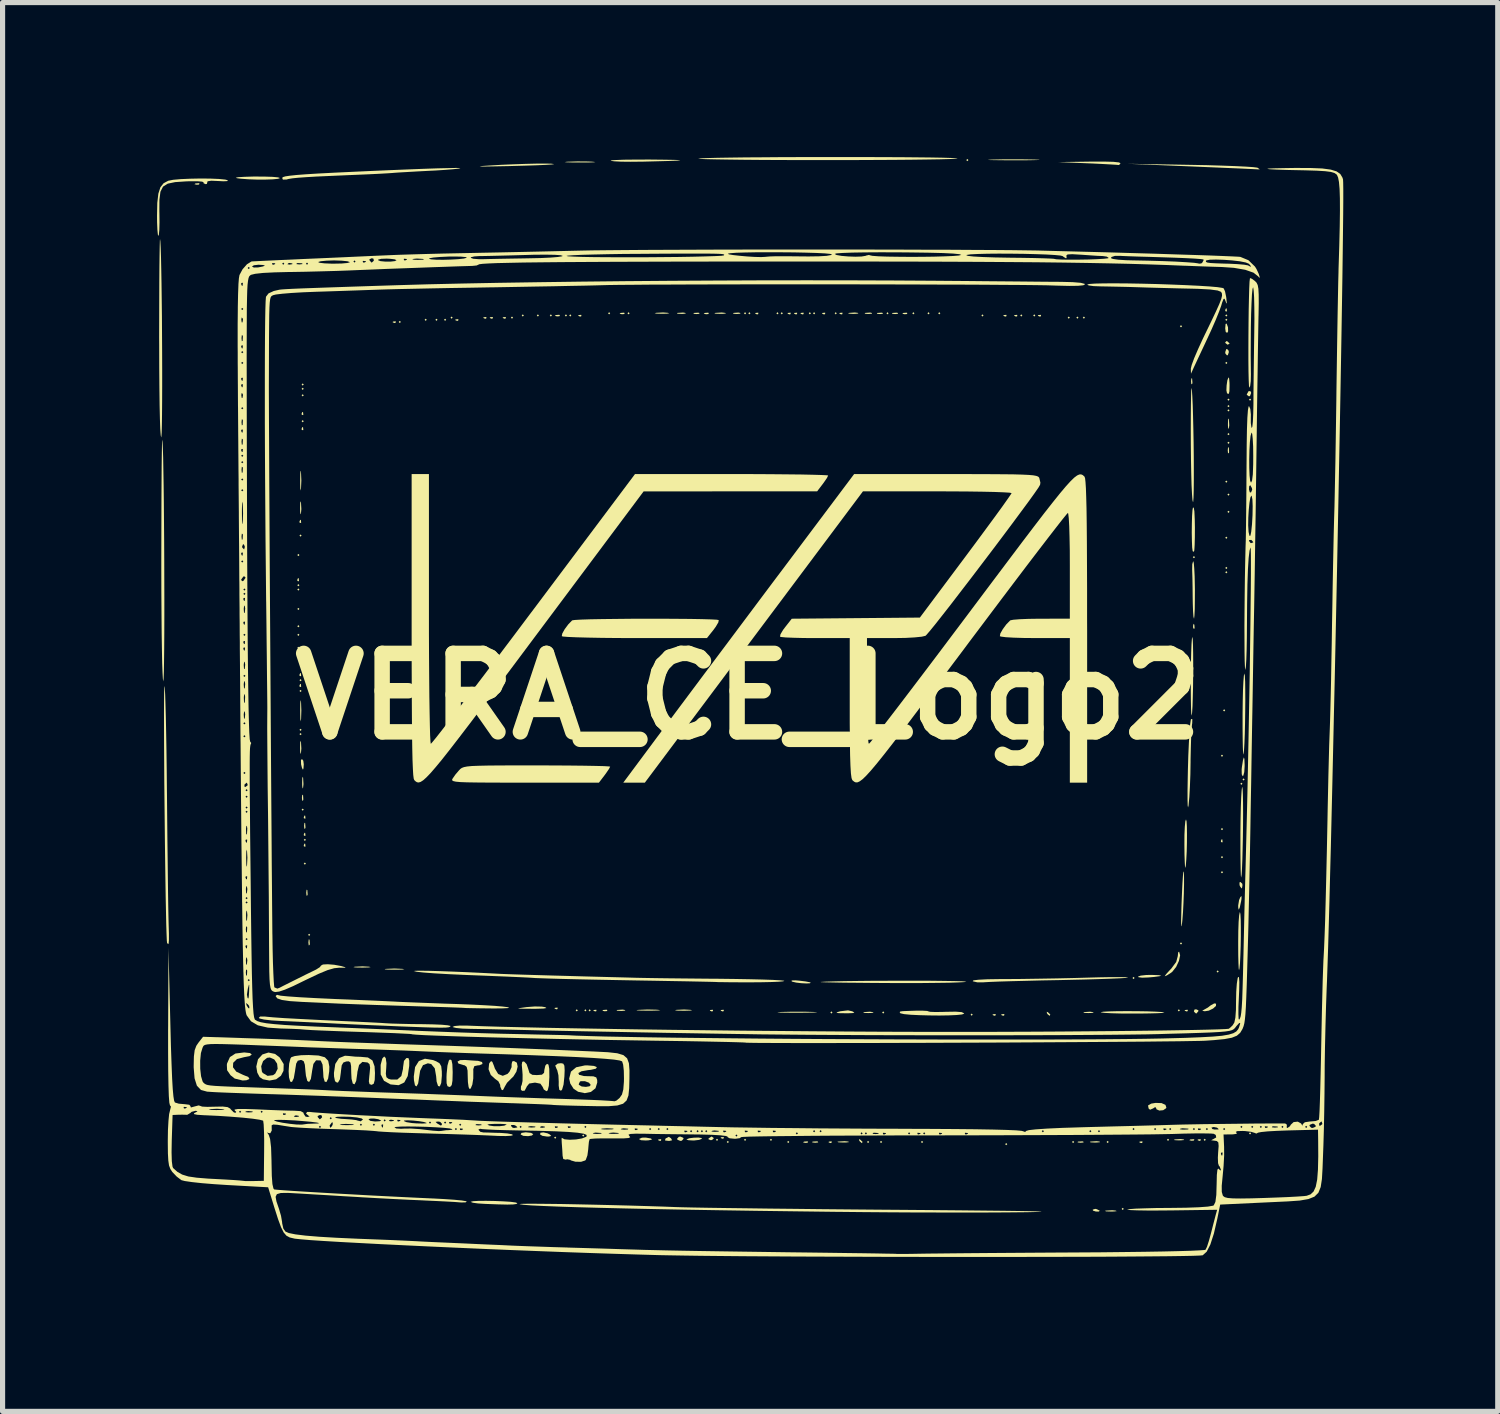
<source format=kicad_pcb>
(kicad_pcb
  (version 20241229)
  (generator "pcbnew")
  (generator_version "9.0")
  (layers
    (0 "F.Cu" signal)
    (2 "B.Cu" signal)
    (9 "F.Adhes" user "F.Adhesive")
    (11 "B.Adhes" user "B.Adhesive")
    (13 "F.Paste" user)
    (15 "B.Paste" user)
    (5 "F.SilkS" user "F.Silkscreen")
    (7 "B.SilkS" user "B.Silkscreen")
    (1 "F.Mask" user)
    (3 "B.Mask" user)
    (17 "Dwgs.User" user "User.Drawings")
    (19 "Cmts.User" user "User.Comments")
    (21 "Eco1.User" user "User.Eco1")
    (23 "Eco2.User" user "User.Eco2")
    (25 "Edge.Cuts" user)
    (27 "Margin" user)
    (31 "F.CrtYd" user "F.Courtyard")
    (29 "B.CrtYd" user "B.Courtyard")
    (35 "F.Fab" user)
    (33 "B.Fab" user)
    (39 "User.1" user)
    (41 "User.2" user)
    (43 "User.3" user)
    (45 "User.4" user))
  (footprint "VERA_CE_Logo2"
    (layer "F.Cu")
    (at 11.484 10.475)
    (property "Reference" "VERA_CE_Logo2" (at 0 0 0) (layer "F.SilkS") (effects (font (size 1.524 1.524) (thickness 0.3))))
    (attr board_only exclude_from_pos_files exclude_from_bom)
    (fp_poly (pts (xy -8.718 -2.745) (xy -8.739 -2.724) (xy -8.76 -2.745) (xy -8.739 -2.766)) (stroke (width 0) (type solid)) (fill yes) (layer "F.SilkS"))
    (fp_poly (pts (xy -8.718 -2.159) (xy -8.739 -2.138) (xy -8.76 -2.159) (xy -8.739 -2.18)) (stroke (width 0) (type solid)) (fill yes) (layer "F.SilkS"))
    (fp_poly (pts (xy -8.718 -2.075) (xy -8.739 -2.054) (xy -8.76 -2.075) (xy -8.739 -2.096)) (stroke (width 0) (type solid)) (fill yes) (layer "F.SilkS"))
    (fp_poly (pts (xy -8.718 -1.698) (xy -8.739 -1.677) (xy -8.76 -1.698) (xy -8.739 -1.718)) (stroke (width 0) (type solid)) (fill yes) (layer "F.SilkS"))
    (fp_poly (pts (xy -8.718 -1.362) (xy -8.739 -1.341) (xy -8.76 -1.362) (xy -8.739 -1.383)) (stroke (width 0) (type solid)) (fill yes) (layer "F.SilkS"))
    (fp_poly (pts (xy -8.718 -1.195) (xy -8.739 -1.174) (xy -8.76 -1.195) (xy -8.739 -1.216)) (stroke (width 0) (type solid)) (fill yes) (layer "F.SilkS"))
    (fp_poly (pts (xy -8.718 -0.943) (xy -8.739 -0.922) (xy -8.76 -0.943) (xy -8.739 -0.964)) (stroke (width 0) (type solid)) (fill yes) (layer "F.SilkS"))
    (fp_poly (pts (xy -8.676 -3.123) (xy -8.697 -3.102) (xy -8.718 -3.123) (xy -8.697 -3.144)) (stroke (width 0) (type solid)) (fill yes) (layer "F.SilkS"))
    (fp_poly (pts (xy -8.676 -0.314) (xy -8.697 -0.293) (xy -8.718 -0.314) (xy -8.697 -0.335)) (stroke (width 0) (type solid)) (fill yes) (layer "F.SilkS"))
    (fp_poly (pts (xy -8.676 -0.105) (xy -8.697 -0.084) (xy -8.718 -0.105) (xy -8.697 -0.126)) (stroke (width 0) (type solid)) (fill yes) (layer "F.SilkS"))
    (fp_poly (pts (xy -8.676 0.65) (xy -8.697 0.671) (xy -8.718 0.65) (xy -8.697 0.629)) (stroke (width 0) (type solid)) (fill yes) (layer "F.SilkS"))
    (fp_poly (pts (xy -8.676 0.733) (xy -8.697 0.754) (xy -8.718 0.733) (xy -8.697 0.713)) (stroke (width 0) (type solid)) (fill yes) (layer "F.SilkS"))
    (fp_poly (pts (xy -8.634 -6.057) (xy -8.655 -6.036) (xy -8.676 -6.057) (xy -8.655 -6.078)) (stroke (width 0) (type solid)) (fill yes) (layer "F.SilkS"))
    (fp_poly (pts (xy -8.634 -5.973) (xy -8.655 -5.952) (xy -8.676 -5.973) (xy -8.655 -5.994)) (stroke (width 0) (type solid)) (fill yes) (layer "F.SilkS"))
    (fp_poly (pts (xy -8.634 -5.847) (xy -8.655 -5.826) (xy -8.676 -5.847) (xy -8.655 -5.868)) (stroke (width 0) (type solid)) (fill yes) (layer "F.SilkS"))
    (fp_poly (pts (xy -8.634 -5.344) (xy -8.655 -5.323) (xy -8.676 -5.344) (xy -8.655 -5.365)) (stroke (width 0) (type solid)) (fill yes) (layer "F.SilkS"))
    (fp_poly (pts (xy -8.634 2.2) (xy -8.655 2.221) (xy -8.676 2.2) (xy -8.655 2.18)) (stroke (width 0) (type solid)) (fill yes) (layer "F.SilkS"))
    (fp_poly (pts (xy -8.592 2.787) (xy -8.613 2.808) (xy -8.634 2.787) (xy -8.613 2.766)) (stroke (width 0) (type solid)) (fill yes) (layer "F.SilkS"))
    (fp_poly (pts (xy -8.592 3.248) (xy -8.613 3.269) (xy -8.634 3.248) (xy -8.613 3.227)) (stroke (width 0) (type solid)) (fill yes) (layer "F.SilkS"))
    (fp_poly (pts (xy -8.509 4.632) (xy -8.53 4.652) (xy -8.55 4.632) (xy -8.53 4.611)) (stroke (width 0) (type solid)) (fill yes) (layer "F.SilkS"))
    (fp_poly (pts (xy -6.748 -7.272) (xy -6.769 -7.251) (xy -6.79 -7.272) (xy -6.769 -7.293)) (stroke (width 0) (type solid)) (fill yes) (layer "F.SilkS"))
    (fp_poly (pts (xy -6.245 -7.314) (xy -6.266 -7.293) (xy -6.287 -7.314) (xy -6.266 -7.335)) (stroke (width 0) (type solid)) (fill yes) (layer "F.SilkS"))
    (fp_poly (pts (xy -6.036 -7.314) (xy -6.057 -7.293) (xy -6.078 -7.314) (xy -6.057 -7.335)) (stroke (width 0) (type solid)) (fill yes) (layer "F.SilkS"))
    (fp_poly (pts (xy -5.868 -7.314) (xy -5.889 -7.293) (xy -5.91 -7.314) (xy -5.889 -7.335)) (stroke (width 0) (type solid)) (fill yes) (layer "F.SilkS"))
    (fp_poly (pts (xy -5.742 -7.356) (xy -5.763 -7.335) (xy -5.784 -7.356) (xy -5.763 -7.377)) (stroke (width 0) (type solid)) (fill yes) (layer "F.SilkS"))
    (fp_poly (pts (xy -4.569 -7.356) (xy -4.59 -7.335) (xy -4.611 -7.356) (xy -4.59 -7.377)) (stroke (width 0) (type solid)) (fill yes) (layer "F.SilkS"))
    (fp_poly (pts (xy -4.359 -7.398) (xy -4.38 -7.377) (xy -4.401 -7.398) (xy -4.38 -7.419)) (stroke (width 0) (type solid)) (fill yes) (layer "F.SilkS"))
    (fp_poly (pts (xy -4.066 -7.398) (xy -4.087 -7.377) (xy -4.108 -7.398) (xy -4.087 -7.419)) (stroke (width 0) (type solid)) (fill yes) (layer "F.SilkS"))
    (fp_poly (pts (xy -3.814 -7.398) (xy -3.835 -7.377) (xy -3.856 -7.398) (xy -3.835 -7.419)) (stroke (width 0) (type solid)) (fill yes) (layer "F.SilkS"))
    (fp_poly (pts (xy -3.73 8.571) (xy -3.751 8.592) (xy -3.772 8.571) (xy -3.751 8.55)) (stroke (width 0) (type solid)) (fill yes) (layer "F.SilkS"))
    (fp_poly (pts (xy -3.521 -7.398) (xy -3.542 -7.377) (xy -3.563 -7.398) (xy -3.542 -7.419)) (stroke (width 0) (type solid)) (fill yes) (layer "F.SilkS"))
    (fp_poly (pts (xy -3.437 -7.398) (xy -3.458 -7.377) (xy -3.479 -7.398) (xy -3.458 -7.419)) (stroke (width 0) (type solid)) (fill yes) (layer "F.SilkS"))
    (fp_poly (pts (xy -3.311 6.099) (xy -3.332 6.119) (xy -3.353 6.099) (xy -3.332 6.078)) (stroke (width 0) (type solid)) (fill yes) (layer "F.SilkS"))
    (fp_poly (pts (xy -3.185 8.53) (xy -3.206 8.55) (xy -3.227 8.53) (xy -3.206 8.509)) (stroke (width 0) (type solid)) (fill yes) (layer "F.SilkS"))
    (fp_poly (pts (xy -3.144 6.099) (xy -3.165 6.119) (xy -3.185 6.099) (xy -3.165 6.078)) (stroke (width 0) (type solid)) (fill yes) (layer "F.SilkS"))
    (fp_poly (pts (xy -3.06 6.099) (xy -3.081 6.119) (xy -3.102 6.099) (xy -3.081 6.078)) (stroke (width 0) (type solid)) (fill yes) (layer "F.SilkS"))
    (fp_poly (pts (xy -2.683 -7.44) (xy -2.703 -7.419) (xy -2.724 -7.44) (xy -2.703 -7.461)) (stroke (width 0) (type solid)) (fill yes) (layer "F.SilkS"))
    (fp_poly (pts (xy -2.305 -7.44) (xy -2.326 -7.419) (xy -2.347 -7.44) (xy -2.326 -7.461)) (stroke (width 0) (type solid)) (fill yes) (layer "F.SilkS"))
    (fp_poly (pts (xy -0.587 8.613) (xy -0.608 8.634) (xy -0.629 8.613) (xy -0.608 8.592)) (stroke (width 0) (type solid)) (fill yes) (layer "F.SilkS"))
    (fp_poly (pts (xy -0.377 8.655) (xy -0.398 8.676) (xy -0.419 8.655) (xy -0.398 8.634)) (stroke (width 0) (type solid)) (fill yes) (layer "F.SilkS"))
    (fp_poly (pts (xy -0.042 -7.44) (xy -0.063 -7.419) (xy -0.084 -7.44) (xy -0.063 -7.461)) (stroke (width 0) (type solid)) (fill yes) (layer "F.SilkS"))
    (fp_poly (pts (xy -0.042 8.613) (xy -0.063 8.634) (xy -0.084 8.613) (xy -0.063 8.592)) (stroke (width 0) (type solid)) (fill yes) (layer "F.SilkS"))
    (fp_poly (pts (xy 0.042 -7.44) (xy 0.021 -7.419) (xy 0 -7.44) (xy 0.021 -7.461)) (stroke (width 0) (type solid)) (fill yes) (layer "F.SilkS"))
    (fp_poly (pts (xy 0.461 8.613) (xy 0.44 8.634) (xy 0.419 8.613) (xy 0.44 8.592)) (stroke (width 0) (type solid)) (fill yes) (layer "F.SilkS"))
    (fp_poly (pts (xy 0.587 -7.44) (xy 0.566 -7.419) (xy 0.545 -7.44) (xy 0.566 -7.461)) (stroke (width 0) (type solid)) (fill yes) (layer "F.SilkS"))
    (fp_poly (pts (xy 0.671 -7.44) (xy 0.65 -7.419) (xy 0.629 -7.44) (xy 0.65 -7.461)) (stroke (width 0) (type solid)) (fill yes) (layer "F.SilkS"))
    (fp_poly (pts (xy 0.796 8.655) (xy 0.775 8.676) (xy 0.754 8.655) (xy 0.775 8.634)) (stroke (width 0) (type solid)) (fill yes) (layer "F.SilkS"))
    (fp_poly (pts (xy 1.216 -7.44) (xy 1.195 -7.419) (xy 1.174 -7.44) (xy 1.195 -7.461)) (stroke (width 0) (type solid)) (fill yes) (layer "F.SilkS"))
    (fp_poly (pts (xy 1.299 -7.44) (xy 1.278 -7.419) (xy 1.257 -7.44) (xy 1.278 -7.461)) (stroke (width 0) (type solid)) (fill yes) (layer "F.SilkS"))
    (fp_poly (pts (xy 1.635 6.14) (xy 1.614 6.161) (xy 1.593 6.14) (xy 1.614 6.119)) (stroke (width 0) (type solid)) (fill yes) (layer "F.SilkS"))
    (fp_poly (pts (xy 1.718 -7.44) (xy 1.698 -7.419) (xy 1.677 -7.44) (xy 1.698 -7.461)) (stroke (width 0) (type solid)) (fill yes) (layer "F.SilkS"))
    (fp_poly (pts (xy 2.347 8.655) (xy 2.326 8.676) (xy 2.305 8.655) (xy 2.326 8.634)) (stroke (width 0) (type solid)) (fill yes) (layer "F.SilkS"))
    (fp_poly (pts (xy 2.599 8.655) (xy 2.578 8.676) (xy 2.557 8.655) (xy 2.578 8.634)) (stroke (width 0) (type solid)) (fill yes) (layer "F.SilkS"))
    (fp_poly (pts (xy 2.641 6.14) (xy 2.62 6.161) (xy 2.599 6.14) (xy 2.62 6.119)) (stroke (width 0) (type solid)) (fill yes) (layer "F.SilkS"))
    (fp_poly (pts (xy 2.724 -7.44) (xy 2.703 -7.419) (xy 2.683 -7.44) (xy 2.703 -7.461)) (stroke (width 0) (type solid)) (fill yes) (layer "F.SilkS"))
    (fp_poly (pts (xy 3.227 -7.44) (xy 3.206 -7.419) (xy 3.185 -7.44) (xy 3.206 -7.461)) (stroke (width 0) (type solid)) (fill yes) (layer "F.SilkS"))
    (fp_poly (pts (xy 3.395 8.655) (xy 3.374 8.676) (xy 3.353 8.655) (xy 3.374 8.634)) (stroke (width 0) (type solid)) (fill yes) (layer "F.SilkS"))
    (fp_poly (pts (xy 3.521 -7.44) (xy 3.5 -7.419) (xy 3.479 -7.44) (xy 3.5 -7.461)) (stroke (width 0) (type solid)) (fill yes) (layer "F.SilkS"))
    (fp_poly (pts (xy 3.73 -7.44) (xy 3.709 -7.419) (xy 3.688 -7.44) (xy 3.709 -7.461)) (stroke (width 0) (type solid)) (fill yes) (layer "F.SilkS"))
    (fp_poly (pts (xy 4.275 -10.416) (xy 4.254 -10.395) (xy 4.233 -10.416) (xy 4.254 -10.437)) (stroke (width 0) (type solid)) (fill yes) (layer "F.SilkS"))
    (fp_poly (pts (xy 4.359 6.182) (xy 4.338 6.203) (xy 4.317 6.182) (xy 4.338 6.161)) (stroke (width 0) (type solid)) (fill yes) (layer "F.SilkS"))
    (fp_poly (pts (xy 4.569 -7.398) (xy 4.548 -7.377) (xy 4.527 -7.398) (xy 4.548 -7.419)) (stroke (width 0) (type solid)) (fill yes) (layer "F.SilkS"))
    (fp_poly (pts (xy 5.03 8.697) (xy 5.009 8.718) (xy 4.988 8.697) (xy 5.009 8.676)) (stroke (width 0) (type solid)) (fill yes) (layer "F.SilkS"))
    (fp_poly (pts (xy 5.323 -7.398) (xy 5.302 -7.377) (xy 5.281 -7.398) (xy 5.302 -7.419)) (stroke (width 0) (type solid)) (fill yes) (layer "F.SilkS"))
    (fp_poly (pts (xy 5.575 -7.398) (xy 5.554 -7.377) (xy 5.533 -7.398) (xy 5.554 -7.419)) (stroke (width 0) (type solid)) (fill yes) (layer "F.SilkS"))
    (fp_poly (pts (xy 6.245 -7.356) (xy 6.224 -7.335) (xy 6.203 -7.356) (xy 6.224 -7.377)) (stroke (width 0) (type solid)) (fill yes) (layer "F.SilkS"))
    (fp_poly (pts (xy 6.329 8.655) (xy 6.308 8.676) (xy 6.287 8.655) (xy 6.308 8.634)) (stroke (width 0) (type solid)) (fill yes) (layer "F.SilkS"))
    (fp_poly (pts (xy 6.413 -7.356) (xy 6.392 -7.335) (xy 6.371 -7.356) (xy 6.392 -7.377)) (stroke (width 0) (type solid)) (fill yes) (layer "F.SilkS"))
    (fp_poly (pts (xy 6.539 -7.356) (xy 6.518 -7.335) (xy 6.497 -7.356) (xy 6.518 -7.377)) (stroke (width 0) (type solid)) (fill yes) (layer "F.SilkS"))
    (fp_poly (pts (xy 7 8.655) (xy 6.979 8.676) (xy 6.958 8.655) (xy 6.979 8.634)) (stroke (width 0) (type solid)) (fill yes) (layer "F.SilkS"))
    (fp_poly (pts (xy 7.293 9.955) (xy 7.272 9.976) (xy 7.251 9.955) (xy 7.272 9.934)) (stroke (width 0) (type solid)) (fill yes) (layer "F.SilkS"))
    (fp_poly (pts (xy 7.503 5.47) (xy 7.482 5.491) (xy 7.461 5.47) (xy 7.482 5.449)) (stroke (width 0) (type solid)) (fill yes) (layer "F.SilkS"))
    (fp_poly (pts (xy 8.173 8.613) (xy 8.152 8.634) (xy 8.131 8.613) (xy 8.152 8.592)) (stroke (width 0) (type solid)) (fill yes) (layer "F.SilkS"))
    (fp_poly (pts (xy 8.383 6.099) (xy 8.362 6.119) (xy 8.341 6.099) (xy 8.362 6.078)) (stroke (width 0) (type solid)) (fill yes) (layer "F.SilkS"))
    (fp_poly (pts (xy 8.425 -7.188) (xy 8.404 -7.167) (xy 8.383 -7.188) (xy 8.404 -7.209)) (stroke (width 0) (type solid)) (fill yes) (layer "F.SilkS"))
    (fp_poly (pts (xy 8.425 4.799) (xy 8.404 4.82) (xy 8.383 4.799) (xy 8.404 4.778)) (stroke (width 0) (type solid)) (fill yes) (layer "F.SilkS"))
    (fp_poly (pts (xy 8.676 -2.703) (xy 8.655 -2.683) (xy 8.634 -2.703) (xy 8.655 -2.724)) (stroke (width 0) (type solid)) (fill yes) (layer "F.SilkS"))
    (fp_poly (pts (xy 8.886 8.613) (xy 8.865 8.634) (xy 8.844 8.613) (xy 8.865 8.592)) (stroke (width 0) (type solid)) (fill yes) (layer "F.SilkS"))
    (fp_poly (pts (xy 9.137 5.344) (xy 9.116 5.365) (xy 9.095 5.344) (xy 9.116 5.323)) (stroke (width 0) (type solid)) (fill yes) (layer "F.SilkS"))
    (fp_poly (pts (xy 9.221 1.153) (xy 9.2 1.174) (xy 9.179 1.153) (xy 9.2 1.132)) (stroke (width 0) (type solid)) (fill yes) (layer "F.SilkS"))
    (fp_poly (pts (xy 9.221 2.578) (xy 9.2 2.599) (xy 9.179 2.578) (xy 9.2 2.557)) (stroke (width 0) (type solid)) (fill yes) (layer "F.SilkS"))
    (fp_poly (pts (xy 9.221 3.123) (xy 9.2 3.144) (xy 9.179 3.123) (xy 9.2 3.102)) (stroke (width 0) (type solid)) (fill yes) (layer "F.SilkS"))
    (fp_poly (pts (xy 9.221 3.416) (xy 9.2 3.437) (xy 9.179 3.416) (xy 9.2 3.395)) (stroke (width 0) (type solid)) (fill yes) (layer "F.SilkS"))
    (fp_poly (pts (xy 9.263 0.272) (xy 9.242 0.293) (xy 9.221 0.272) (xy 9.242 0.251)) (stroke (width 0) (type solid)) (fill yes) (layer "F.SilkS"))
    (fp_poly (pts (xy 9.305 -7.398) (xy 9.284 -7.377) (xy 9.263 -7.398) (xy 9.284 -7.419)) (stroke (width 0) (type solid)) (fill yes) (layer "F.SilkS"))
    (fp_poly (pts (xy 9.305 -7.314) (xy 9.284 -7.293) (xy 9.263 -7.314) (xy 9.284 -7.335)) (stroke (width 0) (type solid)) (fill yes) (layer "F.SilkS"))
    (fp_poly (pts (xy 9.305 -6.476) (xy 9.284 -6.455) (xy 9.263 -6.476) (xy 9.284 -6.497)) (stroke (width 0) (type solid)) (fill yes) (layer "F.SilkS"))
    (fp_poly (pts (xy 9.305 -4.17) (xy 9.284 -4.15) (xy 9.263 -4.17) (xy 9.284 -4.191)) (stroke (width 0) (type solid)) (fill yes) (layer "F.SilkS"))
    (fp_poly (pts (xy 9.305 -3.081) (xy 9.284 -3.06) (xy 9.263 -3.081) (xy 9.284 -3.102)) (stroke (width 0) (type solid)) (fill yes) (layer "F.SilkS"))
    (fp_poly (pts (xy 9.305 -2.494) (xy 9.284 -2.473) (xy 9.263 -2.494) (xy 9.284 -2.515)) (stroke (width 0) (type solid)) (fill yes) (layer "F.SilkS"))
    (fp_poly (pts (xy 9.305 -2.41) (xy 9.284 -2.389) (xy 9.263 -2.41) (xy 9.284 -2.431)) (stroke (width 0) (type solid)) (fill yes) (layer "F.SilkS"))
    (fp_poly (pts (xy 9.347 -5.763) (xy 9.326 -5.742) (xy 9.305 -5.763) (xy 9.326 -5.784)) (stroke (width 0) (type solid)) (fill yes) (layer "F.SilkS"))
    (fp_poly (pts (xy 9.347 -5.637) (xy 9.326 -5.617) (xy 9.305 -5.637) (xy 9.326 -5.658)) (stroke (width 0) (type solid)) (fill yes) (layer "F.SilkS"))
    (fp_poly (pts (xy 9.347 -5.554) (xy 9.326 -5.533) (xy 9.305 -5.554) (xy 9.326 -5.575)) (stroke (width 0) (type solid)) (fill yes) (layer "F.SilkS"))
    (fp_poly (pts (xy 9.347 -5.093) (xy 9.326 -5.072) (xy 9.305 -5.093) (xy 9.326 -5.114)) (stroke (width 0) (type solid)) (fill yes) (layer "F.SilkS"))
    (fp_poly (pts (xy 9.347 -4.925) (xy 9.326 -4.904) (xy 9.305 -4.925) (xy 9.326 -4.946)) (stroke (width 0) (type solid)) (fill yes) (layer "F.SilkS"))
    (fp_poly (pts (xy 9.347 -3.919) (xy 9.326 -3.898) (xy 9.305 -3.919) (xy 9.326 -3.94)) (stroke (width 0) (type solid)) (fill yes) (layer "F.SilkS"))
    (fp_poly (pts (xy 9.347 -3.584) (xy 9.326 -3.563) (xy 9.305 -3.584) (xy 9.326 -3.605)) (stroke (width 0) (type solid)) (fill yes) (layer "F.SilkS"))
    (fp_poly (pts (xy 9.598 1.698) (xy 9.577 1.718) (xy 9.556 1.698) (xy 9.577 1.677)) (stroke (width 0) (type solid)) (fill yes) (layer "F.SilkS"))
    (fp_poly (pts (xy 9.64 1.614) (xy 9.619 1.635) (xy 9.598 1.614) (xy 9.619 1.593)) (stroke (width 0) (type solid)) (fill yes) (layer "F.SilkS"))
    (fp_poly (pts (xy 9.766 -5.763) (xy 9.745 -5.742) (xy 9.724 -5.763) (xy 9.745 -5.784)) (stroke (width 0) (type solid)) (fill yes) (layer "F.SilkS"))
    (fp_poly (pts (xy 9.766 8.488) (xy 9.745 8.509) (xy 9.724 8.488) (xy 9.745 8.467)) (stroke (width 0) (type solid)) (fill yes) (layer "F.SilkS"))
    (fp_poly (pts (xy -10.658 -9.959) (xy -10.67 -9.94) (xy -10.713 -9.937) (xy -10.757 -9.947) (xy -10.738 -9.962) (xy -10.672 -9.967)) (stroke (width 0) (type solid)) (fill yes) (layer "F.SilkS"))
    (fp_poly (pts (xy -8.732 -2.291) (xy -8.727 -2.242) (xy -8.732 -2.235) (xy -8.757 -2.241) (xy -8.76 -2.263) (xy -8.745 -2.298)) (stroke (width 0) (type solid)) (fill yes) (layer "F.SilkS"))
    (fp_poly (pts (xy -8.69 -3.423) (xy -8.685 -3.373) (xy -8.69 -3.367) (xy -8.715 -3.373) (xy -8.718 -3.395) (xy -8.703 -3.43)) (stroke (width 0) (type solid)) (fill yes) (layer "F.SilkS"))
    (fp_poly (pts (xy -8.69 -0.447) (xy -8.685 -0.397) (xy -8.69 -0.391) (xy -8.715 -0.397) (xy -8.718 -0.419) (xy -8.703 -0.454)) (stroke (width 0) (type solid)) (fill yes) (layer "F.SilkS"))
    (fp_poly (pts (xy -8.69 -0.238) (xy -8.685 -0.188) (xy -8.69 -0.182) (xy -8.715 -0.187) (xy -8.718 -0.21) (xy -8.703 -0.244)) (stroke (width 0) (type solid)) (fill yes) (layer "F.SilkS"))
    (fp_poly (pts (xy -8.648 1.918) (xy -8.643 2.003) (xy -8.648 2.022) (xy -8.664 2.028) (xy -8.67 1.97) (xy -8.663 1.91)) (stroke (width 0) (type solid)) (fill yes) (layer "F.SilkS"))
    (fp_poly (pts (xy -8.648 -5.519) (xy -8.643 -5.469) (xy -8.648 -5.463) (xy -8.673 -5.469) (xy -8.676 -5.491) (xy -8.661 -5.525)) (stroke (width 0) (type solid)) (fill yes) (layer "F.SilkS"))
    (fp_poly (pts (xy -8.648 -5.225) (xy -8.643 -5.176) (xy -8.648 -5.169) (xy -8.673 -5.175) (xy -8.676 -5.197) (xy -8.661 -5.232)) (stroke (width 0) (type solid)) (fill yes) (layer "F.SilkS"))
    (fp_poly (pts (xy -8.607 2.462) (xy -8.601 2.548) (xy -8.607 2.567) (xy -8.622 2.573) (xy -8.628 2.515) (xy -8.621 2.455)) (stroke (width 0) (type solid)) (fill yes) (layer "F.SilkS"))
    (fp_poly (pts (xy -8.606 2.319) (xy -8.601 2.369) (xy -8.606 2.375) (xy -8.631 2.369) (xy -8.634 2.347) (xy -8.619 2.313)) (stroke (width 0) (type solid)) (fill yes) (layer "F.SilkS"))
    (fp_poly (pts (xy -8.606 2.655) (xy -8.601 2.704) (xy -8.606 2.71) (xy -8.631 2.705) (xy -8.634 2.683) (xy -8.619 2.648)) (stroke (width 0) (type solid)) (fill yes) (layer "F.SilkS"))
    (fp_poly (pts (xy -8.606 2.864) (xy -8.601 2.914) (xy -8.606 2.92) (xy -8.631 2.914) (xy -8.634 2.892) (xy -8.619 2.858)) (stroke (width 0) (type solid)) (fill yes) (layer "F.SilkS"))
    (fp_poly (pts (xy -8.565 3.762) (xy -8.559 3.848) (xy -8.565 3.867) (xy -8.58 3.872) (xy -8.586 3.814) (xy -8.579 3.755)) (stroke (width 0) (type solid)) (fill yes) (layer "F.SilkS"))
    (fp_poly (pts (xy -8.523 4.726) (xy -8.517 4.812) (xy -8.523 4.831) (xy -8.538 4.836) (xy -8.544 4.778) (xy -8.537 4.719)) (stroke (width 0) (type solid)) (fill yes) (layer "F.SilkS"))
    (fp_poly (pts (xy -6.846 -7.279) (xy -6.852 -7.254) (xy -6.874 -7.251) (xy -6.908 -7.266) (xy -6.902 -7.279) (xy -6.852 -7.284)) (stroke (width 0) (type solid)) (fill yes) (layer "F.SilkS"))
    (fp_poly (pts (xy -5.63 -7.321) (xy -5.636 -7.296) (xy -5.658 -7.293) (xy -5.693 -7.308) (xy -5.686 -7.321) (xy -5.637 -7.326)) (stroke (width 0) (type solid)) (fill yes) (layer "F.SilkS"))
    (fp_poly (pts (xy -5.086 -7.363) (xy -5.091 -7.338) (xy -5.114 -7.335) (xy -5.148 -7.35) (xy -5.141 -7.363) (xy -5.092 -7.368)) (stroke (width 0) (type solid)) (fill yes) (layer "F.SilkS"))
    (fp_poly (pts (xy -4.96 -7.363) (xy -4.966 -7.338) (xy -4.988 -7.335) (xy -5.022 -7.35) (xy -5.016 -7.363) (xy -4.966 -7.368)) (stroke (width 0) (type solid)) (fill yes) (layer "F.SilkS"))
    (fp_poly (pts (xy -4.708 -7.363) (xy -4.714 -7.338) (xy -4.736 -7.335) (xy -4.771 -7.35) (xy -4.764 -7.363) (xy -4.715 -7.368)) (stroke (width 0) (type solid)) (fill yes) (layer "F.SilkS"))
    (fp_poly (pts (xy -3.702 6.05) (xy -3.708 6.075) (xy -3.73 6.078) (xy -3.765 6.062) (xy -3.758 6.05) (xy -3.709 6.045)) (stroke (width 0) (type solid)) (fill yes) (layer "F.SilkS"))
    (fp_poly (pts (xy -3.658 -7.402) (xy -3.67 -7.383) (xy -3.713 -7.38) (xy -3.758 -7.39) (xy -3.738 -7.406) (xy -3.673 -7.411)) (stroke (width 0) (type solid)) (fill yes) (layer "F.SilkS"))
    (fp_poly (pts (xy -3.241 -7.405) (xy -3.247 -7.38) (xy -3.269 -7.377) (xy -3.304 -7.392) (xy -3.297 -7.405) (xy -3.248 -7.41)) (stroke (width 0) (type solid)) (fill yes) (layer "F.SilkS"))
    (fp_poly (pts (xy -2.948 6.092) (xy -2.954 6.116) (xy -2.976 6.119) (xy -3.01 6.104) (xy -3.004 6.092) (xy -2.954 6.087)) (stroke (width 0) (type solid)) (fill yes) (layer "F.SilkS"))
    (fp_poly (pts (xy -2.736 6.094) (xy -2.748 6.113) (xy -2.791 6.116) (xy -2.836 6.106) (xy -2.816 6.091) (xy -2.751 6.086)) (stroke (width 0) (type solid)) (fill yes) (layer "F.SilkS"))
    (fp_poly (pts (xy -2.4 -7.444) (xy -2.413 -7.425) (xy -2.455 -7.422) (xy -2.5 -7.432) (xy -2.481 -7.447) (xy -2.415 -7.452)) (stroke (width 0) (type solid)) (fill yes) (layer "F.SilkS"))
    (fp_poly (pts (xy -1.691 8.606) (xy -1.696 8.631) (xy -1.718 8.634) (xy -1.753 8.619) (xy -1.746 8.606) (xy -1.697 8.601)) (stroke (width 0) (type solid)) (fill yes) (layer "F.SilkS"))
    (fp_poly (pts (xy -0.954 -7.447) (xy -0.948 -7.431) (xy -1.006 -7.425) (xy -1.065 -7.432) (xy -1.058 -7.447) (xy -0.973 -7.452)) (stroke (width 0) (type solid)) (fill yes) (layer "F.SilkS"))
    (fp_poly (pts (xy -0.766 -7.444) (xy -0.778 -7.425) (xy -0.821 -7.422) (xy -0.866 -7.432) (xy -0.846 -7.447) (xy -0.781 -7.452)) (stroke (width 0) (type solid)) (fill yes) (layer "F.SilkS"))
    (fp_poly (pts (xy -0.685 6.092) (xy -0.69 6.116) (xy -0.713 6.119) (xy -0.747 6.104) (xy -0.74 6.092) (xy -0.691 6.087)) (stroke (width 0) (type solid)) (fill yes) (layer "F.SilkS"))
    (fp_poly (pts (xy -0.475 6.092) (xy -0.481 6.116) (xy -0.503 6.119) (xy -0.537 6.104) (xy -0.531 6.092) (xy -0.481 6.087)) (stroke (width 0) (type solid)) (fill yes) (layer "F.SilkS"))
    (fp_poly (pts (xy -0.475 8.564) (xy -0.481 8.589) (xy -0.503 8.592) (xy -0.537 8.577) (xy -0.531 8.564) (xy -0.481 8.559)) (stroke (width 0) (type solid)) (fill yes) (layer "F.SilkS"))
    (fp_poly (pts (xy 0.196 -7.447) (xy 0.19 -7.422) (xy 0.168 -7.419) (xy 0.133 -7.434) (xy 0.14 -7.447) (xy 0.189 -7.452)) (stroke (width 0) (type solid)) (fill yes) (layer "F.SilkS"))
    (fp_poly (pts (xy 0.824 -7.447) (xy 0.819 -7.422) (xy 0.796 -7.419) (xy 0.762 -7.434) (xy 0.768 -7.447) (xy 0.818 -7.452)) (stroke (width 0) (type solid)) (fill yes) (layer "F.SilkS"))
    (fp_poly (pts (xy 0.95 -7.447) (xy 0.944 -7.422) (xy 0.922 -7.419) (xy 0.888 -7.434) (xy 0.894 -7.447) (xy 0.944 -7.452)) (stroke (width 0) (type solid)) (fill yes) (layer "F.SilkS"))
    (fp_poly (pts (xy 1.076 -7.447) (xy 1.07 -7.422) (xy 1.048 -7.419) (xy 1.013 -7.434) (xy 1.02 -7.447) (xy 1.07 -7.452)) (stroke (width 0) (type solid)) (fill yes) (layer "F.SilkS"))
    (fp_poly (pts (xy 1.162 8.651) (xy 1.15 8.67) (xy 1.107 8.673) (xy 1.063 8.663) (xy 1.082 8.648) (xy 1.147 8.643)) (stroke (width 0) (type solid)) (fill yes) (layer "F.SilkS"))
    (fp_poly (pts (xy 1.352 8.648) (xy 1.357 8.664) (xy 1.299 8.67) (xy 1.24 8.663) (xy 1.247 8.648) (xy 1.333 8.643)) (stroke (width 0) (type solid)) (fill yes) (layer "F.SilkS"))
    (fp_poly (pts (xy 1.495 -7.447) (xy 1.489 -7.422) (xy 1.467 -7.419) (xy 1.432 -7.434) (xy 1.439 -7.447) (xy 1.489 -7.452)) (stroke (width 0) (type solid)) (fill yes) (layer "F.SilkS"))
    (fp_poly (pts (xy 1.621 8.648) (xy 1.615 8.673) (xy 1.593 8.676) (xy 1.558 8.661) (xy 1.565 8.648) (xy 1.615 8.643)) (stroke (width 0) (type solid)) (fill yes) (layer "F.SilkS"))
    (fp_poly (pts (xy 1.83 -7.447) (xy 1.825 -7.422) (xy 1.802 -7.419) (xy 1.768 -7.434) (xy 1.774 -7.447) (xy 1.824 -7.452)) (stroke (width 0) (type solid)) (fill yes) (layer "F.SilkS"))
    (fp_poly (pts (xy 2.609 -7.447) (xy 2.614 -7.431) (xy 2.557 -7.425) (xy 2.497 -7.432) (xy 2.504 -7.447) (xy 2.59 -7.452)) (stroke (width 0) (type solid)) (fill yes) (layer "F.SilkS"))
    (fp_poly (pts (xy 2.903 -7.447) (xy 2.908 -7.431) (xy 2.85 -7.425) (xy 2.791 -7.432) (xy 2.798 -7.447) (xy 2.884 -7.452)) (stroke (width 0) (type solid)) (fill yes) (layer "F.SilkS"))
    (fp_poly (pts (xy 3.09 -7.444) (xy 3.078 -7.425) (xy 3.035 -7.422) (xy 2.991 -7.432) (xy 3.01 -7.447) (xy 3.075 -7.452)) (stroke (width 0) (type solid)) (fill yes) (layer "F.SilkS"))
    (fp_poly (pts (xy 4.806 6.175) (xy 4.8 6.2) (xy 4.778 6.203) (xy 4.744 6.188) (xy 4.75 6.175) (xy 4.8 6.17)) (stroke (width 0) (type solid)) (fill yes) (layer "F.SilkS"))
    (fp_poly (pts (xy 4.974 6.175) (xy 4.968 6.2) (xy 4.946 6.203) (xy 4.911 6.188) (xy 4.918 6.175) (xy 4.968 6.17)) (stroke (width 0) (type solid)) (fill yes) (layer "F.SilkS"))
    (fp_poly (pts (xy 5.016 -7.405) (xy 5.01 -7.38) (xy 4.988 -7.377) (xy 4.953 -7.392) (xy 4.96 -7.405) (xy 5.01 -7.41)) (stroke (width 0) (type solid)) (fill yes) (layer "F.SilkS"))
    (fp_poly (pts (xy 5.225 -7.405) (xy 5.22 -7.38) (xy 5.197 -7.377) (xy 5.163 -7.392) (xy 5.169 -7.405) (xy 5.219 -7.41)) (stroke (width 0) (type solid)) (fill yes) (layer "F.SilkS"))
    (fp_poly (pts (xy 5.686 -7.405) (xy 5.681 -7.38) (xy 5.658 -7.377) (xy 5.624 -7.392) (xy 5.63 -7.405) (xy 5.68 -7.41)) (stroke (width 0) (type solid)) (fill yes) (layer "F.SilkS"))
    (fp_poly (pts (xy 6.507 8.648) (xy 6.512 8.664) (xy 6.455 8.67) (xy 6.395 8.663) (xy 6.402 8.648) (xy 6.488 8.643)) (stroke (width 0) (type solid)) (fill yes) (layer "F.SilkS"))
    (fp_poly (pts (xy 7.656 8.648) (xy 7.651 8.673) (xy 7.628 8.676) (xy 7.594 8.661) (xy 7.6 8.648) (xy 7.65 8.643)) (stroke (width 0) (type solid)) (fill yes) (layer "F.SilkS"))
    (fp_poly (pts (xy 8.537 6.092) (xy 8.531 6.116) (xy 8.509 6.119) (xy 8.474 6.104) (xy 8.481 6.092) (xy 8.53 6.087)) (stroke (width 0) (type solid)) (fill yes) (layer "F.SilkS"))
    (fp_poly (pts (xy 8.62 -6.172) (xy 8.626 -6.086) (xy 8.62 -6.067) (xy 8.605 -6.062) (xy 8.599 -6.119) (xy 8.606 -6.179)) (stroke (width 0) (type solid)) (fill yes) (layer "F.SilkS"))
    (fp_poly (pts (xy 8.663 -1.391) (xy 8.668 -1.326) (xy 8.66 -1.311) (xy 8.641 -1.323) (xy 8.638 -1.366) (xy 8.648 -1.41)) (stroke (width 0) (type solid)) (fill yes) (layer "F.SilkS"))
    (fp_poly (pts (xy 8.665 8.609) (xy 8.652 8.628) (xy 8.61 8.631) (xy 8.565 8.621) (xy 8.585 8.606) (xy 8.65 8.601)) (stroke (width 0) (type solid)) (fill yes) (layer "F.SilkS"))
    (fp_poly (pts (xy 8.788 8.606) (xy 8.782 8.631) (xy 8.76 8.634) (xy 8.726 8.619) (xy 8.732 8.606) (xy 8.782 8.601)) (stroke (width 0) (type solid)) (fill yes) (layer "F.SilkS"))
    (fp_poly (pts (xy 9.207 2.78) (xy 9.212 2.83) (xy 9.207 2.836) (xy 9.182 2.83) (xy 9.179 2.808) (xy 9.195 2.774)) (stroke (width 0) (type solid)) (fill yes) (layer "F.SilkS"))
    (fp_poly (pts (xy 9.291 -7.531) (xy 9.296 -7.481) (xy 9.291 -7.475) (xy 9.266 -7.48) (xy 9.263 -7.503) (xy 9.278 -7.537)) (stroke (width 0) (type solid)) (fill yes) (layer "F.SilkS"))
    (fp_poly (pts (xy 9.333 -4.831) (xy 9.338 -4.745) (xy 9.333 -4.726) (xy 9.317 -4.721) (xy 9.312 -4.778) (xy 9.318 -4.838)) (stroke (width 0) (type solid)) (fill yes) (layer "F.SilkS"))
    (fp_poly (pts (xy 2.173 8.609) (xy 2.218 8.652) (xy 2.209 8.676) (xy 2.203 8.676) (xy 2.168 8.646) (xy 2.155 8.628) (xy 2.15 8.599)) (stroke (width 0) (type solid)) (fill yes) (layer "F.SilkS"))
    (fp_poly (pts (xy 5.82 6.136) (xy 5.865 6.179) (xy 5.855 6.203) (xy 5.85 6.203) (xy 5.814 6.174) (xy 5.801 6.155) (xy 5.796 6.126)) (stroke (width 0) (type solid)) (fill yes) (layer "F.SilkS"))
    (fp_poly (pts (xy 6.77 9.961) (xy 6.828 9.992) (xy 6.804 10.007) (xy 6.751 10.006) (xy 6.694 9.988) (xy 6.69 9.969) (xy 6.739 9.954)) (stroke (width 0) (type solid)) (fill yes) (layer "F.SilkS"))
    (fp_poly (pts (xy -8.688 -3.761) (xy -8.681 -3.637) (xy -8.689 -3.552) (xy -8.698 -3.535) (xy -8.705 -3.59) (xy -8.706 -3.667) (xy -8.703 -3.763) (xy -8.696 -3.79)) (stroke (width 0) (type solid)) (fill yes) (layer "F.SilkS"))
    (fp_poly (pts (xy -8.688 0.891) (xy -8.681 1.015) (xy -8.689 1.101) (xy -8.698 1.118) (xy -8.705 1.063) (xy -8.706 0.985) (xy -8.703 0.89) (xy -8.696 0.862)) (stroke (width 0) (type solid)) (fill yes) (layer "F.SilkS"))
    (fp_poly (pts (xy -8.647 1.582) (xy -8.64 1.704) (xy -8.647 1.771) (xy -8.657 1.791) (xy -8.664 1.738) (xy -8.665 1.677) (xy -8.662 1.586) (xy -8.653 1.561)) (stroke (width 0) (type solid)) (fill yes) (layer "F.SilkS"))
    (fp_poly (pts (xy -8.643 1.251) (xy -8.634 1.32) (xy -8.64 1.399) (xy -8.65 1.425) (xy -8.669 1.389) (xy -8.686 1.32) (xy -8.689 1.242) (xy -8.67 1.216)) (stroke (width 0) (type solid)) (fill yes) (layer "F.SilkS"))
    (fp_poly (pts (xy -2.4 6.091) (xy -2.387 6.103) (xy -2.444 6.109) (xy -2.473 6.11) (xy -2.549 6.105) (xy -2.558 6.094) (xy -2.546 6.091) (xy -2.44 6.084)) (stroke (width 0) (type solid)) (fill yes) (layer "F.SilkS"))
    (fp_poly (pts (xy -1.561 -7.449) (xy -1.535 -7.44) (xy -1.583 -7.433) (xy -1.677 -7.431) (xy -1.78 -7.434) (xy -1.819 -7.441) (xy -1.792 -7.449) (xy -1.656 -7.456)) (stroke (width 0) (type solid)) (fill yes) (layer "F.SilkS"))
    (fp_poly (pts (xy -1.501 8.584) (xy -1.48 8.622) (xy -1.531 8.634) (xy -1.551 8.634) (xy -1.617 8.626) (xy -1.611 8.594) (xy -1.601 8.584) (xy -1.544 8.555)) (stroke (width 0) (type solid)) (fill yes) (layer "F.SilkS"))
    (fp_poly (pts (xy -1.265 8.573) (xy -1.257 8.592) (xy -1.291 8.63) (xy -1.32 8.634) (xy -1.376 8.612) (xy -1.383 8.592) (xy -1.349 8.555) (xy -1.32 8.55)) (stroke (width 0) (type solid)) (fill yes) (layer "F.SilkS"))
    (fp_poly (pts (xy -1.226 -7.448) (xy -1.213 -7.436) (xy -1.271 -7.429) (xy -1.299 -7.429) (xy -1.376 -7.433) (xy -1.385 -7.444) (xy -1.373 -7.448) (xy -1.266 -7.454)) (stroke (width 0) (type solid)) (fill yes) (layer "F.SilkS"))
    (fp_poly (pts (xy -0.671 8.579) (xy -0.671 8.585) (xy -0.705 8.617) (xy -0.732 8.62) (xy -0.774 8.602) (xy -0.771 8.585) (xy -0.716 8.551) (xy -0.71 8.55)) (stroke (width 0) (type solid)) (fill yes) (layer "F.SilkS"))
    (fp_poly (pts (xy -0.451 -7.448) (xy -0.431 -7.438) (xy -0.483 -7.431) (xy -0.545 -7.43) (xy -0.636 -7.433) (xy -0.66 -7.442) (xy -0.639 -7.448) (xy -0.517 -7.455)) (stroke (width 0) (type solid)) (fill yes) (layer "F.SilkS"))
    (fp_poly (pts (xy -0.156 -7.446) (xy -0.155 -7.433) (xy -0.221 -7.427) (xy -0.231 -7.427) (xy -0.296 -7.433) (xy -0.289 -7.446) (xy -0.282 -7.448) (xy -0.191 -7.454)) (stroke (width 0) (type solid)) (fill yes) (layer "F.SilkS"))
    (fp_poly (pts (xy 1.939 8.647) (xy 1.958 8.657) (xy 1.906 8.664) (xy 1.844 8.665) (xy 1.754 8.662) (xy 1.729 8.653) (xy 1.75 8.647) (xy 1.872 8.64)) (stroke (width 0) (type solid)) (fill yes) (layer "F.SilkS"))
    (fp_poly (pts (xy 2.128 -7.448) (xy 2.137 -7.436) (xy 2.077 -7.43) (xy 2.033 -7.429) (xy 1.952 -7.434) (xy 1.939 -7.443) (xy 1.96 -7.448) (xy 2.069 -7.455)) (stroke (width 0) (type solid)) (fill yes) (layer "F.SilkS"))
    (fp_poly (pts (xy 2.4 -7.446) (xy 2.402 -7.433) (xy 2.336 -7.427) (xy 2.326 -7.427) (xy 2.261 -7.433) (xy 2.267 -7.446) (xy 2.275 -7.448) (xy 2.366 -7.454)) (stroke (width 0) (type solid)) (fill yes) (layer "F.SilkS"))
    (fp_poly (pts (xy 2.421 6.133) (xy 2.431 6.144) (xy 2.371 6.15) (xy 2.326 6.151) (xy 2.245 6.147) (xy 2.233 6.137) (xy 2.253 6.132) (xy 2.363 6.125)) (stroke (width 0) (type solid)) (fill yes) (layer "F.SilkS"))
    (fp_poly (pts (xy 6.696 6.133) (xy 6.706 6.144) (xy 6.646 6.15) (xy 6.601 6.151) (xy 6.52 6.147) (xy 6.508 6.137) (xy 6.529 6.132) (xy 6.638 6.125)) (stroke (width 0) (type solid)) (fill yes) (layer "F.SilkS"))
    (fp_poly (pts (xy 6.822 8.647) (xy 6.832 8.659) (xy 6.772 8.665) (xy 6.727 8.666) (xy 6.646 8.662) (xy 6.634 8.652) (xy 6.654 8.647) (xy 6.764 8.64)) (stroke (width 0) (type solid)) (fill yes) (layer "F.SilkS"))
    (fp_poly (pts (xy 7.136 9.988) (xy 7.156 9.998) (xy 7.103 10.005) (xy 7.042 10.006) (xy 6.951 10.003) (xy 6.926 9.994) (xy 6.947 9.988) (xy 7.069 9.981)) (stroke (width 0) (type solid)) (fill yes) (layer "F.SilkS"))
    (fp_poly (pts (xy 8.457 8.606) (xy 8.466 8.617) (xy 8.406 8.623) (xy 8.362 8.624) (xy 8.281 8.62) (xy 8.268 8.61) (xy 8.289 8.605) (xy 8.398 8.598)) (stroke (width 0) (type solid)) (fill yes) (layer "F.SilkS"))
    (fp_poly (pts (xy 8.742 6.097) (xy 8.739 6.119) (xy 8.703 6.159) (xy 8.697 6.161) (xy 8.664 6.132) (xy 8.655 6.119) (xy 8.665 6.084) (xy 8.697 6.078)) (stroke (width 0) (type solid)) (fill yes) (layer "F.SilkS"))
    (fp_poly (pts (xy 9.305 -6.895) (xy 9.345 -6.857) (xy 9.347 -6.85) (xy 9.314 -6.832) (xy 9.305 -6.832) (xy 9.265 -6.864) (xy 9.263 -6.876) (xy 9.289 -6.901)) (stroke (width 0) (type solid)) (fill yes) (layer "F.SilkS"))
    (fp_poly (pts (xy 9.317 -7.168) (xy 9.317 -7.167) (xy 9.319 -7.089) (xy 9.301 -7.06) (xy 9.273 -7.077) (xy 9.263 -7.144) (xy 9.27 -7.233) (xy 9.29 -7.241)) (stroke (width 0) (type solid)) (fill yes) (layer "F.SilkS"))
    (fp_poly (pts (xy 9.329 -6.714) (xy 9.333 -6.685) (xy 9.314 -6.629) (xy 9.298 -6.622) (xy 9.267 -6.656) (xy 9.263 -6.685) (xy 9.282 -6.741) (xy 9.298 -6.748)) (stroke (width 0) (type solid)) (fill yes) (layer "F.SilkS"))
    (fp_poly (pts (xy 9.335 -5.375) (xy 9.341 -5.266) (xy 9.334 -5.207) (xy 9.322 -5.198) (xy 9.316 -5.258) (xy 9.316 -5.302) (xy 9.32 -5.383) (xy 9.329 -5.396)) (stroke (width 0) (type solid)) (fill yes) (layer "F.SilkS"))
    (fp_poly (pts (xy 9.594 3.639) (xy 9.598 3.667) (xy 9.589 3.723) (xy 9.582 3.73) (xy 9.555 3.698) (xy 9.541 3.667) (xy 9.54 3.614) (xy 9.558 3.605)) (stroke (width 0) (type solid)) (fill yes) (layer "F.SilkS"))
    (fp_poly (pts (xy 9.76 -5.921) (xy 9.766 -5.891) (xy 9.744 -5.834) (xy 9.724 -5.826) (xy 9.683 -5.856) (xy 9.682 -5.866) (xy 9.713 -5.922) (xy 9.724 -5.931)) (stroke (width 0) (type solid)) (fill yes) (layer "F.SilkS"))
    (fp_poly (pts (xy -4.22 8.478) (xy -4.177 8.503) (xy -4.202 8.529) (xy -4.275 8.542) (xy -4.371 8.536) (xy -4.422 8.509) (xy -4.406 8.479) (xy -4.324 8.467) (xy -4.322 8.467)) (stroke (width 0) (type solid)) (fill yes) (layer "F.SilkS"))
    (fp_poly (pts (xy -3.9 8.487) (xy -3.856 8.509) (xy -3.827 8.538) (xy -3.871 8.549) (xy -3.906 8.55) (xy -3.999 8.536) (xy -4.045 8.509) (xy -4.037 8.476) (xy -3.979 8.469)) (stroke (width 0) (type solid)) (fill yes) (layer "F.SilkS"))
    (fp_poly (pts (xy -1.889 8.588) (xy -1.871 8.608) (xy -1.936 8.623) (xy -1.992 8.626) (xy -2.083 8.621) (xy -2.12 8.601) (xy -2.118 8.595) (xy -2.064 8.571) (xy -1.989 8.57)) (stroke (width 0) (type solid)) (fill yes) (layer "F.SilkS"))
    (fp_poly (pts (xy 9.579 3.935) (xy 9.571 3.982) (xy 9.545 4.101) (xy 9.526 4.144) (xy 9.516 4.109) (xy 9.515 4.062) (xy 9.532 3.956) (xy 9.557 3.898) (xy 9.58 3.879)) (stroke (width 0) (type solid)) (fill yes) (layer "F.SilkS"))
    (fp_poly (pts (xy -8.69 -4.371) (xy -8.688 -4.349) (xy -8.681 -4.191) (xy -8.688 -4.034) (xy -8.695 -3.997) (xy -8.701 -4.036) (xy -8.704 -4.14) (xy -8.704 -4.191) (xy -8.702 -4.317) (xy -8.697 -4.38)) (stroke (width 0) (type solid)) (fill yes) (layer "F.SilkS"))
    (fp_poly (pts (xy -7.366 5.251) (xy -7.335 5.259) (xy -7.378 5.265) (xy -7.485 5.268) (xy -7.503 5.268) (xy -7.618 5.266) (xy -7.669 5.26) (xy -7.647 5.252) (xy -7.639 5.251) (xy -7.492 5.244)) (stroke (width 0) (type solid)) (fill yes) (layer "F.SilkS"))
    (fp_poly (pts (xy -6.717 5.293) (xy -6.68 5.3) (xy -6.718 5.306) (xy -6.823 5.309) (xy -6.874 5.309) (xy -7 5.307) (xy -7.063 5.302) (xy -7.053 5.295) (xy -7.031 5.293) (xy -6.874 5.286)) (stroke (width 0) (type solid)) (fill yes) (layer "F.SilkS"))
    (fp_poly (pts (xy -1.121 6.089) (xy -1.09 6.097) (xy -1.132 6.103) (xy -1.24 6.106) (xy -1.257 6.106) (xy -1.373 6.104) (xy -1.424 6.098) (xy -1.402 6.09) (xy -1.394 6.089) (xy -1.247 6.082)) (stroke (width 0) (type solid)) (fill yes) (layer "F.SilkS"))
    (fp_poly (pts (xy 2.018 6.117) (xy 2.059 6.139) (xy 2.037 6.151) (xy 1.942 6.155) (xy 1.886 6.155) (xy 1.761 6.153) (xy 1.712 6.147) (xy 1.731 6.133) (xy 1.788 6.116) (xy 1.937 6.099)) (stroke (width 0) (type solid)) (fill yes) (layer "F.SilkS"))
    (fp_poly (pts (xy 9.085 5.969) (xy 9.083 6.013) (xy 9.028 6.063) (xy 8.944 6.104) (xy 8.867 6.116) (xy 8.816 6.108) (xy 8.844 6.09) (xy 8.926 6.044) (xy 8.98 6.002) (xy 9.049 5.964)) (stroke (width 0) (type solid)) (fill yes) (layer "F.SilkS"))
    (fp_poly (pts (xy -8.691 0.085) (xy -8.687 0.116) (xy -8.681 0.275) (xy -8.686 0.431) (xy -8.688 0.452) (xy -8.695 0.486) (xy -8.7 0.445) (xy -8.703 0.339) (xy -8.704 0.272) (xy -8.702 0.143) (xy -8.697 0.078)) (stroke (width 0) (type solid)) (fill yes) (layer "F.SilkS"))
    (fp_poly (pts (xy -1.788 6.086) (xy -1.749 6.089) (xy -1.709 6.096) (xy -1.746 6.101) (xy -1.848 6.104) (xy -1.949 6.105) (xy -2.088 6.103) (xy -2.164 6.099) (xy -2.168 6.093) (xy -2.126 6.089) (xy -1.958 6.082)) (stroke (width 0) (type solid)) (fill yes) (layer "F.SilkS"))
    (fp_poly (pts (xy -0.909 8.578) (xy -0.901 8.592) (xy -0.953 8.614) (xy -1.053 8.626) (xy -1.071 8.626) (xy -1.163 8.621) (xy -1.2 8.607) (xy -1.199 8.603) (xy -1.147 8.583) (xy -1.06 8.572) (xy -0.97 8.569)) (stroke (width 0) (type solid)) (fill yes) (layer "F.SilkS"))
    (fp_poly (pts (xy 7.966 5.415) (xy 8.019 5.423) (xy 7.991 5.435) (xy 7.881 5.45) (xy 7.766 5.46) (xy 7.649 5.464) (xy 7.579 5.455) (xy 7.569 5.443) (xy 7.62 5.424) (xy 7.728 5.412) (xy 7.83 5.41)) (stroke (width 0) (type solid)) (fill yes) (layer "F.SilkS"))
    (fp_poly (pts (xy 9.635 1.215) (xy 9.64 1.329) (xy 9.64 1.355) (xy 9.633 1.47) (xy 9.614 1.54) (xy 9.602 1.551) (xy 9.584 1.514) (xy 9.582 1.421) (xy 9.587 1.373) (xy 9.608 1.238) (xy 9.624 1.185)) (stroke (width 0) (type solid)) (fill yes) (layer "F.SilkS"))
    (fp_poly (pts (xy 0.99 5.522) (xy 1.112 5.537) (xy 1.194 5.553) (xy 1.212 5.559) (xy 1.197 5.573) (xy 1.126 5.576) (xy 1.027 5.571) (xy 0.928 5.559) (xy 0.856 5.542) (xy 0.843 5.537) (xy 0.842 5.518) (xy 0.915 5.516)) (stroke (width 0) (type solid)) (fill yes) (layer "F.SilkS"))
    (fp_poly (pts (xy 9.339 -6.173) (xy 9.346 -6.088) (xy 9.347 -6.043) (xy 9.344 -5.924) (xy 9.332 -5.875) (xy 9.307 -5.88) (xy 9.297 -5.89) (xy 9.286 -5.944) (xy 9.29 -6.039) (xy 9.304 -6.136) (xy 9.325 -6.195) (xy 9.326 -6.196)) (stroke (width 0) (type solid)) (fill yes) (layer "F.SilkS"))
    (fp_poly (pts (xy -4.01 6.026) (xy -3.945 6.037) (xy -3.921 6.054) (xy -3.98 6.064) (xy -4.122 6.068) (xy -4.191 6.068) (xy -4.361 6.067) (xy -4.452 6.065) (xy -4.47 6.06) (xy -4.419 6.051) (xy -4.304 6.035) (xy -4.302 6.035) (xy -4.147 6.023)) (stroke (width 0) (type solid)) (fill yes) (layer "F.SilkS"))
    (fp_poly (pts (xy -3.111 -10.388) (xy -3.028 -10.384) (xy -2.973 -10.378) (xy -2.995 -10.373) (xy -3.086 -10.37) (xy -3.241 -10.369) (xy -3.269 -10.369) (xy -3.432 -10.37) (xy -3.534 -10.373) (xy -3.567 -10.377) (xy -3.524 -10.383) (xy -3.51 -10.384) (xy -3.318 -10.39)) (stroke (width 0) (type solid)) (fill yes) (layer "F.SilkS"))
    (fp_poly (pts (xy 1.089 6.125) (xy 1.27 6.13) (xy 1.334 6.135) (xy 1.321 6.139) (xy 1.237 6.142) (xy 1.089 6.144) (xy 0.943 6.145) (xy 0.754 6.144) (xy 0.626 6.142) (xy 0.566 6.138) (xy 0.579 6.134) (xy 0.641 6.13) (xy 0.855 6.125)) (stroke (width 0) (type solid)) (fill yes) (layer "F.SilkS"))
    (fp_poly (pts (xy 7.091 -10.382) (xy 7.201 -10.37) (xy 7.23 -10.353) (xy 7.23 -10.353) (xy 7.2 -10.319) (xy 7.196 -10.32) (xy 7.154 -10.324) (xy 7.043 -10.331) (xy 6.879 -10.34) (xy 6.677 -10.35) (xy 6.601 -10.353) (xy 6.015 -10.377) (xy 6.635 -10.386) (xy 6.901 -10.387)) (stroke (width 0) (type solid)) (fill yes) (layer "F.SilkS"))
    (fp_poly (pts (xy -5.765 7.067) (xy -5.748 7.144) (xy -5.742 7.293) (xy -5.742 7.311) (xy -5.746 7.464) (xy -5.76 7.549) (xy -5.789 7.583) (xy -5.807 7.586) (xy -5.843 7.571) (xy -5.86 7.514) (xy -5.862 7.398) (xy -5.859 7.328) (xy -5.843 7.17) (xy -5.816 7.074) (xy -5.795 7.052)) (stroke (width 0) (type solid)) (fill yes) (layer "F.SilkS"))
    (fp_poly (pts (xy 8.026 7.9) (xy 8.102 7.934) (xy 8.12 7.987) (xy 8.113 8.001) (xy 8.058 8.038) (xy 7.983 8.045) (xy 7.929 8.021) (xy 7.922 8) (xy 7.904 7.976) (xy 7.863 8.003) (xy 7.803 8.029) (xy 7.775 8.005) (xy 7.764 7.946) (xy 7.826 7.91) (xy 7.911 7.896)) (stroke (width 0) (type solid)) (fill yes) (layer "F.SilkS"))
    (fp_poly (pts (xy 8.387 5.03) (xy 8.364 5.138) (xy 8.31 5.254) (xy 8.236 5.348) (xy 8.214 5.366) (xy 8.133 5.418) (xy 8.091 5.436) (xy 8.089 5.434) (xy 8.116 5.394) (xy 8.184 5.32) (xy 8.215 5.288) (xy 8.311 5.158) (xy 8.341 5.047) (xy 8.349 4.973) (xy 8.367 4.958)) (stroke (width 0) (type solid)) (fill yes) (layer "F.SilkS"))
    (fp_poly (pts (xy -9.396 -10.095) (xy -9.239 -10.09) (xy -9.133 -10.08) (xy -9.095 -10.067) (xy -9.134 -10.052) (xy -9.235 -10.042) (xy -9.379 -10.037) (xy -9.544 -10.037) (xy -9.71 -10.043) (xy -9.857 -10.054) (xy -9.934 -10.064) (xy -9.953 -10.075) (xy -9.899 -10.084) (xy -9.78 -10.091) (xy -9.608 -10.096) (xy -9.588 -10.096)) (stroke (width 0) (type solid)) (fill yes) (layer "F.SilkS"))
    (fp_poly (pts (xy -3.594 7.134) (xy -3.572 7.174) (xy -3.567 7.263) (xy -3.572 7.384) (xy -3.588 7.539) (xy -3.616 7.636) (xy -3.638 7.66) (xy -3.671 7.643) (xy -3.683 7.557) (xy -3.682 7.487) (xy -3.688 7.359) (xy -3.711 7.261) (xy -3.723 7.239) (xy -3.75 7.171) (xy -3.701 7.132) (xy -3.637 7.125)) (stroke (width 0) (type solid)) (fill yes) (layer "F.SilkS"))
    (fp_poly (pts (xy 5.52 -10.427) (xy 5.564 -10.426) (xy 5.648 -10.422) (xy 5.653 -10.418) (xy 5.585 -10.416) (xy 5.45 -10.413) (xy 5.253 -10.412) (xy 5.155 -10.412) (xy 4.934 -10.413) (xy 4.773 -10.415) (xy 4.677 -10.417) (xy 4.652 -10.42) (xy 4.703 -10.424) (xy 4.747 -10.426) (xy 4.991 -10.431) (xy 5.266 -10.431)) (stroke (width 0) (type solid)) (fill yes) (layer "F.SilkS"))
    (fp_poly (pts (xy 8.664 -3.591) (xy 8.671 -3.438) (xy 8.674 -3.28) (xy 8.673 -3.092) (xy 8.669 -2.94) (xy 8.663 -2.84) (xy 8.655 -2.808) (xy 8.631 -2.819) (xy 8.621 -2.889) (xy 8.616 -3.017) (xy 8.613 -3.179) (xy 8.615 -3.349) (xy 8.619 -3.504) (xy 8.627 -3.618) (xy 8.635 -3.663) (xy 8.652 -3.667)) (stroke (width 0) (type solid)) (fill yes) (layer "F.SilkS"))
    (fp_poly (pts (xy -4.925 9.801) (xy -4.761 9.808) (xy -4.619 9.817) (xy -4.52 9.83) (xy -4.485 9.843) (xy -4.503 9.859) (xy -4.564 9.868) (xy -4.679 9.871) (xy -4.857 9.867) (xy -5.104 9.858) (xy -5.249 9.849) (xy -5.351 9.835) (xy -5.392 9.819) (xy -5.391 9.817) (xy -5.345 9.805) (xy -5.238 9.799) (xy -5.091 9.798)) (stroke (width 0) (type solid)) (fill yes) (layer "F.SilkS"))
    (fp_poly (pts (xy 8.512 2.428) (xy 8.518 2.53) (xy 8.52 2.675) (xy 8.519 2.843) (xy 8.515 3.013) (xy 8.507 3.166) (xy 8.498 3.281) (xy 8.488 3.332) (xy 8.482 3.31) (xy 8.477 3.218) (xy 8.472 3.072) (xy 8.47 2.886) (xy 8.47 2.882) (xy 8.471 2.69) (xy 8.478 2.533) (xy 8.488 2.427) (xy 8.501 2.389)) (stroke (width 0) (type solid)) (fill yes) (layer "F.SilkS"))
    (fp_poly (pts (xy 8.46 3.425) (xy 8.463 3.518) (xy 8.463 3.658) (xy 8.459 3.829) (xy 8.452 4.011) (xy 8.443 4.188) (xy 8.431 4.342) (xy 8.425 4.401) (xy 8.414 4.468) (xy 8.408 4.454) (xy 8.406 4.362) (xy 8.41 4.196) (xy 8.414 4.045) (xy 8.423 3.824) (xy 8.432 3.635) (xy 8.441 3.493) (xy 8.448 3.411) (xy 8.451 3.399)) (stroke (width 0) (type solid)) (fill yes) (layer "F.SilkS"))
    (fp_poly (pts (xy 8.592 -10.323) (xy 8.908 -10.317) (xy 9.199 -10.308) (xy 9.453 -10.299) (xy 9.659 -10.289) (xy 9.806 -10.279) (xy 9.884 -10.269) (xy 9.892 -10.266) (xy 9.934 -10.237) (xy 9.901 -10.235) (xy 9.892 -10.236) (xy 9.835 -10.239) (xy 9.706 -10.245) (xy 9.515 -10.254) (xy 9.273 -10.264) (xy 8.992 -10.276) (xy 8.682 -10.289) (xy 8.592 -10.293) (xy 7.356 -10.344)) (stroke (width 0) (type solid)) (fill yes) (layer "F.SilkS"))
    (fp_poly (pts (xy 9.558 4.23) (xy 9.564 4.334) (xy 9.566 4.484) (xy 9.566 4.663) (xy 9.563 4.85) (xy 9.557 5.028) (xy 9.55 5.179) (xy 9.54 5.282) (xy 9.531 5.32) (xy 9.525 5.287) (xy 9.52 5.185) (xy 9.516 5.028) (xy 9.515 4.831) (xy 9.515 4.764) (xy 9.517 4.556) (xy 9.523 4.382) (xy 9.533 4.256) (xy 9.545 4.195) (xy 9.549 4.191)) (stroke (width 0) (type solid)) (fill yes) (layer "F.SilkS"))
    (fp_poly (pts (xy -3.831 -10.346) (xy -3.777 -10.339) (xy -3.776 -10.336) (xy -3.821 -10.33) (xy -3.937 -10.323) (xy -4.112 -10.315) (xy -4.332 -10.308) (xy -4.586 -10.301) (xy -4.652 -10.299) (xy -4.916 -10.294) (xy -5.097 -10.291) (xy -5.196 -10.291) (xy -5.215 -10.295) (xy -5.154 -10.302) (xy -5.03 -10.31) (xy -4.796 -10.324) (xy -4.558 -10.334) (xy -4.328 -10.342) (xy -4.121 -10.347) (xy -3.951 -10.348)) (stroke (width 0) (type solid)) (fill yes) (layer "F.SilkS"))
    (fp_poly (pts (xy -1.907 -10.426) (xy -1.636 -10.423) (xy -1.448 -10.42) (xy -1.343 -10.416) (xy -1.322 -10.411) (xy -1.383 -10.405) (xy -1.527 -10.399) (xy -1.752 -10.393) (xy -2.06 -10.385) (xy -2.088 -10.385) (xy -2.293 -10.383) (xy -2.472 -10.385) (xy -2.605 -10.392) (xy -2.674 -10.402) (xy -2.674 -10.402) (xy -2.657 -10.411) (xy -2.566 -10.417) (xy -2.414 -10.423) (xy -2.212 -10.425) (xy -1.971 -10.426)) (stroke (width 0) (type solid)) (fill yes) (layer "F.SilkS"))
    (fp_poly (pts (xy 7.559 6.115) (xy 7.749 6.118) (xy 7.912 6.124) (xy 8.03 6.131) (xy 8.083 6.141) (xy 8.083 6.141) (xy 8.051 6.148) (xy 7.949 6.154) (xy 7.79 6.158) (xy 7.588 6.161) (xy 7.461 6.161) (xy 7.242 6.16) (xy 7.059 6.155) (xy 6.925 6.148) (xy 6.853 6.139) (xy 6.846 6.134) (xy 6.895 6.125) (xy 7.009 6.119) (xy 7.17 6.115) (xy 7.36 6.114)) (stroke (width 0) (type solid)) (fill yes) (layer "F.SilkS"))
    (fp_poly (pts (xy 8.652 -2.591) (xy 8.661 -2.489) (xy 8.669 -2.333) (xy 8.673 -2.137) (xy 8.674 -2.075) (xy 8.673 -1.868) (xy 8.671 -1.695) (xy 8.665 -1.571) (xy 8.658 -1.512) (xy 8.656 -1.509) (xy 8.646 -1.548) (xy 8.638 -1.653) (xy 8.633 -1.805) (xy 8.631 -1.918) (xy 8.629 -2.112) (xy 8.626 -2.29) (xy 8.622 -2.425) (xy 8.621 -2.466) (xy 8.623 -2.566) (xy 8.639 -2.622) (xy 8.642 -2.624)) (stroke (width 0) (type solid)) (fill yes) (layer "F.SilkS"))
    (fp_poly (pts (xy -9.678 6.928) (xy -9.644 6.957) (xy -9.688 6.988) (xy -9.793 7.008) (xy -9.932 7.045) (xy -10.005 7.117) (xy -10.009 7.204) (xy -9.945 7.289) (xy -9.814 7.351) (xy -9.711 7.393) (xy -9.689 7.431) (xy -9.747 7.456) (xy -9.822 7.461) (xy -9.976 7.423) (xy -10.056 7.359) (xy -10.123 7.262) (xy -10.128 7.156) (xy -10.123 7.128) (xy -10.068 7.006) (xy -9.961 6.937) (xy -9.791 6.916) (xy -9.79 6.916)) (stroke (width 0) (type solid)) (fill yes) (layer "F.SilkS"))
    (fp_poly (pts (xy 8.624 -1.156) (xy 8.632 -1.108) (xy 8.637 -0.992) (xy 8.64 -0.826) (xy 8.641 -0.626) (xy 8.64 -0.408) (xy 8.638 -0.189) (xy 8.633 0.015) (xy 8.628 0.188) (xy 8.62 0.312) (xy 8.612 0.371) (xy 8.611 0.373) (xy 8.604 0.34) (xy 8.599 0.236) (xy 8.596 0.073) (xy 8.594 -0.137) (xy 8.594 -0.38) (xy 8.594 -0.393) (xy 8.597 -0.638) (xy 8.602 -0.849) (xy 8.608 -1.014) (xy 8.616 -1.12) (xy 8.624 -1.156)) (stroke (width 0) (type solid)) (fill yes) (layer "F.SilkS"))
    (fp_poly (pts (xy 9.636 -0.443) (xy 9.644 -0.398) (xy 9.65 -0.285) (xy 9.652 -0.12) (xy 9.653 0.079) (xy 9.651 0.299) (xy 9.648 0.521) (xy 9.643 0.73) (xy 9.636 0.911) (xy 9.628 1.046) (xy 9.619 1.12) (xy 9.615 1.129) (xy 9.61 1.095) (xy 9.605 0.989) (xy 9.602 0.825) (xy 9.6 0.614) (xy 9.6 0.369) (xy 9.6 0.342) (xy 9.603 0.094) (xy 9.608 -0.12) (xy 9.616 -0.29) (xy 9.625 -0.401) (xy 9.635 -0.443)) (stroke (width 0) (type solid)) (fill yes) (layer "F.SilkS"))
    (fp_poly (pts (xy 9.601 1.8) (xy 9.606 1.908) (xy 9.609 2.07) (xy 9.61 2.271) (xy 9.609 2.497) (xy 9.606 2.731) (xy 9.601 2.96) (xy 9.596 3.167) (xy 9.589 3.339) (xy 9.582 3.461) (xy 9.573 3.517) (xy 9.572 3.518) (xy 9.567 3.484) (xy 9.563 3.378) (xy 9.56 3.212) (xy 9.558 2.997) (xy 9.558 2.746) (xy 9.558 2.649) (xy 9.561 2.386) (xy 9.566 2.154) (xy 9.573 1.965) (xy 9.581 1.832) (xy 9.59 1.765) (xy 9.594 1.76)) (stroke (width 0) (type solid)) (fill yes) (layer "F.SilkS"))
    (fp_poly (pts (xy -6.121 7.065) (xy -6.059 7.09) (xy -5.996 7.128) (xy -5.964 7.185) (xy -5.953 7.286) (xy -5.952 7.366) (xy -5.964 7.509) (xy -5.992 7.576) (xy -6.026 7.568) (xy -6.054 7.481) (xy -6.063 7.379) (xy -6.09 7.224) (xy -6.159 7.141) (xy -6.224 7.127) (xy -6.318 7.162) (xy -6.374 7.271) (xy -6.391 7.38) (xy -6.412 7.517) (xy -6.443 7.576) (xy -6.474 7.556) (xy -6.494 7.456) (xy -6.497 7.383) (xy -6.472 7.2) (xy -6.399 7.084) (xy -6.281 7.038)) (stroke (width 0) (type solid)) (fill yes) (layer "F.SilkS"))
    (fp_poly (pts (xy -5.371 7.072) (xy -5.259 7.079) (xy -5.25 7.079) (xy -5.171 7.102) (xy -5.163 7.14) (xy -5.225 7.166) (xy -5.252 7.167) (xy -5.321 7.182) (xy -5.342 7.242) (xy -5.341 7.287) (xy -5.342 7.422) (xy -5.36 7.54) (xy -5.391 7.615) (xy -5.412 7.628) (xy -5.432 7.591) (xy -5.446 7.493) (xy -5.449 7.401) (xy -5.453 7.268) (xy -5.47 7.197) (xy -5.508 7.167) (xy -5.54 7.16) (xy -5.631 7.131) (xy -5.648 7.094) (xy -5.598 7.066) (xy -5.504 7.062)) (stroke (width 0) (type solid)) (fill yes) (layer "F.SilkS"))
    (fp_poly (pts (xy 8.624 0.442) (xy 8.622 0.521) (xy 8.618 0.545) (xy 8.609 0.641) (xy 8.601 0.8) (xy 8.595 1.002) (xy 8.59 1.227) (xy 8.59 1.278) (xy 8.586 1.518) (xy 8.577 1.752) (xy 8.566 1.955) (xy 8.552 2.102) (xy 8.551 2.117) (xy 8.541 2.158) (xy 8.534 2.12) (xy 8.531 2.008) (xy 8.531 1.826) (xy 8.535 1.578) (xy 8.538 1.425) (xy 8.546 1.151) (xy 8.557 0.904) (xy 8.569 0.698) (xy 8.582 0.544) (xy 8.595 0.456) (xy 8.601 0.44)) (stroke (width 0) (type solid)) (fill yes) (layer "F.SilkS"))
    (fp_poly (pts (xy 3.475 6.11) (xy 3.5 6.119) (xy 3.532 6.127) (xy 3.63 6.131) (xy 3.775 6.129) (xy 3.839 6.127) (xy 4.029 6.124) (xy 4.144 6.133) (xy 4.19 6.155) (xy 4.191 6.162) (xy 4.153 6.178) (xy 4.048 6.189) (xy 3.895 6.196) (xy 3.711 6.199) (xy 3.515 6.197) (xy 3.323 6.192) (xy 3.154 6.184) (xy 3.026 6.172) (xy 2.956 6.156) (xy 2.949 6.151) (xy 2.94 6.133) (xy 2.952 6.121) (xy 3.001 6.114) (xy 3.104 6.11) (xy 3.255 6.105) (xy 3.387 6.105)) (stroke (width 0) (type solid)) (fill yes) (layer "F.SilkS"))
    (fp_poly (pts (xy -7.042 7.026) (xy -7.028 7.123) (xy -7.032 7.207) (xy -7.04 7.331) (xy -7.029 7.397) (xy -6.988 7.429) (xy -6.941 7.442) (xy -6.818 7.443) (xy -6.739 7.374) (xy -6.707 7.236) (xy -6.706 7.209) (xy -6.688 7.08) (xy -6.642 7.026) (xy -6.601 7.025) (xy -6.585 7.076) (xy -6.586 7.178) (xy -6.615 7.375) (xy -6.682 7.499) (xy -6.791 7.552) (xy -6.943 7.538) (xy -6.949 7.537) (xy -7.076 7.467) (xy -7.14 7.344) (xy -7.141 7.165) (xy -7.139 7.149) (xy -7.108 7.033) (xy -7.072 6.994)) (stroke (width 0) (type solid)) (fill yes) (layer "F.SilkS"))
    (fp_poly (pts (xy 8.608 -5.991) (xy 8.616 -5.943) (xy 8.624 -5.826) (xy 8.632 -5.653) (xy 8.638 -5.438) (xy 8.644 -5.193) (xy 8.649 -4.933) (xy 8.652 -4.67) (xy 8.653 -4.418) (xy 8.653 -4.19) (xy 8.651 -3.999) (xy 8.647 -3.859) (xy 8.641 -3.782) (xy 8.637 -3.772) (xy 8.627 -3.812) (xy 8.618 -3.925) (xy 8.609 -4.101) (xy 8.603 -4.327) (xy 8.598 -4.594) (xy 8.595 -4.89) (xy 8.595 -4.891) (xy 8.594 -5.186) (xy 8.595 -5.451) (xy 8.597 -5.674) (xy 8.6 -5.846) (xy 8.603 -5.955) (xy 8.608 -5.991)) (stroke (width 0) (type solid)) (fill yes) (layer "F.SilkS"))
    (fp_poly (pts (xy 3.282 5.523) (xy 3.555 5.524) (xy 3.797 5.527) (xy 3.996 5.53) (xy 4.142 5.534) (xy 4.222 5.54) (xy 4.233 5.543) (xy 4.193 5.55) (xy 4.078 5.556) (xy 3.899 5.562) (xy 3.664 5.565) (xy 3.382 5.568) (xy 3.065 5.569) (xy 2.756 5.568) (xy 2.42 5.566) (xy 2.117 5.563) (xy 1.857 5.561) (xy 1.647 5.557) (xy 1.497 5.554) (xy 1.413 5.551) (xy 1.404 5.547) (xy 1.5 5.541) (xy 1.659 5.536) (xy 1.869 5.531) (xy 2.119 5.528) (xy 2.397 5.525) (xy 2.691 5.524) (xy 2.99 5.523)) (stroke (width 0) (type solid)) (fill yes) (layer "F.SilkS"))
    (fp_poly (pts (xy -9.192 6.945) (xy -9.103 7.013) (xy -9.024 7.142) (xy -9.028 7.274) (xy -9.077 7.368) (xy -9.171 7.438) (xy -9.3 7.462) (xy -9.428 7.437) (xy -9.491 7.395) (xy -9.537 7.308) (xy -9.556 7.192) (xy -9.555 7.185) (xy -9.461 7.185) (xy -9.447 7.288) (xy -9.43 7.315) (xy -9.337 7.371) (xy -9.231 7.358) (xy -9.188 7.327) (xy -9.141 7.234) (xy -9.152 7.134) (xy -9.207 7.052) (xy -9.293 7.014) (xy -9.347 7.021) (xy -9.424 7.083) (xy -9.461 7.185) (xy -9.555 7.185) (xy -9.523 7.049) (xy -9.437 6.955) (xy -9.32 6.918)) (stroke (width 0) (type solid)) (fill yes) (layer "F.SilkS"))
    (fp_poly (pts (xy -4.495 7.115) (xy -4.48 7.191) (xy -4.504 7.289) (xy -4.563 7.384) (xy -4.6 7.419) (xy -4.686 7.505) (xy -4.735 7.589) (xy -4.736 7.593) (xy -4.765 7.647) (xy -4.789 7.646) (xy -4.817 7.58) (xy -4.82 7.544) (xy -4.855 7.476) (xy -4.919 7.429) (xy -5.002 7.353) (xy -5.045 7.242) (xy -5.034 7.134) (xy -5.026 7.119) (xy -4.996 7.084) (xy -4.971 7.1) (xy -4.939 7.18) (xy -4.922 7.23) (xy -4.858 7.335) (xy -4.769 7.37) (xy -4.677 7.333) (xy -4.639 7.291) (xy -4.598 7.202) (xy -4.597 7.142) (xy -4.586 7.092) (xy -4.552 7.083)) (stroke (width 0) (type solid)) (fill yes) (layer "F.SilkS"))
    (fp_poly (pts (xy -1.682 -1.508) (xy -1.396 -1.506) (xy -1.135 -1.504) (xy -0.91 -1.5) (xy -0.733 -1.495) (xy -0.617 -1.489) (xy -0.574 -1.482) (xy -0.582 -1.437) (xy -0.632 -1.352) (xy -0.675 -1.293) (xy -0.803 -1.132) (xy -2.202 -1.132) (xy -2.536 -1.133) (xy -2.842 -1.136) (xy -3.112 -1.141) (xy -3.335 -1.147) (xy -3.5 -1.154) (xy -3.599 -1.162) (xy -3.623 -1.169) (xy -3.613 -1.221) (xy -3.565 -1.307) (xy -3.496 -1.399) (xy -3.426 -1.471) (xy -3.417 -1.477) (xy -3.366 -1.484) (xy -3.244 -1.491) (xy -3.062 -1.497) (xy -2.833 -1.501) (xy -2.568 -1.504) (xy -2.28 -1.507) (xy -1.981 -1.508)) (stroke (width 0) (type solid)) (fill yes) (layer "F.SilkS"))
    (fp_poly (pts (xy -11.419 -8.835) (xy -11.413 -8.715) (xy -11.407 -8.533) (xy -11.402 -8.297) (xy -11.397 -8.02) (xy -11.393 -7.709) (xy -11.389 -7.376) (xy -11.387 -7.031) (xy -11.385 -6.684) (xy -11.384 -6.345) (xy -11.384 -6.024) (xy -11.385 -5.731) (xy -11.387 -5.476) (xy -11.39 -5.269) (xy -11.394 -5.121) (xy -11.4 -5.041) (xy -11.403 -5.03) (xy -11.412 -5.071) (xy -11.421 -5.191) (xy -11.428 -5.386) (xy -11.434 -5.65) (xy -11.438 -5.979) (xy -11.441 -6.369) (xy -11.442 -6.814) (xy -11.443 -6.965) (xy -11.442 -7.358) (xy -11.441 -7.723) (xy -11.44 -8.053) (xy -11.438 -8.339) (xy -11.435 -8.573) (xy -11.432 -8.747) (xy -11.429 -8.852) (xy -11.426 -8.882)) (stroke (width 0) (type solid)) (fill yes) (layer "F.SilkS"))
    (fp_poly (pts (xy 7.326 5.455) (xy 7.375 5.46) (xy 7.376 5.462) (xy 7.33 5.469) (xy 7.211 5.476) (xy 7.028 5.484) (xy 6.792 5.492) (xy 6.513 5.5) (xy 6.202 5.507) (xy 6.035 5.511) (xy 5.703 5.517) (xy 5.393 5.525) (xy 5.115 5.532) (xy 4.882 5.539) (xy 4.704 5.546) (xy 4.593 5.552) (xy 4.569 5.554) (xy 4.451 5.555) (xy 4.364 5.535) (xy 4.359 5.532) (xy 4.372 5.516) (xy 4.468 5.504) (xy 4.644 5.495) (xy 4.9 5.491) (xy 5.009 5.491) (xy 5.296 5.489) (xy 5.636 5.484) (xy 5.996 5.478) (xy 6.345 5.47) (xy 6.56 5.464) (xy 6.813 5.457) (xy 7.033 5.453) (xy 7.208 5.453)) (stroke (width 0) (type solid)) (fill yes) (layer "F.SilkS"))
    (fp_poly (pts (xy -3.77 1.342) (xy -3.462 1.344) (xy -3.193 1.347) (xy -2.97 1.351) (xy -2.805 1.355) (xy -2.707 1.361) (xy -2.683 1.365) (xy -2.706 1.41) (xy -2.764 1.495) (xy -2.792 1.533) (xy -2.902 1.677) (xy -4.345 1.677) (xy -4.73 1.676) (xy -5.04 1.675) (xy -5.282 1.673) (xy -5.464 1.67) (xy -5.594 1.665) (xy -5.68 1.657) (xy -5.729 1.646) (xy -5.751 1.632) (xy -5.752 1.615) (xy -5.747 1.603) (xy -5.689 1.519) (xy -5.618 1.436) (xy -5.593 1.41) (xy -5.564 1.39) (xy -5.522 1.374) (xy -5.46 1.362) (xy -5.367 1.353) (xy -5.235 1.348) (xy -5.055 1.344) (xy -4.818 1.342) (xy -4.517 1.341) (xy -4.14 1.341) (xy -4.106 1.341)) (stroke (width 0) (type solid)) (fill yes) (layer "F.SilkS"))
    (fp_poly (pts (xy -11.376 -4.937) (xy -11.371 -4.817) (xy -11.365 -4.632) (xy -11.361 -4.391) (xy -11.356 -4.104) (xy -11.352 -3.779) (xy -11.349 -3.426) (xy -11.346 -3.054) (xy -11.344 -2.672) (xy -11.343 -2.289) (xy -11.342 -1.915) (xy -11.342 -1.558) (xy -11.343 -1.227) (xy -11.345 -0.933) (xy -11.348 -0.683) (xy -11.351 -0.488) (xy -11.356 -0.356) (xy -11.361 -0.296) (xy -11.362 -0.293) (xy -11.37 -0.334) (xy -11.377 -0.454) (xy -11.384 -0.645) (xy -11.389 -0.904) (xy -11.394 -1.224) (xy -11.397 -1.6) (xy -11.4 -2.025) (xy -11.401 -2.495) (xy -11.401 -2.648) (xy -11.4 -3.082) (xy -11.399 -3.491) (xy -11.398 -3.865) (xy -11.396 -4.197) (xy -11.394 -4.481) (xy -11.391 -4.709) (xy -11.388 -4.872) (xy -11.385 -4.965) (xy -11.382 -4.983)) (stroke (width 0) (type solid)) (fill yes) (layer "F.SilkS"))
    (fp_poly (pts (xy -4.355 7.092) (xy -4.306 7.143) (xy -4.275 7.234) (xy -4.249 7.317) (xy -4.194 7.351) (xy -4.107 7.356) (xy -4.008 7.348) (xy -3.967 7.312) (xy -3.961 7.255) (xy -3.942 7.171) (xy -3.91 7.137) (xy -3.881 7.153) (xy -3.866 7.234) (xy -3.864 7.388) (xy -3.864 7.395) (xy -3.874 7.563) (xy -3.896 7.652) (xy -3.92 7.67) (xy -3.972 7.635) (xy -3.994 7.586) (xy -4.038 7.523) (xy -4.136 7.503) (xy -4.15 7.503) (xy -4.255 7.52) (xy -4.303 7.578) (xy -4.305 7.586) (xy -4.344 7.659) (xy -4.395 7.662) (xy -4.417 7.637) (xy -4.416 7.577) (xy -4.401 7.545) (xy -4.385 7.471) (xy -4.384 7.349) (xy -4.389 7.279) (xy -4.4 7.155) (xy -4.391 7.098) (xy -4.359 7.091)) (stroke (width 0) (type solid)) (fill yes) (layer "F.SilkS"))
    (fp_poly (pts (xy -2.998 7.178) (xy -2.941 7.202) (xy -2.96 7.231) (xy -3.059 7.254) (xy -3.109 7.259) (xy -3.241 7.282) (xy -3.301 7.316) (xy -3.286 7.351) (xy -3.196 7.374) (xy -3.126 7.377) (xy -3.009 7.38) (xy -2.953 7.401) (xy -2.935 7.452) (xy -2.934 7.501) (xy -2.968 7.612) (xy -3.057 7.683) (xy -3.176 7.707) (xy -3.305 7.68) (xy -3.393 7.622) (xy -3.45 7.532) (xy -3.294 7.532) (xy -3.288 7.547) (xy -3.236 7.577) (xy -3.155 7.585) (xy -3.083 7.573) (xy -3.06 7.547) (xy -3.095 7.504) (xy -3.172 7.475) (xy -3.251 7.474) (xy -3.27 7.482) (xy -3.294 7.532) (xy -3.45 7.532) (xy -3.458 7.519) (xy -3.479 7.424) (xy -3.445 7.289) (xy -3.343 7.204) (xy -3.174 7.168) (xy -3.13 7.167)) (stroke (width 0) (type solid)) (fill yes) (layer "F.SilkS"))
    (fp_poly (pts (xy 2.212 -10.475) (xy 2.589 -10.473) (xy 2.941 -10.472) (xy 3.262 -10.469) (xy 3.54 -10.466) (xy 3.769 -10.462) (xy 3.938 -10.457) (xy 4.039 -10.452) (xy 4.066 -10.447) (xy 4.025 -10.442) (xy 3.908 -10.436) (xy 3.721 -10.431) (xy 3.472 -10.427) (xy 3.168 -10.423) (xy 2.815 -10.42) (xy 2.423 -10.418) (xy 1.996 -10.416) (xy 1.544 -10.416) (xy 1.51 -10.416) (xy 1.059 -10.416) (xy 0.635 -10.417) (xy 0.246 -10.419) (xy -0.102 -10.422) (xy -0.401 -10.426) (xy -0.645 -10.43) (xy -0.826 -10.434) (xy -0.938 -10.439) (xy -0.974 -10.444) (xy -0.973 -10.444) (xy -0.918 -10.45) (xy -0.789 -10.455) (xy -0.596 -10.46) (xy -0.347 -10.464) (xy -0.051 -10.468) (xy 0.283 -10.47) (xy 0.645 -10.473) (xy 1.029 -10.474) (xy 1.423 -10.475) (xy 1.821 -10.475)) (stroke (width 0) (type solid)) (fill yes) (layer "F.SilkS"))
    (fp_poly (pts (xy -8.346 6.976) (xy -8.224 7.01) (xy -8.159 7.079) (xy -8.137 7.193) (xy -8.14 7.284) (xy -8.161 7.424) (xy -8.194 7.491) (xy -8.228 7.482) (xy -8.252 7.397) (xy -8.257 7.301) (xy -8.269 7.152) (xy -8.303 7.077) (xy -8.313 7.071) (xy -8.395 7.069) (xy -8.447 7.139) (xy -8.474 7.285) (xy -8.474 7.29) (xy -8.496 7.431) (xy -8.53 7.49) (xy -8.565 7.47) (xy -8.592 7.369) (xy -8.601 7.285) (xy -8.613 7.154) (xy -8.635 7.087) (xy -8.676 7.064) (xy -8.697 7.063) (xy -8.75 7.077) (xy -8.781 7.132) (xy -8.8 7.249) (xy -8.802 7.269) (xy -8.828 7.417) (xy -8.863 7.489) (xy -8.897 7.483) (xy -8.921 7.399) (xy -8.928 7.281) (xy -8.918 7.136) (xy -8.893 7.034) (xy -8.875 7.008) (xy -8.808 6.986) (xy -8.685 6.97) (xy -8.538 6.966)) (stroke (width 0) (type solid)) (fill yes) (layer "F.SilkS"))
    (fp_poly (pts (xy -5.603 -10.262) (xy -5.593 -10.26) (xy -5.625 -10.25) (xy -5.726 -10.239) (xy -5.883 -10.226) (xy -6.081 -10.213) (xy -6.171 -10.209) (xy -6.399 -10.197) (xy -6.61 -10.185) (xy -6.783 -10.175) (xy -6.897 -10.167) (xy -6.916 -10.165) (xy -7.006 -10.159) (xy -7.163 -10.15) (xy -7.369 -10.14) (xy -7.605 -10.13) (xy -7.775 -10.123) (xy -8.117 -10.108) (xy -8.386 -10.096) (xy -8.59 -10.084) (xy -8.742 -10.073) (xy -8.85 -10.062) (xy -8.926 -10.05) (xy -8.971 -10.038) (xy -9.04 -10.037) (xy -9.053 -10.069) (xy -9.039 -10.085) (xy -8.993 -10.099) (xy -8.907 -10.112) (xy -8.776 -10.126) (xy -8.592 -10.14) (xy -8.349 -10.155) (xy -8.041 -10.171) (xy -7.66 -10.189) (xy -7.334 -10.204) (xy -6.963 -10.22) (xy -6.618 -10.234) (xy -6.309 -10.246) (xy -6.044 -10.255) (xy -5.832 -10.26) (xy -5.682 -10.263)) (stroke (width 0) (type solid)) (fill yes) (layer "F.SilkS"))
    (fp_poly (pts (xy -11.333 -0.156) (xy -11.326 -0.034) (xy -11.32 0.155) (xy -11.313 0.405) (xy -11.307 0.705) (xy -11.301 1.049) (xy -11.296 1.428) (xy -11.292 1.835) (xy -11.291 1.914) (xy -11.287 2.341) (xy -11.283 2.755) (xy -11.278 3.147) (xy -11.274 3.506) (xy -11.27 3.822) (xy -11.266 4.084) (xy -11.262 4.284) (xy -11.259 4.41) (xy -11.259 4.411) (xy -11.253 4.609) (xy -11.253 4.734) (xy -11.258 4.798) (xy -11.269 4.813) (xy -11.288 4.79) (xy -11.289 4.789) (xy -11.294 4.741) (xy -11.299 4.619) (xy -11.305 4.432) (xy -11.31 4.189) (xy -11.316 3.899) (xy -11.321 3.571) (xy -11.326 3.213) (xy -11.331 2.834) (xy -11.335 2.443) (xy -11.339 2.048) (xy -11.343 1.659) (xy -11.345 1.284) (xy -11.347 0.933) (xy -11.348 0.613) (xy -11.349 0.334) (xy -11.348 0.104) (xy -11.346 -0.068) (xy -11.343 -0.173) (xy -11.339 -0.202)) (stroke (width 0) (type solid)) (fill yes) (layer "F.SilkS"))
    (fp_poly (pts (xy -10.446 -10.056) (xy -10.279 -10.049) (xy -10.159 -10.037) (xy -10.11 -10.024) (xy -10.117 -10.008) (xy -10.192 -10.004) (xy -10.294 -10.009) (xy -10.431 -10.015) (xy -10.502 -10.004) (xy -10.507 -9.988) (xy -10.516 -9.953) (xy -10.541 -9.948) (xy -10.582 -9.967) (xy -10.579 -9.983) (xy -10.607 -9.997) (xy -10.702 -10.005) (xy -10.845 -10.005) (xy -10.924 -10.002) (xy -11.132 -9.988) (xy -11.276 -9.958) (xy -11.368 -9.9) (xy -11.418 -9.801) (xy -11.438 -9.646) (xy -11.439 -9.423) (xy -11.438 -9.381) (xy -11.436 -9.204) (xy -11.44 -9.058) (xy -11.449 -8.965) (xy -11.456 -8.942) (xy -11.468 -8.969) (xy -11.477 -9.063) (xy -11.483 -9.209) (xy -11.484 -9.338) (xy -11.479 -9.586) (xy -11.458 -9.765) (xy -11.419 -9.887) (xy -11.357 -9.966) (xy -11.267 -10.014) (xy -11.263 -10.015) (xy -11.171 -10.033) (xy -11.023 -10.046) (xy -10.839 -10.054) (xy -10.64 -10.058)) (stroke (width 0) (type solid)) (fill yes) (layer "F.SilkS"))
    (fp_poly (pts (xy -9.361 6.222) (xy -9.231 6.234) (xy -9.018 6.249) (xy -8.726 6.265) (xy -8.356 6.284) (xy -7.909 6.305) (xy -7.712 6.314) (xy -7.498 6.324) (xy -7.294 6.334) (xy -7.128 6.343) (xy -7.042 6.349) (xy -6.926 6.355) (xy -6.75 6.36) (xy -6.538 6.365) (xy -6.319 6.367) (xy -6.118 6.371) (xy -5.952 6.378) (xy -5.836 6.389) (xy -5.785 6.401) (xy -5.784 6.402) (xy -5.791 6.417) (xy -5.817 6.427) (xy -5.872 6.433) (xy -5.967 6.435) (xy -6.111 6.433) (xy -6.313 6.427) (xy -6.584 6.417) (xy -6.769 6.41) (xy -7.067 6.397) (xy -7.388 6.384) (xy -7.701 6.37) (xy -7.976 6.357) (xy -8.089 6.351) (xy -8.349 6.338) (xy -8.625 6.325) (xy -8.884 6.313) (xy -9.074 6.305) (xy -9.261 6.294) (xy -9.405 6.277) (xy -9.491 6.257) (xy -9.508 6.245) (xy -9.482 6.219) (xy -9.385 6.219)) (stroke (width 0) (type solid)) (fill yes) (layer "F.SilkS"))
    (fp_poly (pts (xy -7.768 6.984) (xy -7.631 6.998) (xy -7.533 7.001) (xy -7.388 7.014) (xy -7.3 7.072) (xy -7.259 7.186) (xy -7.251 7.316) (xy -7.256 7.452) (xy -7.275 7.523) (xy -7.313 7.544) (xy -7.318 7.545) (xy -7.357 7.531) (xy -7.37 7.478) (xy -7.36 7.366) (xy -7.357 7.341) (xy -7.345 7.212) (xy -7.357 7.143) (xy -7.395 7.111) (xy -7.495 7.1) (xy -7.56 7.159) (xy -7.592 7.293) (xy -7.595 7.325) (xy -7.616 7.47) (xy -7.648 7.535) (xy -7.682 7.521) (xy -7.706 7.429) (xy -7.712 7.315) (xy -7.715 7.181) (xy -7.728 7.112) (xy -7.759 7.089) (xy -7.807 7.091) (xy -7.865 7.112) (xy -7.897 7.167) (xy -7.912 7.28) (xy -7.914 7.304) (xy -7.932 7.437) (xy -7.967 7.497) (xy -7.987 7.503) (xy -8.027 7.475) (xy -8.046 7.384) (xy -8.048 7.314) (xy -8.022 7.139) (xy -7.949 7.026) (xy -7.834 6.98)) (stroke (width 0) (type solid)) (fill yes) (layer "F.SilkS"))
    (fp_poly (pts (xy -9.145 5.8) (xy -9.082 5.814) (xy -8.937 5.828) (xy -8.709 5.844) (xy -8.4 5.861) (xy -8.01 5.879) (xy -7.775 5.888) (xy -7.522 5.899) (xy -7.262 5.91) (xy -7.024 5.921) (xy -6.839 5.93) (xy -6.832 5.931) (xy -6.674 5.938) (xy -6.452 5.947) (xy -6.19 5.957) (xy -5.907 5.968) (xy -5.652 5.976) (xy -5.372 5.987) (xy -5.129 5.999) (xy -4.929 6.011) (xy -4.777 6.024) (xy -4.68 6.036) (xy -4.643 6.047) (xy -4.67 6.055) (xy -4.768 6.06) (xy -4.943 6.062) (xy -5.022 6.061) (xy -5.211 6.059) (xy -5.366 6.056) (xy -5.469 6.054) (xy -5.504 6.052) (xy -5.546 6.049) (xy -5.66 6.044) (xy -5.835 6.038) (xy -6.057 6.031) (xy -6.317 6.023) (xy -6.476 6.018) (xy -6.897 6.005) (xy -7.262 5.993) (xy -7.6 5.981) (xy -7.937 5.968) (xy -8.302 5.951) (xy -8.676 5.934) (xy -8.905 5.919) (xy -9.058 5.897) (xy -9.147 5.867) (xy -9.179 5.826) (xy -9.179 5.819) (xy -9.154 5.796)) (stroke (width 0) (type solid)) (fill yes) (layer "F.SilkS"))
    (fp_poly (pts (xy -4.128 9.855) (xy -3.901 9.857) (xy -3.632 9.86) (xy -3.328 9.866) (xy -3.001 9.873) (xy -2.659 9.881) (xy -2.314 9.89) (xy -1.975 9.9) (xy -1.653 9.91) (xy -1.425 9.919) (xy -1.284 9.923) (xy -1.067 9.928) (xy -0.781 9.933) (xy -0.434 9.938) (xy -0.032 9.943) (xy 0.416 9.949) (xy 0.904 9.954) (xy 1.423 9.96) (xy 1.966 9.965) (xy 2.527 9.97) (xy 2.934 9.973) (xy 3.565 9.978) (xy 4.113 9.983) (xy 4.578 9.988) (xy 4.962 9.992) (xy 5.265 9.996) (xy 5.487 10) (xy 5.63 10.004) (xy 5.694 10.008) (xy 5.679 10.012) (xy 5.587 10.015) (xy 5.418 10.019) (xy 5.323 10.02) (xy 5.013 10.023) (xy 4.634 10.025) (xy 4.2 10.026) (xy 3.726 10.025) (xy 3.226 10.024) (xy 2.716 10.021) (xy 2.21 10.017) (xy 1.721 10.012) (xy 1.698 10.012) (xy 0.902 10.002) (xy 0.148 9.992) (xy -0.561 9.981) (xy -1.223 9.97) (xy -1.833 9.958) (xy -2.388 9.946) (xy -2.884 9.934) (xy -3.319 9.922) (xy -3.687 9.91) (xy -3.987 9.898) (xy -4.215 9.887) (xy -4.366 9.875) (xy -4.438 9.864) (xy -4.443 9.861) (xy -4.408 9.857) (xy -4.3 9.855)) (stroke (width 0) (type solid)) (fill yes) (layer "F.SilkS"))
    (fp_poly (pts (xy 7.374 -8.02) (xy 7.65 -8.015) (xy 7.938 -8.008) (xy 8.223 -7.998) (xy 8.496 -7.987) (xy 8.743 -7.975) (xy 8.952 -7.962) (xy 9.112 -7.948) (xy 9.209 -7.933) (xy 9.233 -7.924) (xy 9.259 -7.866) (xy 9.281 -7.76) (xy 9.285 -7.73) (xy 9.293 -7.64) (xy 9.285 -7.63) (xy 9.272 -7.668) (xy 9.25 -7.723) (xy 9.231 -7.719) (xy 9.203 -7.649) (xy 9.184 -7.584) (xy 9.143 -7.471) (xy 9.076 -7.306) (xy 8.991 -7.112) (xy 8.91 -6.937) (xy 8.821 -6.747) (xy 8.741 -6.577) (xy 8.679 -6.444) (xy 8.645 -6.371) (xy 8.598 -6.266) (xy 8.595 -6.366) (xy 8.612 -6.437) (xy 8.66 -6.568) (xy 8.734 -6.74) (xy 8.825 -6.939) (xy 8.864 -7.02) (xy 8.99 -7.28) (xy 9.083 -7.476) (xy 9.147 -7.618) (xy 9.185 -7.716) (xy 9.201 -7.781) (xy 9.199 -7.824) (xy 9.184 -7.853) (xy 9.181 -7.857) (xy 9.115 -7.883) (xy 8.966 -7.903) (xy 8.737 -7.915) (xy 8.625 -7.918) (xy 8.356 -7.924) (xy 8.052 -7.932) (xy 7.759 -7.94) (xy 7.607 -7.945) (xy 7.379 -7.952) (xy 7.152 -7.957) (xy 6.956 -7.961) (xy 6.842 -7.963) (xy 6.707 -7.968) (xy 6.612 -7.981) (xy 6.581 -7.997) (xy 6.62 -8.009) (xy 6.732 -8.017) (xy 6.903 -8.021) (xy 7.121 -8.022)) (stroke (width 0) (type solid)) (fill yes) (layer "F.SilkS"))
    (fp_poly (pts (xy -6.203 -1.698) (xy -6.203 -1.219) (xy -6.201 -0.773) (xy -6.198 -0.364) (xy -6.195 -0.000312) (xy -6.19 0.312) (xy -6.185 0.568) (xy -6.18 0.759) (xy -6.173 0.879) (xy -6.167 0.922) (xy -6.166 0.922) (xy -6.136 0.889) (xy -6.059 0.795) (xy -5.94 0.643) (xy -5.783 0.439) (xy -5.591 0.189) (xy -5.368 -0.104) (xy -5.118 -0.432) (xy -4.846 -0.793) (xy -4.554 -1.18) (xy -4.248 -1.588) (xy -4.165 -1.698) (xy -2.201 -4.317) (xy -0.325 -4.317) (xy 0.062 -4.317) (xy 0.423 -4.315) (xy 0.748 -4.312) (xy 1.029 -4.309) (xy 1.258 -4.304) (xy 1.427 -4.299) (xy 1.526 -4.294) (xy 1.551 -4.29) (xy 1.528 -4.242) (xy 1.469 -4.156) (xy 1.444 -4.122) (xy 1.337 -3.982) (xy -2.033 -3.981) (xy -4.148 -1.152) (xy -4.529 -0.642) (xy -4.864 -0.195) (xy -5.155 0.193) (xy -5.406 0.525) (xy -5.621 0.806) (xy -5.801 1.039) (xy -5.951 1.229) (xy -6.075 1.379) (xy -6.174 1.493) (xy -6.254 1.576) (xy -6.316 1.631) (xy -6.365 1.662) (xy -6.403 1.673) (xy -6.435 1.668) (xy -6.462 1.651) (xy -6.488 1.626) (xy -6.499 1.596) (xy -6.508 1.523) (xy -6.515 1.403) (xy -6.522 1.232) (xy -6.527 1.005) (xy -6.531 0.719) (xy -6.534 0.368) (xy -6.536 -0.052) (xy -6.538 -0.545) (xy -6.539 -1.115) (xy -6.539 -1.371) (xy -6.539 -4.317) (xy -6.203 -4.317)) (stroke (width 0) (type solid)) (fill yes) (layer "F.SilkS"))
    (fp_poly (pts (xy -6.196 5.331) (xy -5.986 5.337) (xy -5.742 5.346) (xy -5.476 5.357) (xy -5.2 5.37) (xy -4.926 5.384) (xy -4.904 5.385) (xy -4.789 5.391) (xy -4.604 5.398) (xy -4.364 5.406) (xy -4.083 5.414) (xy -3.776 5.423) (xy -3.479 5.431) (xy -3.161 5.44) (xy -2.858 5.448) (xy -2.584 5.455) (xy -2.352 5.461) (xy -2.176 5.466) (xy -2.075 5.468) (xy -1.968 5.47) (xy -1.79 5.473) (xy -1.556 5.476) (xy -1.277 5.479) (xy -0.968 5.482) (xy -0.642 5.485) (xy -0.586 5.485) (xy -0.27 5.489) (xy 0.019 5.494) (xy 0.27 5.5) (xy 0.474 5.507) (xy 0.618 5.515) (xy 0.693 5.523) (xy 0.7 5.525) (xy 0.677 5.535) (xy 0.583 5.543) (xy 0.43 5.549) (xy 0.232 5.553) (xy 0.077 5.554) (xy -0.15 5.554) (xy -0.345 5.553) (xy -0.494 5.551) (xy -0.582 5.55) (xy -0.601 5.549) (xy -0.643 5.547) (xy -0.759 5.544) (xy -0.942 5.54) (xy -1.182 5.535) (xy -1.469 5.53) (xy -1.796 5.524) (xy -2.152 5.518) (xy -2.263 5.516) (xy -2.638 5.509) (xy -2.995 5.502) (xy -3.323 5.495) (xy -3.612 5.488) (xy -3.852 5.481) (xy -4.03 5.475) (xy -4.138 5.471) (xy -4.15 5.47) (xy -4.273 5.462) (xy -4.459 5.453) (xy -4.686 5.443) (xy -4.934 5.433) (xy -5.051 5.428) (xy -5.463 5.412) (xy -5.813 5.396) (xy -6.095 5.38) (xy -6.306 5.364) (xy -6.441 5.349) (xy -6.496 5.335) (xy -6.497 5.335) (xy -6.464 5.33) (xy -6.36 5.329)) (stroke (width 0) (type solid)) (fill yes) (layer "F.SilkS"))
    (fp_poly (pts (xy -9.749 6.639) (xy -9.46 6.648) (xy -9.173 6.658) (xy -8.906 6.669) (xy -8.682 6.678) (xy -8.53 6.685) (xy -8.296 6.697) (xy -8.003 6.71) (xy -7.645 6.724) (xy -7.217 6.739) (xy -6.713 6.757) (xy -6.35 6.769) (xy -5.782 6.788) (xy -5.189 6.809) (xy -4.592 6.831) (xy -4.013 6.854) (xy -3.473 6.877) (xy -2.994 6.898) (xy -2.976 6.899) (xy -2.725 6.912) (xy -2.545 6.932) (xy -2.426 6.968) (xy -2.354 7.03) (xy -2.319 7.126) (xy -2.308 7.266) (xy -2.309 7.423) (xy -2.314 7.612) (xy -2.328 7.752) (xy -2.364 7.849) (xy -2.432 7.912) (xy -2.543 7.946) (xy -2.709 7.96) (xy -2.939 7.96) (xy -3.137 7.956) (xy -3.359 7.951) (xy -3.548 7.946) (xy -3.691 7.941) (xy -3.773 7.937) (xy -3.786 7.936) (xy -3.828 7.932) (xy -3.941 7.926) (xy -4.112 7.919) (xy -4.327 7.911) (xy -4.574 7.902) (xy -4.59 7.902) (xy -4.872 7.892) (xy -5.155 7.882) (xy -5.417 7.873) (xy -5.636 7.864) (xy -5.763 7.859) (xy -5.949 7.852) (xy -6.19 7.842) (xy -6.457 7.831) (xy -6.721 7.821) (xy -6.769 7.819) (xy -7.044 7.808) (xy -7.34 7.796) (xy -7.623 7.785) (xy -7.86 7.776) (xy -7.88 7.775) (xy -8.075 7.768) (xy -8.332 7.758) (xy -8.628 7.748) (xy -8.94 7.737) (xy -9.246 7.727) (xy -9.263 7.727) (xy -9.597 7.716) (xy -9.859 7.707) (xy -10.06 7.7) (xy -10.212 7.694) (xy -10.326 7.689) (xy -10.415 7.684) (xy -10.489 7.679) (xy -10.51 7.678) (xy -10.63 7.645) (xy -10.71 7.562) (xy -10.755 7.419) (xy -10.772 7.207) (xy -10.772 7.173) (xy -10.77 7.075) (xy -10.646 7.075) (xy -10.645 7.234) (xy -10.629 7.378) (xy -10.599 7.48) (xy -10.58 7.506) (xy -10.558 7.524) (xy -10.534 7.538) (xy -10.499 7.549) (xy -10.442 7.558) (xy -10.354 7.566) (xy -10.224 7.573) (xy -10.044 7.581) (xy -9.803 7.589) (xy -9.492 7.6) (xy -9.363 7.604) (xy -9.078 7.614) (xy -8.802 7.624) (xy -8.552 7.633) (xy -8.347 7.642) (xy -8.205 7.649) (xy -8.194 7.65) (xy -8.052 7.657) (xy -7.847 7.666) (xy -7.601 7.675) (xy -7.337 7.685) (xy -7.167 7.691) (xy -6.328 7.719) (xy -5.486 7.751) (xy -4.925 7.774) (xy -4.769 7.78) (xy -4.548 7.788) (xy -4.281 7.797) (xy -3.986 7.807) (xy -3.682 7.816) (xy -3.584 7.819) (xy -3.308 7.828) (xy -3.062 7.837) (xy -2.856 7.846) (xy -2.704 7.855) (xy -2.617 7.862) (xy -2.601 7.865) (xy -2.562 7.852) (xy -2.501 7.801) (xy -2.454 7.734) (xy -2.428 7.636) (xy -2.416 7.484) (xy -2.415 7.424) (xy -2.418 7.272) (xy -2.431 7.152) (xy -2.451 7.09) (xy -2.452 7.089) (xy -2.499 7.072) (xy -2.609 7.055) (xy -2.785 7.039) (xy -3.028 7.022) (xy -3.342 7.005) (xy -3.73 6.988) (xy -4.193 6.97) (xy -4.736 6.951) (xy -5.197 6.937) (xy -5.469 6.928) (xy -5.747 6.918) (xy -6.007 6.908) (xy -6.22 6.899) (xy -6.287 6.896) (xy -6.467 6.888) (xy -6.706 6.878) (xy -6.98 6.868) (xy -7.265 6.858) (xy -7.44 6.853) (xy -7.726 6.844) (xy -8.023 6.834) (xy -8.305 6.824) (xy -8.545 6.816) (xy -8.655 6.811) (xy -9.103 6.793) (xy -9.475 6.779) (xy -9.777 6.767) (xy -10.018 6.759) (xy -10.204 6.754) (xy -10.343 6.752) (xy -10.442 6.754) (xy -10.509 6.76) (xy -10.55 6.769) (xy -10.574 6.781) (xy -10.587 6.797) (xy -10.596 6.817) (xy -10.6 6.824) (xy -10.632 6.929) (xy -10.646 7.075) (xy -10.77 7.075) (xy -10.768 6.993) (xy -10.753 6.873) (xy -10.721 6.787) (xy -10.681 6.728) (xy -10.59 6.612)) (stroke (width 0) (type solid)) (fill yes) (layer "F.SilkS"))
    (fp_poly (pts (xy 4.268 -4.317) (xy 4.626 -4.316) (xy 4.915 -4.314) (xy 5.143 -4.312) (xy 5.317 -4.307) (xy 5.445 -4.301) (xy 5.535 -4.293) (xy 5.593 -4.282) (xy 5.628 -4.269) (xy 5.646 -4.252) (xy 5.651 -4.244) (xy 5.673 -4.152) (xy 5.667 -4.109) (xy 5.635 -4.054) (xy 5.558 -3.943) (xy 5.443 -3.783) (xy 5.296 -3.584) (xy 5.125 -3.353) (xy 4.935 -3.099) (xy 4.733 -2.831) (xy 4.525 -2.557) (xy 4.319 -2.286) (xy 4.119 -2.026) (xy 3.934 -1.785) (xy 3.768 -1.573) (xy 3.63 -1.398) (xy 3.524 -1.268) (xy 3.458 -1.192) (xy 3.441 -1.176) (xy 3.369 -1.159) (xy 3.232 -1.145) (xy 3.05 -1.135) (xy 2.842 -1.132) (xy 2.832 -1.132) (xy 2.305 -1.132) (xy 2.305 -0.105) (xy 2.307 0.179) (xy 2.311 0.432) (xy 2.317 0.644) (xy 2.325 0.804) (xy 2.334 0.899) (xy 2.342 0.922) (xy 2.373 0.889) (xy 2.449 0.795) (xy 2.568 0.643) (xy 2.726 0.439) (xy 2.918 0.189) (xy 3.141 -0.104) (xy 3.39 -0.432) (xy 3.663 -0.793) (xy 3.954 -1.18) (xy 4.261 -1.588) (xy 4.343 -1.698) (xy 4.711 -2.188) (xy 5.032 -2.615) (xy 5.309 -2.983) (xy 5.547 -3.296) (xy 5.748 -3.558) (xy 5.917 -3.773) (xy 6.056 -3.946) (xy 6.169 -4.08) (xy 6.259 -4.179) (xy 6.33 -4.248) (xy 6.386 -4.29) (xy 6.43 -4.31) (xy 6.464 -4.311) (xy 6.494 -4.299) (xy 6.522 -4.275) (xy 6.53 -4.267) (xy 6.541 -4.236) (xy 6.549 -4.163) (xy 6.557 -4.043) (xy 6.563 -3.872) (xy 6.569 -3.646) (xy 6.573 -3.359) (xy 6.576 -3.008) (xy 6.578 -2.589) (xy 6.58 -2.096) (xy 6.58 -1.525) (xy 6.581 -1.27) (xy 6.581 1.677) (xy 6.245 1.677) (xy 6.245 -1.132) (xy 5.577 -1.132) (xy 5.349 -1.134) (xy 5.151 -1.14) (xy 4.999 -1.149) (xy 4.907 -1.161) (xy 4.886 -1.169) (xy 4.895 -1.221) (xy 4.944 -1.307) (xy 5.012 -1.399) (xy 5.083 -1.471) (xy 5.091 -1.477) (xy 5.147 -1.488) (xy 5.27 -1.498) (xy 5.443 -1.505) (xy 5.648 -1.508) (xy 5.69 -1.508) (xy 6.245 -1.509) (xy 6.245 -2.536) (xy 6.244 -2.835) (xy 6.239 -3.096) (xy 6.233 -3.308) (xy 6.224 -3.462) (xy 6.214 -3.548) (xy 6.207 -3.563) (xy 6.177 -3.53) (xy 6.1 -3.435) (xy 5.981 -3.283) (xy 5.823 -3.079) (xy 5.631 -2.829) (xy 5.408 -2.537) (xy 5.159 -2.208) (xy 4.886 -1.847) (xy 4.595 -1.46) (xy 4.288 -1.052) (xy 4.207 -0.943) (xy 3.839 -0.453) (xy 3.519 -0.026) (xy 3.241 0.342) (xy 3.004 0.656) (xy 2.802 0.918) (xy 2.634 1.133) (xy 2.495 1.306) (xy 2.382 1.44) (xy 2.292 1.539) (xy 2.221 1.608) (xy 2.165 1.65) (xy 2.122 1.67) (xy 2.087 1.671) (xy 2.057 1.658) (xy 2.029 1.635) (xy 2.02 1.626) (xy 2.005 1.586) (xy 1.993 1.496) (xy 1.984 1.35) (xy 1.977 1.141) (xy 1.973 0.865) (xy 1.97 0.515) (xy 1.97 0.222) (xy 1.97 -1.132) (xy 1.306 -1.132) (xy 1.079 -1.133) (xy 0.881 -1.138) (xy 0.729 -1.144) (xy 0.636 -1.153) (xy 0.616 -1.159) (xy 0.624 -1.204) (xy 0.674 -1.289) (xy 0.717 -1.346) (xy 0.844 -1.508) (xy 2.088 -1.519) (xy 3.332 -1.53) (xy 4.223 -2.722) (xy 4.429 -2.999) (xy 4.618 -3.255) (xy 4.785 -3.482) (xy 4.924 -3.673) (xy 5.028 -3.82) (xy 5.093 -3.914) (xy 5.114 -3.948) (xy 5.073 -3.956) (xy 4.959 -3.963) (xy 4.779 -3.97) (xy 4.545 -3.975) (xy 4.265 -3.979) (xy 3.949 -3.981) (xy 3.671 -3.982) (xy 2.227 -3.982) (xy -2.01 1.677) (xy -2.429 1.677) (xy -1.626 0.597) (xy -1.441 0.349) (xy -1.214 0.045) (xy -0.954 -0.303) (xy -0.669 -0.685) (xy -0.367 -1.088) (xy -0.058 -1.501) (xy 0.251 -1.914) (xy 0.551 -2.314) (xy 0.616 -2.4) (xy 2.055 -4.317) (xy 3.834 -4.317)) (stroke (width 0) (type solid)) (fill yes) (layer "F.SilkS"))
    (fp_poly (pts (xy 1.998 -8.08) (xy 2.83 -8.077) (xy 3.622 -8.072) (xy 3.856 -8.07) (xy 4.252 -8.067) (xy 4.64 -8.063) (xy 5.008 -8.06) (xy 5.343 -8.057) (xy 5.635 -8.054) (xy 5.87 -8.052) (xy 6.037 -8.051) (xy 6.067 -8.051) (xy 6.301 -8.045) (xy 6.456 -8.032) (xy 6.532 -8.012) (xy 6.539 -8.002) (xy 6.506 -7.984) (xy 6.405 -7.974) (xy 6.231 -7.972) (xy 5.979 -7.978) (xy 5.92 -7.98) (xy 5.789 -7.984) (xy 5.581 -7.987) (xy 5.304 -7.99) (xy 4.967 -7.992) (xy 4.576 -7.995) (xy 4.139 -7.997) (xy 3.665 -7.998) (xy 3.159 -8) (xy 2.631 -8.001) (xy 2.088 -8.002) (xy 1.537 -8.002) (xy 0.986 -8.002) (xy 0.443 -8.002) (xy -0.085 -8.002) (xy -0.59 -8.001) (xy -1.065 -8) (xy -1.501 -7.998) (xy -1.892 -7.997) (xy -2.23 -7.994) (xy -2.506 -7.992) (xy -2.714 -7.989) (xy -2.829 -7.986) (xy -2.975 -7.982) (xy -3.191 -7.977) (xy -3.468 -7.972) (xy -3.792 -7.965) (xy -4.15 -7.959) (xy -4.532 -7.952) (xy -4.924 -7.945) (xy -5.009 -7.944) (xy -5.402 -7.937) (xy -5.787 -7.931) (xy -6.151 -7.924) (xy -6.484 -7.917) (xy -6.771 -7.911) (xy -7.002 -7.905) (xy -7.164 -7.9) (xy -7.188 -7.899) (xy -7.392 -7.892) (xy -7.653 -7.883) (xy -7.945 -7.873) (xy -8.24 -7.863) (xy -8.4 -7.858) (xy -8.648 -7.848) (xy -8.869 -7.835) (xy -9.051 -7.82) (xy -9.176 -7.805) (xy -9.228 -7.792) (xy -9.248 -7.782) (xy -9.264 -7.771) (xy -9.277 -7.75) (xy -9.287 -7.712) (xy -9.295 -7.648) (xy -9.301 -7.552) (xy -9.305 -7.416) (xy -9.307 -7.231) (xy -9.309 -6.99) (xy -9.31 -6.686) (xy -9.311 -6.309) (xy -9.312 -6.057) (xy -9.312 -5.907) (xy -9.311 -5.68) (xy -9.31 -5.383) (xy -9.308 -5.022) (xy -9.306 -4.606) (xy -9.304 -4.141) (xy -9.301 -3.633) (xy -9.298 -3.09) (xy -9.295 -2.518) (xy -9.291 -1.925) (xy -9.287 -1.317) (xy -9.283 -0.701) (xy -9.279 -0.085) (xy -9.275 0.526) (xy -9.271 1.123) (xy -9.267 1.7) (xy -9.263 2.251) (xy -9.259 2.768) (xy -9.256 3.244) (xy -9.252 3.673) (xy -9.249 4.047) (xy -9.246 4.359) (xy -9.244 4.603) (xy -9.243 4.637) (xy -9.239 4.915) (xy -9.233 5.166) (xy -9.225 5.378) (xy -9.217 5.537) (xy -9.209 5.632) (xy -9.204 5.653) (xy -9.147 5.676) (xy -9.104 5.66) (xy -9.033 5.623) (xy -8.909 5.561) (xy -8.755 5.484) (xy -8.595 5.404) (xy -8.449 5.333) (xy -8.394 5.306) (xy -8.322 5.26) (xy -8.299 5.229) (xy -8.262 5.208) (xy -8.168 5.203) (xy -8.044 5.213) (xy -7.913 5.237) (xy -7.901 5.24) (xy -7.828 5.261) (xy -7.826 5.27) (xy -7.9 5.271) (xy -7.943 5.27) (xy -8.042 5.28) (xy -8.171 5.317) (xy -8.341 5.387) (xy -8.566 5.494) (xy -8.616 5.518) (xy -8.839 5.627) (xy -9.001 5.697) (xy -9.113 5.734) (xy -9.187 5.743) (xy -9.214 5.737) (xy -9.242 5.724) (xy -9.263 5.704) (xy -9.279 5.665) (xy -9.291 5.598) (xy -9.299 5.494) (xy -9.304 5.341) (xy -9.306 5.131) (xy -9.308 4.852) (xy -9.309 4.643) (xy -9.311 4.304) (xy -9.313 3.906) (xy -9.317 3.475) (xy -9.321 3.035) (xy -9.325 2.613) (xy -9.328 2.305) (xy -9.335 1.779) (xy -9.339 1.322) (xy -9.342 0.936) (xy -9.344 0.626) (xy -9.343 0.394) (xy -9.342 0.251) (xy -9.342 0.198) (xy -9.343 0.069) (xy -9.345 -0.127) (xy -9.348 -0.381) (xy -9.351 -0.686) (xy -9.355 -1.034) (xy -9.359 -1.415) (xy -9.364 -1.821) (xy -9.365 -1.865) (xy -9.371 -2.467) (xy -9.377 -3.066) (xy -9.381 -3.654) (xy -9.385 -4.227) (xy -9.388 -4.777) (xy -9.39 -5.3) (xy -9.39 -5.789) (xy -9.39 -6.237) (xy -9.389 -6.64) (xy -9.387 -6.991) (xy -9.384 -7.284) (xy -9.38 -7.513) (xy -9.375 -7.671) (xy -9.369 -7.754) (xy -9.367 -7.763) (xy -9.318 -7.827) (xy -9.217 -7.873) (xy -9.108 -7.898) (xy -9.064 -7.903) (xy -8.977 -7.909) (xy -8.841 -7.916) (xy -8.651 -7.924) (xy -8.402 -7.933) (xy -8.089 -7.944) (xy -7.706 -7.957) (xy -7.249 -7.972) (xy -6.811 -7.986) (xy -6.224 -8.003) (xy -5.564 -8.018) (xy -4.84 -8.032) (xy -4.063 -8.044) (xy -3.243 -8.055) (xy -2.391 -8.064) (xy -1.517 -8.071) (xy -0.63 -8.076) (xy 0.258 -8.08) (xy 1.137 -8.081)) (stroke (width 0) (type solid)) (fill yes) (layer "F.SilkS"))
    (fp_poly (pts (xy 10.918 -10.262) (xy 11.147 -10.253) (xy 11.312 -10.231) (xy 11.426 -10.196) (xy 11.499 -10.144) (xy 11.541 -10.073) (xy 11.551 -10.039) (xy 11.554 -9.98) (xy 11.556 -9.843) (xy 11.556 -9.632) (xy 11.554 -9.352) (xy 11.55 -9.008) (xy 11.545 -8.606) (xy 11.539 -8.151) (xy 11.531 -7.647) (xy 11.522 -7.099) (xy 11.512 -6.513) (xy 11.501 -5.894) (xy 11.489 -5.246) (xy 11.476 -4.575) (xy 11.463 -3.885) (xy 11.449 -3.183) (xy 11.435 -2.472) (xy 11.42 -1.758) (xy 11.405 -1.046) (xy 11.39 -0.341) (xy 11.374 0.352) (xy 11.359 1.028) (xy 11.344 1.682) (xy 11.329 2.309) (xy 11.315 2.904) (xy 11.3 3.461) (xy 11.287 3.976) (xy 11.274 4.444) (xy 11.262 4.86) (xy 11.25 5.219) (xy 11.24 5.514) (xy 11.233 5.679) (xy 11.221 6.019) (xy 11.21 6.403) (xy 11.201 6.796) (xy 11.195 7.164) (xy 11.194 7.398) (xy 11.191 7.715) (xy 11.186 8.061) (xy 11.179 8.404) (xy 11.17 8.716) (xy 11.163 8.902) (xy 11.153 9.169) (xy 11.141 9.376) (xy 11.117 9.531) (xy 11.072 9.642) (xy 10.996 9.717) (xy 10.878 9.764) (xy 10.71 9.793) (xy 10.482 9.809) (xy 10.183 9.823) (xy 10.056 9.829) (xy 9.165 9.871) (xy 9.111 10.138) (xy 9.043 10.433) (xy 8.974 10.647) (xy 8.903 10.786) (xy 8.828 10.854) (xy 8.823 10.856) (xy 8.768 10.861) (xy 8.635 10.866) (xy 8.43 10.87) (xy 8.16 10.874) (xy 7.831 10.877) (xy 7.449 10.88) (xy 7.019 10.883) (xy 6.548 10.885) (xy 6.043 10.886) (xy 5.508 10.887) (xy 4.951 10.888) (xy 4.378 10.888) (xy 3.794 10.888) (xy 3.206 10.887) (xy 2.62 10.886) (xy 2.042 10.884) (xy 1.478 10.882) (xy 0.934 10.88) (xy 0.416 10.877) (xy -0.069 10.874) (xy -0.516 10.87) (xy -0.918 10.866) (xy -1.269 10.861) (xy -1.563 10.856) (xy -1.718 10.853) (xy -2.141 10.841) (xy -2.6 10.827) (xy -3.088 10.811) (xy -3.598 10.793) (xy -4.121 10.773) (xy -4.652 10.752) (xy -5.182 10.73) (xy -5.703 10.707) (xy -6.209 10.684) (xy -6.693 10.661) (xy -7.145 10.639) (xy -7.56 10.617) (xy -7.93 10.597) (xy -8.247 10.578) (xy -8.504 10.561) (xy -8.694 10.545) (xy -8.808 10.533) (xy -8.821 10.53) (xy -8.906 10.51) (xy -8.971 10.475) (xy -9.025 10.412) (xy -9.076 10.309) (xy -9.134 10.152) (xy -9.205 9.929) (xy -9.21 9.913) (xy -9.326 9.535) (xy -10.122 9.491) (xy -10.381 9.474) (xy -10.614 9.455) (xy -10.806 9.434) (xy -10.943 9.414) (xy -11.01 9.397) (xy -11.101 9.328) (xy -11.188 9.237) (xy -11.225 9.18) (xy -11.251 9.112) (xy -11.265 9.016) (xy -11.273 8.874) (xy -11.273 8.855) (xy -11.202 8.855) (xy -11.197 9.029) (xy -11.183 9.135) (xy -11.172 9.161) (xy -11.089 9.235) (xy -10.996 9.288) (xy -10.876 9.325) (xy -10.712 9.349) (xy -10.488 9.367) (xy -10.371 9.373) (xy -10.167 9.384) (xy -9.997 9.394) (xy -9.876 9.403) (xy -9.819 9.409) (xy -9.817 9.409) (xy -9.772 9.414) (xy -9.671 9.415) (xy -9.608 9.414) (xy -9.41 9.41) (xy -9.404 8.833) (xy -9.403 8.623) (xy -9.406 8.469) (xy -9.347 8.469) (xy -9.321 8.508) (xy -9.315 8.515) (xy -9.288 8.597) (xy -9.269 8.761) (xy -9.261 9.008) (xy -9.26 9.071) (xy -9.255 9.312) (xy -9.243 9.473) (xy -9.223 9.559) (xy -9.208 9.577) (xy -9.153 9.583) (xy -9.026 9.593) (xy -8.837 9.606) (xy -8.597 9.621) (xy -8.316 9.638) (xy -8.006 9.656) (xy -7.678 9.674) (xy -7.342 9.693) (xy -7.009 9.71) (xy -6.69 9.726) (xy -6.396 9.74) (xy -6.137 9.752) (xy -6.128 9.752) (xy -5.905 9.764) (xy -5.714 9.777) (xy -5.568 9.791) (xy -5.483 9.805) (xy -5.468 9.811) (xy -5.491 9.828) (xy -5.574 9.83) (xy -5.606 9.828) (xy -5.707 9.82) (xy -5.87 9.811) (xy -6.075 9.801) (xy -6.298 9.791) (xy -6.329 9.789) (xy -6.584 9.778) (xy -6.888 9.763) (xy -7.209 9.746) (xy -7.511 9.729) (xy -7.586 9.724) (xy -7.864 9.708) (xy -8.155 9.69) (xy -8.43 9.674) (xy -8.66 9.66) (xy -8.729 9.656) (xy -8.941 9.644) (xy -9.08 9.646) (xy -9.156 9.668) (xy -9.181 9.72) (xy -9.165 9.809) (xy -9.119 9.944) (xy -9.115 9.955) (xy -9.076 10.089) (xy -9.055 10.211) (xy -9.054 10.232) (xy -9.031 10.336) (xy -8.99 10.395) (xy -8.923 10.424) (xy -8.794 10.45) (xy -8.599 10.474) (xy -8.332 10.496) (xy -7.991 10.516) (xy -7.572 10.535) (xy -7.44 10.54) (xy -7.178 10.55) (xy -6.927 10.56) (xy -6.708 10.57) (xy -6.538 10.578) (xy -6.455 10.582) (xy -6.333 10.589) (xy -6.147 10.598) (xy -5.92 10.608) (xy -5.67 10.619) (xy -5.533 10.625) (xy -5.278 10.637) (xy -5.031 10.648) (xy -4.815 10.657) (xy -4.649 10.665) (xy -4.59 10.668) (xy -4.468 10.673) (xy -4.281 10.68) (xy -4.046 10.688) (xy -3.782 10.697) (xy -3.506 10.705) (xy -3.5 10.706) (xy -3.184 10.715) (xy -2.842 10.725) (xy -2.503 10.736) (xy -2.197 10.745) (xy -2.012 10.751) (xy -1.837 10.755) (xy -1.591 10.761) (xy -1.283 10.767) (xy -0.926 10.773) (xy -0.531 10.779) (xy -0.109 10.785) (xy 0.327 10.791) (xy 0.754 10.797) (xy 1.167 10.802) (xy 1.553 10.807) (xy 1.905 10.812) (xy 2.215 10.816) (xy 2.475 10.82) (xy 2.677 10.824) (xy 2.813 10.826) (xy 2.875 10.828) (xy 2.878 10.829) (xy 2.92 10.83) (xy 3.029 10.83) (xy 3.188 10.828) (xy 3.36 10.825) (xy 3.49 10.823) (xy 3.694 10.821) (xy 3.963 10.818) (xy 4.289 10.815) (xy 4.662 10.812) (xy 5.072 10.809) (xy 5.511 10.806) (xy 5.97 10.803) (xy 6.341 10.801) (xy 6.833 10.798) (xy 7.287 10.793) (xy 7.696 10.788) (xy 8.054 10.782) (xy 8.356 10.775) (xy 8.595 10.768) (xy 8.765 10.76) (xy 8.861 10.753) (xy 8.881 10.748) (xy 8.909 10.69) (xy 8.946 10.575) (xy 8.984 10.437) (xy 9.024 10.28) (xy 9.059 10.145) (xy 9.079 10.068) (xy 9.106 9.972) (xy 8.225 9.984) (xy 7.964 9.986) (xy 7.736 9.986) (xy 7.552 9.983) (xy 7.424 9.978) (xy 7.364 9.971) (xy 7.361 9.968) (xy 7.406 9.959) (xy 7.522 9.95) (xy 7.696 9.944) (xy 7.914 9.938) (xy 8.162 9.936) (xy 8.181 9.936) (xy 8.501 9.932) (xy 8.751 9.923) (xy 8.927 9.91) (xy 9.024 9.893) (xy 9.04 9.886) (xy 9.072 9.82) (xy 9.09 9.683) (xy 9.095 9.505) (xy 9.195 9.505) (xy 9.196 9.625) (xy 9.216 9.695) (xy 9.224 9.706) (xy 9.255 9.728) (xy 9.314 9.743) (xy 9.412 9.751) (xy 9.56 9.753) (xy 9.771 9.75) (xy 10.012 9.743) (xy 10.259 9.734) (xy 10.482 9.725) (xy 10.665 9.715) (xy 10.793 9.706) (xy 10.845 9.7) (xy 10.921 9.672) (xy 10.979 9.617) (xy 11.021 9.525) (xy 11.049 9.386) (xy 11.064 9.192) (xy 11.07 8.933) (xy 11.068 8.62) (xy 11.065 8.416) (xy 10.479 8.431) (xy 10.268 8.439) (xy 10.09 8.449) (xy 9.962 8.462) (xy 9.897 8.475) (xy 9.892 8.48) (xy 9.865 8.492) (xy 9.839 8.48) (xy 9.767 8.458) (xy 9.649 8.443) (xy 9.604 8.441) (xy 9.497 8.444) (xy 9.467 8.46) (xy 9.479 8.471) (xy 9.488 8.496) (xy 9.414 8.507) (xy 9.383 8.508) (xy 9.23 8.509) (xy 9.241 8.75) (xy 9.242 8.917) (xy 9.231 9.122) (xy 9.213 9.318) (xy 9.195 9.505) (xy 9.095 9.505) (xy 9.096 9.478) (xy 9.1 9.296) (xy 9.111 9.194) (xy 9.129 9.17) (xy 9.137 9.179) (xy 9.171 9.211) (xy 9.179 9.192) (xy 9.152 9.127) (xy 9.141 9.119) (xy 9.124 9.067) (xy 9.12 8.96) (xy 9.124 8.886) (xy 9.179 8.886) (xy 9.195 8.92) (xy 9.207 8.914) (xy 9.212 8.864) (xy 9.207 8.858) (xy 9.182 8.864) (xy 9.179 8.886) (xy 9.124 8.886) (xy 9.125 8.865) (xy 9.135 8.733) (xy 9.129 8.664) (xy 9.099 8.636) (xy 9.048 8.629) (xy 8.99 8.622) (xy 9.013 8.608) (xy 9.022 8.605) (xy 9.088 8.567) (xy 9.079 8.519) (xy 9.04 8.496) (xy 8.982 8.491) (xy 8.855 8.489) (xy 8.673 8.489) (xy 8.451 8.493) (xy 8.233 8.5) (xy 8.078 8.503) (xy 7.847 8.507) (xy 7.547 8.51) (xy 7.186 8.513) (xy 6.771 8.516) (xy 6.309 8.519) (xy 5.809 8.521) (xy 5.278 8.523) (xy 4.723 8.525) (xy 4.152 8.526) (xy 3.661 8.527) (xy 3.104 8.527) (xy 2.571 8.529) (xy 2.069 8.531) (xy 1.604 8.533) (xy 1.181 8.536) (xy 0.806 8.54) (xy 0.485 8.543) (xy 0.225 8.547) (xy 0.03 8.551) (xy -0.094 8.556) (xy -0.14 8.561) (xy -0.14 8.561) (xy -0.164 8.581) (xy -0.246 8.592) (xy -0.272 8.592) (xy -0.364 8.583) (xy -0.402 8.561) (xy -0.4 8.554) (xy -0.431 8.539) (xy -0.507 8.53) (xy -0.251 8.53) (xy -0.231 8.55) (xy -0.21 8.53) (xy -0.231 8.509) (xy -0.251 8.53) (xy -0.507 8.53) (xy -0.535 8.526) (xy -0.703 8.516) (xy -0.925 8.51) (xy -1.016 8.509) (xy -1.276 8.506) (xy -1.542 8.503) (xy -1.785 8.5) (xy -1.979 8.496) (xy -2.016 8.495) (xy -2.189 8.494) (xy -2.289 8.499) (xy -2.327 8.512) (xy -2.314 8.535) (xy -2.31 8.539) (xy -2.293 8.563) (xy -2.324 8.578) (xy -2.413 8.585) (xy -2.572 8.586) (xy -2.652 8.585) (xy -2.828 8.585) (xy -2.971 8.588) (xy -3.061 8.595) (xy -3.082 8.6) (xy -3.096 8.651) (xy -3.106 8.754) (xy -3.109 8.796) (xy -3.125 8.916) (xy -3.156 9.001) (xy -3.168 9.014) (xy -3.247 9.04) (xy -3.356 9.039) (xy -3.446 9.013) (xy -3.46 9.002) (xy -3.518 8.991) (xy -3.546 8.998) (xy -3.594 8.986) (xy -3.607 8.922) (xy -3.613 8.809) (xy -3.623 8.677) (xy -3.623 8.676) (xy -3.627 8.593) (xy -3.621 8.57) (xy -3.619 8.576) (xy -3.57 8.603) (xy -3.469 8.612) (xy -3.346 8.606) (xy -3.23 8.586) (xy -3.152 8.556) (xy -3.138 8.542) (xy -3.144 8.516) (xy -3.202 8.493) (xy -3.212 8.492) (xy -3.02 8.492) (xy -2.962 8.498) (xy -2.934 8.499) (xy -2.858 8.494) (xy -2.854 8.49) (xy -2.716 8.49) (xy -2.665 8.497) (xy -2.62 8.498) (xy -2.533 8.495) (xy -2.517 8.488) (xy 0.922 8.488) (xy 0.943 8.509) (xy 0.964 8.488) (xy 2.18 8.488) (xy 2.2 8.509) (xy 2.221 8.488) (xy 2.263 8.488) (xy 2.284 8.509) (xy 2.297 8.496) (xy 2.415 8.496) (xy 2.473 8.502) (xy 2.532 8.495) (xy 2.525 8.481) (xy 2.522 8.481) (xy 2.613 8.481) (xy 2.618 8.506) (xy 2.641 8.509) (xy 2.675 8.493) (xy 2.672 8.488) (xy 3.102 8.488) (xy 3.123 8.509) (xy 3.144 8.488) (xy 3.137 8.481) (xy 3.283 8.481) (xy 3.289 8.506) (xy 3.311 8.509) (xy 3.346 8.493) (xy 3.343 8.488) (xy 3.395 8.488) (xy 3.416 8.509) (xy 3.437 8.488) (xy 3.43 8.481) (xy 3.702 8.481) (xy 3.708 8.506) (xy 3.73 8.509) (xy 3.765 8.493) (xy 3.758 8.481) (xy 4.205 8.481) (xy 4.211 8.506) (xy 4.233 8.509) (xy 4.268 8.493) (xy 4.261 8.481) (xy 4.212 8.476) (xy 4.205 8.481) (xy 3.758 8.481) (xy 3.709 8.476) (xy 3.702 8.481) (xy 3.43 8.481) (xy 3.416 8.467) (xy 3.395 8.488) (xy 3.343 8.488) (xy 3.339 8.481) (xy 3.289 8.476) (xy 3.283 8.481) (xy 3.137 8.481) (xy 3.123 8.467) (xy 3.102 8.488) (xy 2.672 8.488) (xy 2.669 8.481) (xy 2.619 8.476) (xy 2.613 8.481) (xy 2.522 8.481) (xy 2.44 8.475) (xy 2.421 8.481) (xy 2.415 8.496) (xy 2.297 8.496) (xy 2.305 8.488) (xy 2.284 8.467) (xy 2.263 8.488) (xy 2.221 8.488) (xy 2.2 8.467) (xy 2.18 8.488) (xy 0.964 8.488) (xy 0.943 8.467) (xy 0.922 8.488) (xy -2.517 8.488) (xy -2.511 8.485) (xy -2.525 8.48) (xy -2.625 8.472) (xy -2.692 8.479) (xy -2.716 8.49) (xy -2.854 8.49) (xy -2.849 8.484) (xy -2.861 8.48) (xy -2.967 8.473) (xy -3.007 8.48) (xy -3.02 8.492) (xy -3.212 8.492) (xy -3.318 8.475) (xy -3.495 8.46) (xy -3.741 8.448) (xy -4.045 8.439) (xy -1.243 8.439) (xy -1.238 8.464) (xy -1.216 8.467) (xy -1.181 8.451) (xy -1.184 8.446) (xy -1.132 8.446) (xy -1.111 8.467) (xy -1.09 8.446) (xy -1.006 8.446) (xy -0.985 8.467) (xy -0.964 8.446) (xy -0.922 8.446) (xy -0.901 8.467) (xy -0.88 8.446) (xy -0.838 8.446) (xy -0.817 8.467) (xy -0.802 8.451) (xy -0.718 8.451) (xy -0.663 8.458) (xy -0.65 8.458) (xy -0.578 8.454) (xy -0.572 8.441) (xy -0.576 8.439) (xy -0.58 8.439) (xy -0.489 8.439) (xy -0.483 8.464) (xy -0.461 8.467) (xy -0.427 8.451) (xy -0.433 8.439) (xy -0.07 8.439) (xy -0.064 8.464) (xy -0.042 8.467) (xy -0.007 8.451) (xy -0.014 8.439) (xy 0.182 8.439) (xy 0.187 8.464) (xy 0.21 8.467) (xy 0.244 8.451) (xy 0.238 8.439) (xy 0.475 8.439) (xy 0.481 8.464) (xy 0.503 8.467) (xy 0.537 8.451) (xy 0.535 8.446) (xy 1.257 8.446) (xy 1.278 8.467) (xy 1.299 8.446) (xy 1.383 8.446) (xy 1.404 8.467) (xy 1.425 8.446) (xy 1.404 8.425) (xy 1.383 8.446) (xy 1.299 8.446) (xy 1.278 8.425) (xy 1.257 8.446) (xy 0.535 8.446) (xy 0.531 8.439) (xy 0.481 8.434) (xy 0.475 8.439) (xy 0.238 8.439) (xy 0.188 8.434) (xy 0.182 8.439) (xy -0.014 8.439) (xy -0.064 8.434) (xy -0.07 8.439) (xy -0.433 8.439) (xy -0.483 8.434) (xy -0.489 8.439) (xy -0.58 8.439) (xy -0.659 8.431) (xy -0.701 8.438) (xy -0.718 8.451) (xy -0.802 8.451) (xy -0.796 8.446) (xy -0.817 8.425) (xy -0.838 8.446) (xy -0.88 8.446) (xy -0.901 8.425) (xy -0.922 8.446) (xy -0.964 8.446) (xy -0.985 8.425) (xy -1.006 8.446) (xy -1.09 8.446) (xy -1.111 8.425) (xy -1.132 8.446) (xy -1.184 8.446) (xy -1.188 8.439) (xy -1.237 8.434) (xy -1.243 8.439) (xy -4.045 8.439) (xy -4.06 8.438) (xy -4.457 8.431) (xy -4.461 8.431) (xy -4.698 8.426) (xy -4.905 8.42) (xy -5.068 8.412) (xy -5.173 8.405) (xy -5.175 8.404) (xy -2.868 8.404) (xy -2.823 8.411) (xy -2.745 8.413) (xy -2.646 8.41) (xy -2.641 8.409) (xy -2.479 8.409) (xy -2.423 8.416) (xy -2.41 8.417) (xy -2.338 8.412) (xy -2.332 8.399) (xy -2.336 8.397) (xy -2.34 8.397) (xy -2.207 8.397) (xy -2.202 8.422) (xy -2.18 8.425) (xy -2.145 8.409) (xy -2.148 8.404) (xy -1.928 8.404) (xy -1.907 8.425) (xy -1.886 8.404) (xy -1.76 8.404) (xy -1.739 8.425) (xy -1.718 8.404) (xy -1.593 8.404) (xy -1.572 8.425) (xy -1.551 8.404) (xy -1.572 8.383) (xy -1.593 8.404) (xy -1.718 8.404) (xy -1.739 8.383) (xy -1.76 8.404) (xy -1.886 8.404) (xy -1.907 8.383) (xy -1.928 8.404) (xy -2.148 8.404) (xy -2.152 8.397) (xy -2.201 8.392) (xy -2.207 8.397) (xy -2.34 8.397) (xy -2.419 8.389) (xy -2.462 8.396) (xy -2.479 8.409) (xy -2.641 8.409) (xy -2.61 8.403) (xy -2.63 8.395) (xy -2.745 8.388) (xy -2.839 8.395) (xy -2.868 8.404) (xy -5.175 8.404) (xy -5.205 8.399) (xy -5.237 8.409) (xy -5.239 8.422) (xy -5.204 8.458) (xy -5.145 8.47) (xy -5.051 8.472) (xy -4.91 8.477) (xy -4.81 8.479) (xy -4.68 8.489) (xy -4.593 8.505) (xy -4.569 8.521) (xy -4.607 8.534) (xy -4.71 8.54) (xy -4.857 8.538) (xy -4.914 8.535) (xy -5.063 8.528) (xy -5.276 8.519) (xy -5.535 8.51) (xy -5.822 8.501) (xy -6.118 8.493) (xy -6.182 8.491) (xy -6.458 8.483) (xy -6.711 8.475) (xy -6.926 8.466) (xy -7.091 8.457) (xy -7.191 8.45) (xy -7.209 8.447) (xy -7.285 8.44) (xy -7.428 8.43) (xy -7.623 8.421) (xy -7.851 8.412) (xy -8.027 8.406) (xy -8.274 8.398) (xy -8.503 8.388) (xy -8.695 8.378) (xy -8.832 8.368) (xy -8.886 8.363) (xy -8.89 8.362) (xy -8.341 8.362) (xy -8.32 8.383) (xy -8.299 8.362) (xy -8.317 8.343) (xy -8.131 8.343) (xy -8.118 8.381) (xy -8.087 8.348) (xy -8.074 8.32) (xy -7.937 8.32) (xy -7.89 8.326) (xy -7.796 8.328) (xy -7.693 8.326) (xy -7.659 8.32) (xy -7.545 8.32) (xy -7.524 8.341) (xy -7.503 8.32) (xy -7.293 8.32) (xy -7.272 8.341) (xy -7.125 8.341) (xy -7.11 8.375) (xy -7.103 8.372) (xy -6.874 8.372) (xy -6.837 8.393) (xy -6.744 8.399) (xy -6.696 8.396) (xy -6.551 8.394) (xy -6.374 8.406) (xy -6.266 8.419) (xy -6.123 8.436) (xy -6.009 8.444) (xy -5.959 8.44) (xy -5.871 8.427) (xy -5.816 8.425) (xy -5.754 8.417) (xy -5.748 8.405) (xy -5.753 8.404) (xy -5.7 8.404) (xy -5.679 8.425) (xy -5.658 8.404) (xy -5.665 8.397) (xy -5.603 8.397) (xy -5.597 8.422) (xy -5.575 8.425) (xy -5.54 8.409) (xy -5.547 8.397) (xy -5.596 8.392) (xy -5.603 8.397) (xy -5.665 8.397) (xy -5.679 8.383) (xy -5.7 8.404) (xy -5.753 8.404) (xy -5.799 8.392) (xy -5.911 8.38) (xy -6.068 8.37) (xy -6.248 8.361) (xy -6.435 8.356) (xy -6.61 8.354) (xy -6.753 8.356) (xy -6.847 8.363) (xy -6.874 8.372) (xy -7.103 8.372) (xy -7.097 8.369) (xy -7.092 8.319) (xy -7.097 8.313) (xy -7.122 8.319) (xy -7.125 8.341) (xy -7.272 8.341) (xy -7.251 8.32) (xy -7.272 8.299) (xy -7.293 8.32) (xy -7.503 8.32) (xy -7.524 8.299) (xy -7.545 8.32) (xy -7.659 8.32) (xy -7.654 8.319) (xy -7.681 8.311) (xy -7.816 8.304) (xy -7.911 8.311) (xy -7.937 8.32) (xy -8.074 8.32) (xy -8.073 8.318) (xy -8.071 8.275) (xy -8.09 8.278) (xy -8.13 8.332) (xy -8.131 8.343) (xy -8.317 8.343) (xy -8.32 8.341) (xy -8.341 8.362) (xy -8.89 8.362) (xy -9.024 8.341) (xy -9.147 8.321) (xy -9.229 8.316) (xy -9.258 8.332) (xy -9.256 8.433) (xy -9.284 8.485) (xy -9.315 8.482) (xy -9.347 8.469) (xy -9.406 8.469) (xy -9.407 8.444) (xy -9.413 8.313) (xy -9.422 8.246) (xy -9.425 8.24) (xy -9.435 8.238) (xy -9.212 8.238) (xy -9.155 8.259) (xy -9.044 8.282) (xy -8.907 8.302) (xy -8.773 8.316) (xy -8.671 8.318) (xy -8.641 8.314) (xy -8.561 8.303) (xy -8.456 8.299) (xy -8.357 8.296) (xy -8.335 8.288) (xy -8.384 8.277) (xy -8.496 8.263) (xy -8.665 8.248) (xy -8.802 8.237) (xy -8.979 8.228) (xy -9.116 8.225) (xy -9.197 8.229) (xy -9.212 8.238) (xy -9.435 8.238) (xy -9.491 8.223) (xy -9.627 8.203) (xy -9.816 8.183) (xy -10.043 8.165) (xy -10.064 8.163) (xy -8.826 8.163) (xy -8.785 8.17) (xy -8.73 8.162) (xy -8.73 8.148) (xy -8.786 8.138) (xy -8.81 8.145) (xy -8.826 8.163) (xy -10.064 8.163) (xy -10.293 8.148) (xy -10.551 8.136) (xy -10.562 8.136) (xy -10.705 8.127) (xy -10.769 8.113) (xy -10.765 8.103) (xy -9.039 8.103) (xy -9.034 8.128) (xy -9.012 8.131) (xy -8.977 8.116) (xy -8.984 8.103) (xy -9.033 8.098) (xy -9.039 8.103) (xy -10.765 8.103) (xy -10.761 8.094) (xy -10.751 8.089) (xy -10.698 8.062) (xy -10.722 8.051) (xy -10.738 8.05) (xy -10.814 8.07) (xy -10.836 8.091) (xy -10.896 8.127) (xy -10.911 8.127) (xy -10.989 8.125) (xy -11.071 8.126) (xy -11.182 8.131) (xy -11.198 8.624) (xy -11.202 8.855) (xy -11.273 8.855) (xy -11.275 8.668) (xy -11.275 8.626) (xy -11.272 8.423) (xy -11.262 8.245) (xy -11.249 8.113) (xy -11.233 8.047) (xy -11.228 8.026) (xy -10.481 8.026) (xy -10.44 8.032) (xy -10.334 8.035) (xy -10.332 8.035) (xy -10.221 8.032) (xy -10.172 8.026) (xy -10.195 8.018) (xy -10.322 8.01) (xy -10.446 8.017) (xy -10.481 8.026) (xy -11.228 8.026) (xy -11.216 7.978) (xy -10.968 7.978) (xy -10.962 8.003) (xy -10.94 8.006) (xy -10.905 7.99) (xy -10.912 7.978) (xy -10.961 7.973) (xy -10.968 7.978) (xy -11.216 7.978) (xy -11.214 7.968) (xy -11.233 7.943) (xy -11.245 7.893) (xy -11.255 7.763) (xy -11.262 7.554) (xy -11.267 7.269) (xy -11.269 6.912) (xy -11.269 6.484) (xy -11.268 6.4) (xy -11.262 4.883) (xy -11.225 6.369) (xy -11.214 6.796) (xy -11.202 7.144) (xy -11.191 7.418) (xy -11.179 7.625) (xy -11.166 7.768) (xy -11.152 7.854) (xy -11.137 7.888) (xy -11.062 7.911) (xy -10.951 7.921) (xy -10.948 7.921) (xy -10.858 7.932) (xy -10.833 7.96) (xy -10.835 7.964) (xy -10.826 7.985) (xy -10.753 7.965) (xy -10.676 7.945) (xy -10.646 7.954) (xy -10.608 7.968) (xy -10.508 7.973) (xy -10.368 7.97) (xy -10.367 7.97) (xy -10.208 7.967) (xy -10.113 7.978) (xy -10.062 8.007) (xy -10.051 8.023) (xy -9.994 8.079) (xy -9.963 8.089) (xy -9.945 8.072) (xy -9.948 8.068) (xy -9.892 8.068) (xy -9.871 8.089) (xy -9.855 8.074) (xy -9.772 8.074) (xy -9.716 8.081) (xy -9.703 8.081) (xy -9.632 8.077) (xy -9.628 8.068) (xy -9.473 8.068) (xy -9.452 8.089) (xy -9.431 8.068) (xy -9.452 8.048) (xy -9.473 8.068) (xy -9.628 8.068) (xy -9.625 8.064) (xy -9.629 8.062) (xy -9.712 8.054) (xy -9.755 8.06) (xy -9.772 8.074) (xy -9.855 8.074) (xy -9.85 8.068) (xy -9.871 8.048) (xy -9.892 8.068) (xy -9.948 8.068) (xy -9.976 8.043) (xy -9.977 8.025) (xy -9.914 8.015) (xy -9.78 8.014) (xy -9.57 8.021) (xy -9.518 8.023) (xy -9.298 8.033) (xy -9.091 8.041) (xy -8.921 8.046) (xy -8.816 8.048) (xy -8.694 8.056) (xy -8.64 8.086) (xy -8.634 8.11) (xy -8.6 8.162) (xy -8.561 8.17) (xy -8.521 8.159) (xy -8.532 8.151) (xy -8.365 8.151) (xy -8.362 8.173) (xy -8.326 8.213) (xy -8.32 8.215) (xy -8.296 8.194) (xy -8.131 8.194) (xy -8.11 8.215) (xy -8.089 8.194) (xy -8.107 8.176) (xy -8.029 8.176) (xy -8 8.191) (xy -7.909 8.205) (xy -7.826 8.21) (xy -7.7 8.219) (xy -7.613 8.231) (xy -7.591 8.239) (xy -7.529 8.254) (xy -7.484 8.219) (xy -7.485 8.218) (xy -7.377 8.218) (xy -7.34 8.245) (xy -7.252 8.257) (xy -7.244 8.257) (xy -7.159 8.252) (xy -7.129 8.24) (xy -7.13 8.239) (xy -7.136 8.236) (xy -7.083 8.236) (xy -7.063 8.257) (xy -7.053 8.247) (xy -6.981 8.247) (xy -6.94 8.254) (xy -6.886 8.246) (xy -6.885 8.232) (xy -6.9 8.229) (xy -6.818 8.229) (xy -6.812 8.254) (xy -6.79 8.257) (xy -6.769 8.248) (xy -6.691 8.248) (xy -6.64 8.27) (xy -6.533 8.287) (xy -6.448 8.294) (xy -6.329 8.297) (xy -6.257 8.293) (xy -6.246 8.286) (xy -6.269 8.278) (xy -6.203 8.278) (xy -6.182 8.299) (xy -6.161 8.278) (xy -6.175 8.265) (xy -6.074 8.265) (xy -6.044 8.294) (xy -6.036 8.299) (xy -5.973 8.336) (xy -5.953 8.325) (xy -5.953 8.32) (xy -5.617 8.32) (xy -5.596 8.341) (xy -5.583 8.328) (xy -5.297 8.328) (xy -5.239 8.334) (xy -5.18 8.328) (xy -5.184 8.319) (xy -5.069 8.319) (xy -5.031 8.336) (xy -5.03 8.336) (xy -4.939 8.349) (xy -4.831 8.349) (xy -4.773 8.342) (xy -4.611 8.342) (xy -4.577 8.378) (xy -4.548 8.383) (xy -4.492 8.374) (xy -4.485 8.366) (xy -4.49 8.362) (xy -4.443 8.362) (xy -4.422 8.383) (xy -4.406 8.367) (xy -4.281 8.367) (xy -4.225 8.374) (xy -4.212 8.375) (xy -4.183 8.373) (xy -4.047 8.373) (xy -4.006 8.38) (xy -3.952 8.372) (xy -3.951 8.358) (xy -3.966 8.355) (xy -3.758 8.355) (xy -3.753 8.38) (xy -3.73 8.383) (xy -3.696 8.368) (xy -3.702 8.355) (xy -3.507 8.355) (xy -3.501 8.38) (xy -3.479 8.383) (xy -3.444 8.368) (xy -3.447 8.362) (xy -3.185 8.362) (xy -3.165 8.383) (xy -3.144 8.362) (xy -3.165 8.341) (xy -3.185 8.362) (xy -3.447 8.362) (xy -3.451 8.355) (xy -3.501 8.35) (xy -3.507 8.355) (xy -3.702 8.355) (xy -3.752 8.35) (xy -3.758 8.355) (xy -3.966 8.355) (xy -4.007 8.348) (xy -4.032 8.354) (xy -4.047 8.373) (xy -4.183 8.373) (xy -4.141 8.37) (xy -4.134 8.357) (xy -4.138 8.355) (xy -4.221 8.347) (xy -4.264 8.354) (xy -4.281 8.367) (xy -4.406 8.367) (xy -4.401 8.362) (xy -4.422 8.341) (xy -4.443 8.362) (xy -4.49 8.362) (xy -4.518 8.339) (xy -4.548 8.326) (xy -4.602 8.325) (xy -4.611 8.342) (xy -4.773 8.342) (xy -4.739 8.338) (xy -4.695 8.318) (xy -4.694 8.315) (xy -4.732 8.307) (xy -4.829 8.303) (xy -4.914 8.303) (xy -5.031 8.308) (xy -5.069 8.319) (xy -5.184 8.319) (xy -5.187 8.313) (xy -5.273 8.308) (xy -5.292 8.313) (xy -5.297 8.328) (xy -5.583 8.328) (xy -5.575 8.32) (xy -5.596 8.299) (xy -5.617 8.32) (xy -5.953 8.32) (xy -5.952 8.299) (xy -5.972 8.278) (xy -5.91 8.278) (xy -5.889 8.299) (xy -5.868 8.278) (xy -5.875 8.271) (xy -5.812 8.271) (xy -5.806 8.296) (xy -5.784 8.299) (xy -5.75 8.284) (xy -5.756 8.271) (xy -5.806 8.266) (xy -5.812 8.271) (xy -5.875 8.271) (xy -5.889 8.257) (xy -5.91 8.278) (xy -5.972 8.278) (xy -5.986 8.264) (xy -6.025 8.258) (xy -6.074 8.265) (xy -6.175 8.265) (xy -6.182 8.257) (xy -6.203 8.278) (xy -6.269 8.278) (xy -6.299 8.267) (xy -6.396 8.251) (xy -6.51 8.239) (xy -6.614 8.234) (xy -6.681 8.238) (xy -6.691 8.248) (xy -6.769 8.248) (xy -6.756 8.242) (xy -6.762 8.229) (xy -6.812 8.224) (xy -6.818 8.229) (xy -6.9 8.229) (xy -6.941 8.222) (xy -6.966 8.228) (xy -6.981 8.247) (xy -7.053 8.247) (xy -7.042 8.236) (xy -7.063 8.215) (xy -7.083 8.236) (xy -7.136 8.236) (xy -7.187 8.213) (xy -7.272 8.199) (xy -7.348 8.201) (xy -7.377 8.218) (xy -7.485 8.218) (xy -7.51 8.198) (xy -7.6 8.179) (xy -7.736 8.166) (xy -7.737 8.166) (xy -7.88 8.163) (xy -7.985 8.166) (xy -8.029 8.176) (xy -8.107 8.176) (xy -8.11 8.173) (xy -8.131 8.194) (xy -8.296 8.194) (xy -8.287 8.186) (xy -8.278 8.173) (xy -8.288 8.138) (xy -8.32 8.131) (xy -8.365 8.151) (xy -8.532 8.151) (xy -8.54 8.146) (xy -8.59 8.104) (xy -8.57 8.071) (xy -8.519 8.071) (xy -8.448 8.079) (xy -8.305 8.09) (xy -8.104 8.103) (xy -7.857 8.118) (xy -7.577 8.134) (xy -7.276 8.149) (xy -6.967 8.165) (xy -6.662 8.178) (xy -6.374 8.19) (xy -6.224 8.196) (xy -5.977 8.205) (xy -5.742 8.215) (xy -5.54 8.224) (xy -5.391 8.233) (xy -5.344 8.236) (xy -5.228 8.243) (xy -5.034 8.251) (xy -4.772 8.26) (xy -4.447 8.27) (xy -4.067 8.281) (xy -3.639 8.293) (xy -3.171 8.305) (xy -2.669 8.317) (xy -2.536 8.32) (xy -2.281 8.326) (xy -1.964 8.333) (xy -1.606 8.342) (xy -1.229 8.35) (xy -0.854 8.359) (xy -0.587 8.365) (xy -0.306 8.371) (xy 0.044 8.376) (xy 0.452 8.382) (xy 0.902 8.386) (xy 1.382 8.391) (xy 1.879 8.394) (xy 2.378 8.397) (xy 2.865 8.398) (xy 2.955 8.399) (xy 3.509 8.401) (xy 3.995 8.404) (xy 4.409 8.408) (xy 4.749 8.414) (xy 5.014 8.421) (xy 5.201 8.429) (xy 5.308 8.439) (xy 5.334 8.446) (xy 5.377 8.461) (xy 5.392 8.446) (xy 5.7 8.446) (xy 5.721 8.467) (xy 5.742 8.446) (xy 6.622 8.446) (xy 6.643 8.467) (xy 6.664 8.446) (xy 6.79 8.446) (xy 6.811 8.467) (xy 6.832 8.446) (xy 6.811 8.425) (xy 6.79 8.446) (xy 6.664 8.446) (xy 6.643 8.425) (xy 6.622 8.446) (xy 5.742 8.446) (xy 5.721 8.425) (xy 5.7 8.446) (xy 5.392 8.446) (xy 5.396 8.441) (xy 5.449 8.425) (xy 5.584 8.41) (xy 5.673 8.404) (xy 7.461 8.404) (xy 7.482 8.425) (xy 7.503 8.404) (xy 7.88 8.404) (xy 7.901 8.425) (xy 7.922 8.404) (xy 7.915 8.397) (xy 8.061 8.397) (xy 8.067 8.422) (xy 8.089 8.425) (xy 8.124 8.409) (xy 8.121 8.404) (xy 8.173 8.404) (xy 8.194 8.425) (xy 8.211 8.408) (xy 8.38 8.408) (xy 8.438 8.415) (xy 8.467 8.415) (xy 8.543 8.411) (xy 8.549 8.404) (xy 8.634 8.404) (xy 8.655 8.425) (xy 8.676 8.404) (xy 8.669 8.397) (xy 8.732 8.397) (xy 8.738 8.422) (xy 8.76 8.425) (xy 8.795 8.409) (xy 8.792 8.404) (xy 8.886 8.404) (xy 8.907 8.425) (xy 8.928 8.404) (xy 8.907 8.383) (xy 8.886 8.404) (xy 8.792 8.404) (xy 8.788 8.397) (xy 8.738 8.392) (xy 8.732 8.397) (xy 8.669 8.397) (xy 8.655 8.383) (xy 8.634 8.404) (xy 8.549 8.404) (xy 8.552 8.4) (xy 8.54 8.396) (xy 8.434 8.389) (xy 8.393 8.396) (xy 8.38 8.408) (xy 8.211 8.408) (xy 8.215 8.404) (xy 8.194 8.383) (xy 8.173 8.404) (xy 8.121 8.404) (xy 8.117 8.397) (xy 8.068 8.392) (xy 8.061 8.397) (xy 7.915 8.397) (xy 7.901 8.383) (xy 7.88 8.404) (xy 7.503 8.404) (xy 7.482 8.383) (xy 7.461 8.404) (xy 5.673 8.404) (xy 5.803 8.395) (xy 6.104 8.381) (xy 6.27 8.376) (xy 8.995 8.376) (xy 9.013 8.404) (xy 9.056 8.413) (xy 9.123 8.412) (xy 9.137 8.406) (xy 9.135 8.404) (xy 9.221 8.404) (xy 9.242 8.425) (xy 9.263 8.404) (xy 9.242 8.383) (xy 9.221 8.404) (xy 9.135 8.404) (xy 9.104 8.377) (xy 9.039 8.364) (xy 8.995 8.376) (xy 6.27 8.376) (xy 6.489 8.369) (xy 6.739 8.362) (xy 9.556 8.362) (xy 9.577 8.383) (xy 9.598 8.362) (xy 9.766 8.362) (xy 9.787 8.383) (xy 9.808 8.362) (xy 9.934 8.362) (xy 9.955 8.383) (xy 9.976 8.362) (xy 9.969 8.355) (xy 10.031 8.355) (xy 10.037 8.38) (xy 10.059 8.383) (xy 10.087 8.37) (xy 10.169 8.37) (xy 10.227 8.376) (xy 10.287 8.37) (xy 10.283 8.362) (xy 10.353 8.362) (xy 10.374 8.383) (xy 10.395 8.362) (xy 10.374 8.341) (xy 10.353 8.362) (xy 10.283 8.362) (xy 10.279 8.355) (xy 10.194 8.35) (xy 10.175 8.355) (xy 10.169 8.37) (xy 10.087 8.37) (xy 10.094 8.368) (xy 10.087 8.355) (xy 10.038 8.35) (xy 10.031 8.355) (xy 9.969 8.355) (xy 9.955 8.341) (xy 9.934 8.362) (xy 9.808 8.362) (xy 9.787 8.341) (xy 9.766 8.362) (xy 9.598 8.362) (xy 9.577 8.341) (xy 9.556 8.362) (xy 6.739 8.362) (xy 6.748 8.362) (xy 7.087 8.353) (xy 7.412 8.345) (xy 7.71 8.337) (xy 7.967 8.33) (xy 8.171 8.324) (xy 8.309 8.32) (xy 8.341 8.319) (xy 8.454 8.316) (xy 8.626 8.313) (xy 8.844 8.309) (xy 9.092 8.306) (xy 9.355 8.303) (xy 9.618 8.3) (xy 9.868 8.297) (xy 10.089 8.296) (xy 10.267 8.295) (xy 10.386 8.295) (xy 10.429 8.296) (xy 10.463 8.322) (xy 10.458 8.341) (xy 10.458 8.38) (xy 10.472 8.383) (xy 10.502 8.362) (xy 10.814 8.362) (xy 10.835 8.383) (xy 10.856 8.362) (xy 10.835 8.341) (xy 10.898 8.341) (xy 10.932 8.378) (xy 10.961 8.383) (xy 11.016 8.36) (xy 11.023 8.341) (xy 10.989 8.304) (xy 10.961 8.299) (xy 11.086 8.299) (xy 11.09 8.338) (xy 11.105 8.341) (xy 11.147 8.31) (xy 11.149 8.299) (xy 11.135 8.258) (xy 11.131 8.257) (xy 11.095 8.286) (xy 11.086 8.299) (xy 10.961 8.299) (xy 10.905 8.322) (xy 10.898 8.341) (xy 10.835 8.341) (xy 10.814 8.362) (xy 10.502 8.362) (xy 10.52 8.349) (xy 10.536 8.32) (xy 10.591 8.269) (xy 10.672 8.26) (xy 10.737 8.296) (xy 10.744 8.309) (xy 10.763 8.34) (xy 10.769 8.309) (xy 10.809 8.272) (xy 10.91 8.257) (xy 10.916 8.257) (xy 11.019 8.248) (xy 11.079 8.225) (xy 11.082 8.222) (xy 11.088 8.173) (xy 11.095 8.051) (xy 11.102 7.865) (xy 11.109 7.625) (xy 11.116 7.342) (xy 11.123 7.026) (xy 11.127 6.808) (xy 11.134 6.457) (xy 11.141 6.117) (xy 11.149 5.802) (xy 11.156 5.524) (xy 11.164 5.296) (xy 11.17 5.133) (xy 11.173 5.081) (xy 11.183 4.894) (xy 11.193 4.648) (xy 11.204 4.34) (xy 11.214 3.965) (xy 11.225 3.52) (xy 11.237 3) (xy 11.249 2.402) (xy 11.253 2.18) (xy 11.26 1.854) (xy 11.267 1.529) (xy 11.275 1.224) (xy 11.282 0.955) (xy 11.29 0.739) (xy 11.294 0.629) (xy 11.299 0.484) (xy 11.305 0.268) (xy 11.312 -0.007) (xy 11.319 -0.326) (xy 11.325 -0.677) (xy 11.332 -1.047) (xy 11.337 -1.383) (xy 11.344 -1.767) (xy 11.35 -2.149) (xy 11.357 -2.516) (xy 11.364 -2.853) (xy 11.37 -3.146) (xy 11.376 -3.381) (xy 11.38 -3.521) (xy 11.385 -3.686) (xy 11.39 -3.923) (xy 11.396 -4.219) (xy 11.403 -4.562) (xy 11.409 -4.94) (xy 11.415 -5.34) (xy 11.421 -5.75) (xy 11.423 -5.931) (xy 11.429 -6.339) (xy 11.435 -6.742) (xy 11.441 -7.125) (xy 11.447 -7.479) (xy 11.453 -7.789) (xy 11.458 -8.046) (xy 11.463 -8.236) (xy 11.464 -8.298) (xy 11.478 -8.751) (xy 11.487 -9.127) (xy 11.491 -9.432) (xy 11.49 -9.674) (xy 11.484 -9.857) (xy 11.472 -9.99) (xy 11.455 -10.078) (xy 11.432 -10.129) (xy 11.426 -10.136) (xy 11.384 -10.165) (xy 11.314 -10.186) (xy 11.204 -10.2) (xy 11.04 -10.21) (xy 10.809 -10.217) (xy 10.76 -10.218) (xy 10.471 -10.224) (xy 10.26 -10.231) (xy 10.129 -10.238) (xy 10.078 -10.245) (xy 10.108 -10.251) (xy 10.221 -10.256) (xy 10.415 -10.26) (xy 10.617 -10.263)) (stroke (width 0) (type solid)) (fill yes) (layer "F.SilkS"))
    (fp_poly (pts (xy 1.749 -8.678) (xy 2.322 -8.678) (xy 2.88 -8.677) (xy 3.413 -8.675) (xy 3.914 -8.674) (xy 4.374 -8.671) (xy 4.785 -8.669) (xy 5.139 -8.666) (xy 5.426 -8.662) (xy 5.64 -8.659) (xy 5.658 -8.658) (xy 6.121 -8.646) (xy 6.586 -8.634) (xy 7.044 -8.622) (xy 7.487 -8.609) (xy 7.908 -8.597) (xy 8.299 -8.584) (xy 8.651 -8.573) (xy 8.957 -8.563) (xy 9.209 -8.553) (xy 9.399 -8.545) (xy 9.518 -8.539) (xy 9.556 -8.536) (xy 9.714 -8.471) (xy 9.841 -8.347) (xy 9.87 -8.3) (xy 9.912 -8.21) (xy 9.932 -8.146) (xy 9.928 -8.127) (xy 9.902 -8.158) (xy 9.812 -8.229) (xy 9.652 -8.285) (xy 9.432 -8.323) (xy 9.199 -8.339) (xy 8.968 -8.346) (xy 8.713 -8.355) (xy 8.485 -8.364) (xy 8.467 -8.364) (xy 8.123 -8.378) (xy 7.768 -8.39) (xy 7.396 -8.401) (xy 7.001 -8.41) (xy 6.576 -8.418) (xy 6.117 -8.425) (xy 5.616 -8.431) (xy 5.069 -8.435) (xy 4.469 -8.439) (xy 3.81 -8.442) (xy 3.086 -8.444) (xy 2.291 -8.445) (xy 1.42 -8.446) (xy 1.236 -8.446) (xy 0.312 -8.445) (xy -0.532 -8.445) (xy -1.296 -8.444) (xy -1.985 -8.442) (xy -2.599 -8.44) (xy -3.143 -8.437) (xy -3.617 -8.434) (xy -4.025 -8.43) (xy -4.37 -8.426) (xy -4.653 -8.42) (xy -4.878 -8.415) (xy -5.046 -8.408) (xy -5.16 -8.401) (xy -5.224 -8.393) (xy -5.239 -8.386) (xy -5.276 -8.369) (xy -5.365 -8.36) (xy -5.375 -8.36) (xy -5.475 -8.357) (xy -5.644 -8.352) (xy -5.867 -8.344) (xy -6.132 -8.335) (xy -6.423 -8.324) (xy -6.726 -8.313) (xy -7.026 -8.302) (xy -7.31 -8.29) (xy -7.563 -8.28) (xy -7.754 -8.272) (xy -7.999 -8.263) (xy -8.293 -8.255) (xy -8.601 -8.247) (xy -8.89 -8.242) (xy -8.928 -8.242) (xy -9.203 -8.235) (xy -9.423 -8.224) (xy -9.578 -8.207) (xy -9.66 -8.187) (xy -9.661 -8.186) (xy -9.679 -8.173) (xy -9.695 -8.155) (xy -9.707 -8.123) (xy -9.717 -8.071) (xy -9.726 -7.993) (xy -9.732 -7.882) (xy -9.736 -7.731) (xy -9.74 -7.534) (xy -9.741 -7.284) (xy -9.742 -6.974) (xy -9.743 -6.598) (xy -9.742 -6.149) (xy -9.742 -5.819) (xy -9.74 -4.82) (xy -9.737 -3.904) (xy -9.735 -3.071) (xy -9.731 -2.32) (xy -9.727 -1.65) (xy -9.723 -1.06) (xy -9.718 -0.549) (xy -9.712 -0.118) (xy -9.706 0.235) (xy -9.699 0.511) (xy -9.692 0.71) (xy -9.684 0.832) (xy -9.675 0.88) (xy -9.674 0.88) (xy -9.655 0.906) (xy -9.662 0.924) (xy -9.668 0.938) (xy -9.673 0.964) (xy -9.678 1.008) (xy -9.681 1.075) (xy -9.683 1.17) (xy -9.684 1.299) (xy -9.684 1.468) (xy -9.684 1.683) (xy -9.682 1.948) (xy -9.679 2.271) (xy -9.676 2.655) (xy -9.671 3.108) (xy -9.665 3.634) (xy -9.66 4.129) (xy -9.654 4.621) (xy -9.648 5.036) (xy -9.642 5.379) (xy -9.635 5.657) (xy -9.628 5.875) (xy -9.619 6.039) (xy -9.61 6.157) (xy -9.599 6.232) (xy -9.586 6.273) (xy -9.581 6.28) (xy -9.54 6.306) (xy -9.47 6.329) (xy -9.361 6.349) (xy -9.207 6.366) (xy -8.999 6.383) (xy -8.732 6.398) (xy -8.396 6.414) (xy -7.984 6.43) (xy -7.943 6.432) (xy -7.679 6.442) (xy -7.39 6.454) (xy -7.115 6.465) (xy -6.937 6.473) (xy -6.425 6.496) (xy -5.975 6.514) (xy -5.567 6.529) (xy -5.18 6.542) (xy -4.792 6.553) (xy -4.409 6.561) (xy -4.145 6.567) (xy -3.912 6.572) (xy -3.72 6.576) (xy -3.584 6.579) (xy -3.514 6.581) (xy -3.508 6.581) (xy -3.339 6.59) (xy -3.094 6.598) (xy -2.777 6.607) (xy -2.397 6.614) (xy -1.96 6.622) (xy -1.473 6.629) (xy -0.942 6.635) (xy -0.374 6.641) (xy 0.225 6.647) (xy 0.847 6.652) (xy 1.486 6.656) (xy 2.135 6.659) (xy 2.787 6.662) (xy 3.437 6.664) (xy 4.076 6.666) (xy 4.699 6.666) (xy 5.299 6.666) (xy 5.868 6.665) (xy 6.402 6.663) (xy 6.891 6.66) (xy 7.331 6.656) (xy 7.714 6.651) (xy 8.034 6.645) (xy 8.11 6.643) (xy 8.487 6.633) (xy 8.788 6.621) (xy 9.024 6.608) (xy 9.201 6.592) (xy 9.33 6.57) (xy 9.42 6.543) (xy 9.478 6.509) (xy 9.514 6.466) (xy 9.53 6.432) (xy 9.555 6.351) (xy 9.537 6.342) (xy 9.479 6.406) (xy 9.477 6.409) (xy 9.454 6.439) (xy 9.43 6.463) (xy 9.396 6.482) (xy 9.344 6.497) (xy 9.264 6.509) (xy 9.148 6.519) (xy 8.987 6.528) (xy 8.773 6.536) (xy 8.497 6.545) (xy 8.149 6.554) (xy 7.964 6.56) (xy 7.729 6.565) (xy 7.419 6.569) (xy 7.043 6.573) (xy 6.611 6.576) (xy 6.13 6.579) (xy 5.611 6.581) (xy 5.062 6.582) (xy 4.491 6.583) (xy 3.909 6.583) (xy 3.324 6.582) (xy 2.745 6.581) (xy 2.181 6.579) (xy 1.641 6.576) (xy 1.134 6.573) (xy 0.668 6.569) (xy 0.254 6.565) (xy 0 6.561) (xy -0.527 6.553) (xy -1.069 6.544) (xy -1.614 6.535) (xy -2.151 6.525) (xy -2.669 6.515) (xy -3.156 6.506) (xy -3.601 6.497) (xy -3.992 6.489) (xy -4.318 6.481) (xy -4.485 6.477) (xy -4.734 6.471) (xy -4.99 6.465) (xy -5.222 6.461) (xy -5.396 6.458) (xy -5.555 6.453) (xy -5.675 6.441) (xy -5.738 6.425) (xy -5.742 6.419) (xy -5.704 6.403) (xy -5.604 6.394) (xy -5.463 6.395) (xy -5.459 6.395) (xy -5.175 6.406) (xy -4.815 6.417) (xy -4.386 6.427) (xy -3.897 6.438) (xy -3.355 6.448) (xy -2.768 6.458) (xy -2.143 6.468) (xy -1.489 6.477) (xy -0.813 6.485) (xy -0.123 6.493) (xy 0.573 6.499) (xy 1.268 6.505) (xy 1.954 6.51) (xy 2.623 6.514) (xy 3.267 6.516) (xy 3.879 6.517) (xy 4.024 6.517) (xy 4.525 6.517) (xy 5.037 6.515) (xy 5.552 6.513) (xy 6.062 6.51) (xy 6.562 6.506) (xy 7.042 6.502) (xy 7.497 6.497) (xy 7.918 6.492) (xy 8.298 6.486) (xy 8.631 6.48) (xy 8.908 6.474) (xy 9.123 6.468) (xy 9.268 6.462) (xy 9.333 6.456) (xy 9.365 6.43) (xy 9.407 6.389) (xy 9.44 6.335) (xy 9.46 6.241) (xy 9.471 6.092) (xy 9.473 5.917) (xy 9.477 5.736) (xy 9.488 5.582) (xy 9.504 5.477) (xy 9.513 5.449) (xy 9.53 5.457) (xy 9.537 5.545) (xy 9.534 5.707) (xy 9.528 5.847) (xy 9.52 6.029) (xy 9.519 6.172) (xy 9.523 6.261) (xy 9.531 6.282) (xy 9.548 6.258) (xy 9.563 6.215) (xy 9.574 6.145) (xy 9.584 6.037) (xy 9.593 5.882) (xy 9.6 5.672) (xy 9.608 5.398) (xy 9.616 5.049) (xy 9.617 5.02) (xy 9.625 4.673) (xy 9.633 4.303) (xy 9.642 3.933) (xy 9.651 3.589) (xy 9.659 3.295) (xy 9.661 3.206) (xy 9.672 2.788) (xy 9.683 2.341) (xy 9.694 1.874) (xy 9.704 1.392) (xy 9.714 0.904) (xy 9.723 0.417) (xy 9.732 -0.063) (xy 9.74 -0.529) (xy 9.746 -0.973) (xy 9.752 -1.388) (xy 9.756 -1.767) (xy 9.76 -2.103) (xy 9.762 -2.389) (xy 9.762 -2.617) (xy 9.761 -2.781) (xy 9.758 -2.874) (xy 9.755 -2.892) (xy 9.735 -2.831) (xy 9.718 -2.688) (xy 9.704 -2.467) (xy 9.694 -2.17) (xy 9.688 -1.8) (xy 9.685 -1.408) (xy 9.683 -1.142) (xy 9.679 -0.91) (xy 9.673 -0.721) (xy 9.665 -0.589) (xy 9.657 -0.523) (xy 9.653 -0.518) (xy 9.646 -0.566) (xy 9.641 -0.686) (xy 9.638 -0.867) (xy 9.637 -1.099) (xy 9.636 -1.369) (xy 9.638 -1.667) (xy 9.641 -1.981) (xy 9.645 -2.3) (xy 9.651 -2.613) (xy 9.658 -2.908) (xy 9.661 -2.997) (xy 9.662 -3.02) (xy 9.724 -3.02) (xy 9.755 -2.978) (xy 9.766 -2.976) (xy 9.807 -2.99) (xy 9.808 -2.994) (xy 9.779 -3.03) (xy 9.766 -3.039) (xy 9.727 -3.035) (xy 9.724 -3.02) (xy 9.662 -3.02) (xy 9.664 -3.13) (xy 9.667 -3.321) (xy 9.709 -3.321) (xy 9.716 -3.203) (xy 9.717 -3.192) (xy 9.734 -3.117) (xy 9.752 -3.12) (xy 9.768 -3.197) (xy 9.783 -3.342) (xy 9.793 -3.519) (xy 9.796 -3.695) (xy 9.791 -3.825) (xy 9.777 -3.892) (xy 9.77 -3.898) (xy 9.751 -3.86) (xy 9.734 -3.761) (xy 9.72 -3.623) (xy 9.711 -3.469) (xy 9.709 -3.321) (xy 9.667 -3.321) (xy 9.667 -3.331) (xy 9.67 -3.586) (xy 9.673 -3.879) (xy 9.674 -4.021) (xy 9.724 -4.021) (xy 9.74 -3.963) (xy 9.764 -3.96) (xy 9.787 -4.014) (xy 9.781 -4.046) (xy 9.748 -4.103) (xy 9.728 -4.079) (xy 9.724 -4.021) (xy 9.674 -4.021) (xy 9.675 -4.196) (xy 9.677 -4.498) (xy 9.678 -4.604) (xy 9.729 -4.604) (xy 9.73 -4.435) (xy 9.736 -4.289) (xy 9.747 -4.187) (xy 9.764 -4.15) (xy 9.784 -4.191) (xy 9.799 -4.311) (xy 9.806 -4.508) (xy 9.807 -4.663) (xy 9.805 -4.853) (xy 9.797 -5.003) (xy 9.787 -5.098) (xy 9.774 -5.125) (xy 9.773 -5.123) (xy 9.755 -5.057) (xy 9.742 -4.935) (xy 9.733 -4.778) (xy 9.729 -4.604) (xy 9.678 -4.604) (xy 9.68 -4.884) (xy 9.685 -5.188) (xy 9.693 -5.413) (xy 9.704 -5.559) (xy 9.717 -5.63) (xy 9.726 -5.636) (xy 9.75 -5.582) (xy 9.761 -5.475) (xy 9.76 -5.425) (xy 9.76 -5.307) (xy 9.772 -5.226) (xy 9.779 -5.212) (xy 9.79 -5.24) (xy 9.8 -5.337) (xy 9.807 -5.488) (xy 9.811 -5.679) (xy 9.811 -5.704) (xy 9.812 -5.918) (xy 9.815 -6.191) (xy 9.819 -6.498) (xy 9.823 -6.814) (xy 9.827 -7.073) (xy 9.83 -7.332) (xy 9.828 -7.56) (xy 9.824 -7.747) (xy 9.816 -7.878) (xy 9.806 -7.942) (xy 9.804 -7.945) (xy 9.793 -7.913) (xy 9.782 -7.808) (xy 9.774 -7.643) (xy 9.766 -7.429) (xy 9.761 -7.177) (xy 9.759 -6.901) (xy 9.758 -6.611) (xy 9.761 -6.319) (xy 9.762 -6.256) (xy 9.759 -6.12) (xy 9.747 -6.025) (xy 9.731 -5.994) (xy 9.724 -6.033) (xy 9.719 -6.143) (xy 9.715 -6.31) (xy 9.713 -6.519) (xy 9.713 -6.759) (xy 9.714 -7.014) (xy 9.716 -7.271) (xy 9.719 -7.517) (xy 9.724 -7.739) (xy 9.729 -7.922) (xy 9.735 -8.053) (xy 9.743 -8.119) (xy 9.745 -8.124) (xy 9.782 -8.11) (xy 9.84 -8.067) (xy 9.872 -8.034) (xy 9.894 -7.988) (xy 9.907 -7.916) (xy 9.913 -7.804) (xy 9.914 -7.637) (xy 9.91 -7.401) (xy 9.909 -7.383) (xy 9.906 -7.207) (xy 9.902 -6.961) (xy 9.897 -6.655) (xy 9.892 -6.303) (xy 9.886 -5.918) (xy 9.88 -5.511) (xy 9.875 -5.095) (xy 9.872 -4.904) (xy 9.866 -4.468) (xy 9.86 -4.018) (xy 9.854 -3.569) (xy 9.847 -3.137) (xy 9.841 -2.737) (xy 9.836 -2.386) (xy 9.831 -2.098) (xy 9.83 -2.033) (xy 9.825 -1.734) (xy 9.818 -1.372) (xy 9.811 -0.966) (xy 9.804 -0.537) (xy 9.797 -0.104) (xy 9.79 0.311) (xy 9.787 0.461) (xy 9.776 1.103) (xy 9.767 1.669) (xy 9.758 2.166) (xy 9.751 2.604) (xy 9.744 2.99) (xy 9.737 3.331) (xy 9.731 3.636) (xy 9.725 3.913) (xy 9.719 4.169) (xy 9.714 4.413) (xy 9.708 4.651) (xy 9.701 4.894) (xy 9.701 4.904) (xy 9.69 5.289) (xy 9.681 5.599) (xy 9.672 5.844) (xy 9.664 6.032) (xy 9.655 6.173) (xy 9.645 6.276) (xy 9.634 6.35) (xy 9.62 6.405) (xy 9.603 6.449) (xy 9.598 6.461) (xy 9.553 6.536) (xy 9.489 6.591) (xy 9.392 6.63) (xy 9.247 6.657) (xy 9.042 6.677) (xy 8.865 6.689) (xy 8.767 6.692) (xy 8.597 6.695) (xy 8.36 6.699) (xy 8.065 6.702) (xy 7.716 6.706) (xy 7.322 6.709) (xy 6.889 6.712) (xy 6.423 6.715) (xy 5.931 6.718) (xy 5.419 6.721) (xy 4.895 6.724) (xy 4.365 6.726) (xy 3.836 6.728) (xy 3.314 6.73) (xy 2.806 6.731) (xy 2.318 6.733) (xy 1.858 6.733) (xy 1.432 6.734) (xy 1.046 6.734) (xy 0.708 6.733) (xy 0.424 6.732) (xy 0.2 6.731) (xy 0.043 6.729) (xy -0.039 6.727) (xy -0.051 6.725) (xy -0.094 6.722) (xy -0.212 6.718) (xy -0.396 6.713) (xy -0.638 6.708) (xy -0.927 6.702) (xy -1.256 6.696) (xy -1.615 6.691) (xy -1.761 6.689) (xy -2.257 6.681) (xy -2.759 6.673) (xy -3.258 6.663) (xy -3.747 6.653) (xy -4.219 6.642) (xy -4.667 6.631) (xy -5.084 6.621) (xy -5.462 6.61) (xy -5.795 6.599) (xy -6.075 6.589) (xy -6.296 6.58) (xy -6.449 6.571) (xy -6.528 6.564) (xy -6.537 6.561) (xy -6.584 6.556) (xy -6.702 6.55) (xy -6.88 6.541) (xy -7.105 6.533) (xy -7.367 6.523) (xy -7.524 6.518) (xy -7.807 6.509) (xy -8.069 6.499) (xy -8.295 6.49) (xy -8.471 6.482) (xy -8.585 6.475) (xy -8.613 6.473) (xy -8.717 6.464) (xy -8.872 6.457) (xy -9.048 6.452) (xy -9.068 6.452) (xy -9.332 6.434) (xy -9.526 6.389) (xy -9.659 6.311) (xy -9.741 6.198) (xy -9.746 6.188) (xy -9.756 6.151) (xy -9.766 6.094) (xy -9.776 6.011) (xy -9.78 5.956) (xy -9.754 5.956) (xy -9.745 5.998) (xy -9.742 6.006) (xy -9.709 6.057) (xy -9.69 6.058) (xy -9.695 6.013) (xy -9.719 5.983) (xy -9.754 5.956) (xy -9.78 5.956) (xy -9.784 5.9) (xy -9.79 5.794) (xy -9.738 5.794) (xy -9.725 5.86) (xy -9.709 5.868) (xy -9.702 5.831) (xy -9.696 5.739) (xy -9.695 5.711) (xy -9.693 5.614) (xy -9.698 5.596) (xy -9.714 5.653) (xy -9.721 5.679) (xy -9.738 5.794) (xy -9.79 5.794) (xy -9.792 5.756) (xy -9.8 5.575) (xy -9.802 5.512) (xy -9.724 5.512) (xy -9.703 5.533) (xy -9.682 5.512) (xy -9.703 5.491) (xy -9.724 5.512) (xy -9.802 5.512) (xy -9.806 5.365) (xy -9.759 5.365) (xy -9.753 5.425) (xy -9.738 5.417) (xy -9.733 5.332) (xy -9.738 5.313) (xy -9.754 5.307) (xy -9.759 5.365) (xy -9.806 5.365) (xy -9.807 5.354) (xy -9.812 5.134) (xy -9.758 5.134) (xy -9.753 5.206) (xy -9.74 5.212) (xy -9.739 5.209) (xy -9.73 5.125) (xy -9.737 5.083) (xy -9.75 5.066) (xy -9.758 5.121) (xy -9.758 5.134) (xy -9.812 5.134) (xy -9.813 5.09) (xy -9.818 4.862) (xy -9.766 4.862) (xy -9.751 4.897) (xy -9.738 4.89) (xy -9.733 4.84) (xy -9.738 4.834) (xy -9.763 4.84) (xy -9.766 4.862) (xy -9.818 4.862) (xy -9.82 4.777) (xy -9.821 4.715) (xy -9.766 4.715) (xy -9.745 4.736) (xy -9.724 4.715) (xy -9.745 4.694) (xy -9.766 4.715) (xy -9.821 4.715) (xy -9.824 4.527) (xy -9.759 4.527) (xy -9.753 4.586) (xy -9.738 4.579) (xy -9.733 4.493) (xy -9.738 4.474) (xy -9.754 4.469) (xy -9.759 4.527) (xy -9.824 4.527) (xy -9.826 4.413) (xy -9.828 4.254) (xy -9.755 4.254) (xy -9.752 4.341) (xy -9.743 4.363) (xy -9.737 4.349) (xy -9.729 4.248) (xy -9.736 4.181) (xy -9.747 4.158) (xy -9.754 4.209) (xy -9.755 4.254) (xy -9.828 4.254) (xy -9.831 4.003) (xy -9.766 4.003) (xy -9.745 4.024) (xy -9.724 4.003) (xy -9.745 3.982) (xy -9.766 4.003) (xy -9.831 4.003) (xy -9.832 3.994) (xy -9.832 3.919) (xy -9.766 3.919) (xy -9.745 3.94) (xy -9.724 3.919) (xy -9.745 3.898) (xy -9.766 3.919) (xy -9.832 3.919) (xy -9.834 3.751) (xy -9.758 3.751) (xy -9.753 3.823) (xy -9.74 3.829) (xy -9.739 3.825) (xy -9.73 3.742) (xy -9.737 3.7) (xy -9.75 3.683) (xy -9.758 3.738) (xy -9.758 3.751) (xy -9.834 3.751) (xy -9.837 3.521) (xy -9.766 3.521) (xy -9.751 3.555) (xy -9.738 3.549) (xy -9.733 3.499) (xy -9.738 3.493) (xy -9.763 3.499) (xy -9.766 3.521) (xy -9.837 3.521) (xy -9.837 3.515) (xy -9.841 3.144) (xy -9.753 3.144) (xy -9.75 3.259) (xy -9.745 3.31) (xy -9.737 3.288) (xy -9.736 3.28) (xy -9.729 3.133) (xy -9.736 3.007) (xy -9.744 2.976) (xy -9.75 3.019) (xy -9.753 3.126) (xy -9.753 3.144) (xy -9.841 3.144) (xy -9.843 2.974) (xy -9.845 2.808) (xy -9.766 2.808) (xy -9.751 2.843) (xy -9.738 2.836) (xy -9.733 2.786) (xy -9.738 2.78) (xy -9.763 2.786) (xy -9.766 2.808) (xy -9.845 2.808) (xy -9.847 2.599) (xy -9.756 2.599) (xy -9.752 2.675) (xy -9.741 2.684) (xy -9.737 2.672) (xy -9.731 2.566) (xy -9.737 2.525) (xy -9.749 2.512) (xy -9.756 2.57) (xy -9.756 2.599) (xy -9.847 2.599) (xy -9.849 2.366) (xy -9.85 2.242) (xy -9.766 2.242) (xy -9.745 2.263) (xy -9.724 2.242) (xy -9.745 2.221) (xy -9.766 2.242) (xy -9.85 2.242) (xy -9.851 2.159) (xy -9.766 2.159) (xy -9.745 2.18) (xy -9.724 2.159) (xy -9.745 2.138) (xy -9.766 2.159) (xy -9.851 2.159) (xy -9.853 1.949) (xy -9.766 1.949) (xy -9.745 1.97) (xy -9.724 1.949) (xy -9.745 1.928) (xy -9.766 1.949) (xy -9.853 1.949) (xy -9.854 1.823) (xy -9.766 1.823) (xy -9.745 1.844) (xy -9.724 1.823) (xy -9.745 1.802) (xy -9.766 1.823) (xy -9.854 1.823) (xy -9.855 1.718) (xy -9.787 1.718) (xy -9.784 1.757) (xy -9.768 1.76) (xy -9.726 1.73) (xy -9.724 1.718) (xy -9.738 1.678) (xy -9.743 1.677) (xy -9.778 1.706) (xy -9.787 1.718) (xy -9.855 1.718) (xy -9.855 1.688) (xy -9.857 1.488) (xy -9.808 1.488) (xy -9.787 1.509) (xy -9.766 1.488) (xy -9.787 1.467) (xy -9.808 1.488) (xy -9.857 1.488) (xy -9.861 0.935) (xy -9.863 0.775) (xy -9.808 0.775) (xy -9.787 0.796) (xy -9.766 0.775) (xy -9.787 0.754) (xy -9.808 0.775) (xy -9.863 0.775) (xy -9.865 0.524) (xy -9.808 0.524) (xy -9.787 0.545) (xy -9.766 0.524) (xy -9.787 0.503) (xy -9.808 0.524) (xy -9.865 0.524) (xy -9.866 0.356) (xy -9.8 0.356) (xy -9.795 0.428) (xy -9.782 0.434) (xy -9.78 0.43) (xy -9.772 0.347) (xy -9.779 0.305) (xy -9.792 0.288) (xy -9.799 0.343) (xy -9.8 0.356) (xy -9.866 0.356) (xy -9.868 0.104) (xy -9.868 0.042) (xy -9.798 0.042) (xy -9.794 0.118) (xy -9.783 0.127) (xy -9.779 0.115) (xy -9.773 0.009) (xy -9.779 -0.031) (xy -9.791 -0.044) (xy -9.798 0.013) (xy -9.798 0.042) (xy -9.868 0.042) (xy -9.87 -0.231) (xy -9.8 -0.231) (xy -9.795 -0.159) (xy -9.782 -0.153) (xy -9.78 -0.156) (xy -9.772 -0.24) (xy -9.779 -0.282) (xy -9.792 -0.299) (xy -9.799 -0.244) (xy -9.8 -0.231) (xy -9.87 -0.231) (xy -9.871 -0.377) (xy -9.872 -0.398) (xy -9.808 -0.398) (xy -9.787 -0.377) (xy -9.766 -0.398) (xy -9.787 -0.419) (xy -9.808 -0.398) (xy -9.872 -0.398) (xy -9.873 -0.608) (xy -9.8 -0.608) (xy -9.795 -0.536) (xy -9.782 -0.53) (xy -9.78 -0.534) (xy -9.772 -0.617) (xy -9.779 -0.659) (xy -9.792 -0.676) (xy -9.799 -0.621) (xy -9.8 -0.608) (xy -9.873 -0.608) (xy -9.876 -0.922) (xy -9.808 -0.922) (xy -9.793 -0.888) (xy -9.78 -0.894) (xy -9.775 -0.944) (xy -9.78 -0.95) (xy -9.805 -0.944) (xy -9.808 -0.922) (xy -9.876 -0.922) (xy -9.876 -0.966) (xy -9.876 -1.048) (xy -9.808 -1.048) (xy -9.793 -1.013) (xy -9.78 -1.02) (xy -9.775 -1.07) (xy -9.78 -1.076) (xy -9.805 -1.07) (xy -9.808 -1.048) (xy -9.876 -1.048) (xy -9.878 -1.195) (xy -9.808 -1.195) (xy -9.787 -1.174) (xy -9.766 -1.195) (xy -9.787 -1.216) (xy -9.808 -1.195) (xy -9.878 -1.195) (xy -9.879 -1.425) (xy -9.808 -1.425) (xy -9.793 -1.391) (xy -9.78 -1.397) (xy -9.775 -1.447) (xy -9.78 -1.453) (xy -9.805 -1.447) (xy -9.808 -1.425) (xy -9.879 -1.425) (xy -9.881 -1.587) (xy -9.881 -1.698) (xy -9.8 -1.698) (xy -9.795 -1.626) (xy -9.782 -1.62) (xy -9.78 -1.623) (xy -9.772 -1.707) (xy -9.779 -1.749) (xy -9.792 -1.766) (xy -9.799 -1.711) (xy -9.8 -1.698) (xy -9.881 -1.698) (xy -9.883 -1.886) (xy -9.808 -1.886) (xy -9.793 -1.852) (xy -9.78 -1.858) (xy -9.775 -1.908) (xy -9.78 -1.914) (xy -9.805 -1.908) (xy -9.808 -1.886) (xy -9.883 -1.886) (xy -9.884 -1.991) (xy -9.808 -1.991) (xy -9.787 -1.97) (xy -9.766 -1.991) (xy -9.787 -2.012) (xy -9.808 -1.991) (xy -9.884 -1.991) (xy -9.884 -2.075) (xy -9.808 -2.075) (xy -9.787 -2.054) (xy -9.766 -2.075) (xy -9.787 -2.096) (xy -9.808 -2.075) (xy -9.884 -2.075) (xy -9.885 -2.225) (xy -9.886 -2.258) (xy -9.85 -2.258) (xy -9.824 -2.236) (xy -9.808 -2.242) (xy -9.768 -2.298) (xy -9.766 -2.31) (xy -9.792 -2.333) (xy -9.808 -2.326) (xy -9.848 -2.271) (xy -9.85 -2.258) (xy -9.886 -2.258) (xy -9.888 -2.62) (xy -9.85 -2.62) (xy -9.829 -2.599) (xy -9.808 -2.62) (xy -9.829 -2.641) (xy -9.85 -2.62) (xy -9.888 -2.62) (xy -9.889 -2.766) (xy -9.85 -2.766) (xy -9.834 -2.732) (xy -9.822 -2.738) (xy -9.817 -2.788) (xy -9.822 -2.794) (xy -9.847 -2.789) (xy -9.85 -2.766) (xy -9.889 -2.766) (xy -9.89 -2.868) (xy -9.89 -2.902) (xy -9.833 -2.902) (xy -9.827 -2.889) (xy -9.793 -2.853) (xy -9.78 -2.896) (xy -9.78 -2.911) (xy -9.798 -2.953) (xy -9.816 -2.95) (xy -9.833 -2.902) (xy -9.89 -2.902) (xy -9.892 -3.102) (xy -9.843 -3.102) (xy -9.837 -3.042) (xy -9.822 -3.049) (xy -9.817 -3.135) (xy -9.822 -3.154) (xy -9.837 -3.159) (xy -9.843 -3.102) (xy -9.892 -3.102) (xy -9.895 -3.501) (xy -9.895 -3.563) (xy -9.835 -3.563) (xy -9.834 -3.427) (xy -9.829 -3.353) (xy -9.823 -3.351) (xy -9.819 -3.385) (xy -9.813 -3.551) (xy -9.818 -3.723) (xy -9.819 -3.741) (xy -9.826 -3.783) (xy -9.831 -3.749) (xy -9.835 -3.648) (xy -9.835 -3.563) (xy -9.895 -3.563) (xy -9.899 -4.003) (xy -9.85 -4.003) (xy -9.829 -3.982) (xy -9.808 -4.003) (xy -9.829 -4.024) (xy -9.85 -4.003) (xy -9.899 -4.003) (xy -9.9 -4.111) (xy -9.9 -4.212) (xy -9.85 -4.212) (xy -9.829 -4.191) (xy -9.808 -4.212) (xy -9.829 -4.233) (xy -9.85 -4.212) (xy -9.9 -4.212) (xy -9.902 -4.401) (xy -9.843 -4.401) (xy -9.837 -4.341) (xy -9.822 -4.349) (xy -9.817 -4.434) (xy -9.822 -4.453) (xy -9.837 -4.459) (xy -9.843 -4.401) (xy -9.902 -4.401) (xy -9.903 -4.548) (xy -9.85 -4.548) (xy -9.829 -4.527) (xy -9.808 -4.548) (xy -9.829 -4.569) (xy -9.85 -4.548) (xy -9.903 -4.548) (xy -9.904 -4.673) (xy -9.85 -4.673) (xy -9.829 -4.652) (xy -9.808 -4.673) (xy -9.829 -4.694) (xy -9.85 -4.673) (xy -9.904 -4.673) (xy -9.904 -4.684) (xy -9.905 -4.778) (xy -9.85 -4.778) (xy -9.834 -4.744) (xy -9.822 -4.75) (xy -9.817 -4.8) (xy -9.822 -4.806) (xy -9.847 -4.8) (xy -9.85 -4.778) (xy -9.905 -4.778) (xy -9.906 -4.946) (xy -9.843 -4.946) (xy -9.837 -4.886) (xy -9.822 -4.893) (xy -9.817 -4.979) (xy -9.822 -4.998) (xy -9.837 -5.004) (xy -9.843 -4.946) (xy -9.906 -4.946) (xy -9.908 -5.155) (xy -9.85 -5.155) (xy -9.834 -5.121) (xy -9.822 -5.128) (xy -9.817 -5.177) (xy -9.822 -5.183) (xy -9.847 -5.178) (xy -9.85 -5.155) (xy -9.908 -5.155) (xy -9.908 -5.206) (xy -9.909 -5.323) (xy -9.843 -5.323) (xy -9.837 -5.264) (xy -9.822 -5.271) (xy -9.817 -5.357) (xy -9.822 -5.375) (xy -9.837 -5.381) (xy -9.843 -5.323) (xy -9.909 -5.323) (xy -9.911 -5.596) (xy -9.85 -5.596) (xy -9.829 -5.575) (xy -9.808 -5.596) (xy -9.829 -5.617) (xy -9.85 -5.596) (xy -9.911 -5.596) (xy -9.912 -5.664) (xy -9.913 -5.836) (xy -9.913 -5.851) (xy -9.847 -5.851) (xy -9.839 -5.796) (xy -9.825 -5.796) (xy -9.815 -5.852) (xy -9.821 -5.876) (xy -9.84 -5.892) (xy -9.847 -5.851) (xy -9.913 -5.851) (xy -9.914 -6.036) (xy -9.85 -6.036) (xy -9.834 -6.001) (xy -9.822 -6.008) (xy -9.817 -6.057) (xy -9.822 -6.064) (xy -9.847 -6.058) (xy -9.85 -6.036) (xy -9.914 -6.036) (xy -9.915 -6.161) (xy -9.85 -6.161) (xy -9.834 -6.127) (xy -9.822 -6.133) (xy -9.817 -6.183) (xy -9.822 -6.189) (xy -9.847 -6.184) (xy -9.85 -6.161) (xy -9.915 -6.161) (xy -9.916 -6.384) (xy -9.917 -6.476) (xy -9.85 -6.476) (xy -9.829 -6.455) (xy -9.808 -6.476) (xy -9.829 -6.497) (xy -9.85 -6.476) (xy -9.917 -6.476) (xy -9.917 -6.685) (xy -9.85 -6.685) (xy -9.829 -6.664) (xy -9.808 -6.685) (xy -9.829 -6.706) (xy -9.85 -6.685) (xy -9.917 -6.685) (xy -9.918 -6.79) (xy -9.85 -6.79) (xy -9.834 -6.756) (xy -9.822 -6.762) (xy -9.817 -6.812) (xy -9.822 -6.818) (xy -9.847 -6.812) (xy -9.85 -6.79) (xy -9.918 -6.79) (xy -9.918 -6.852) (xy -9.918 -6.958) (xy -9.843 -6.958) (xy -9.837 -6.898) (xy -9.822 -6.905) (xy -9.817 -6.991) (xy -9.822 -7.01) (xy -9.837 -7.015) (xy -9.843 -6.958) (xy -9.918 -6.958) (xy -9.918 -7.244) (xy -9.917 -7.318) (xy -9.847 -7.318) (xy -9.839 -7.263) (xy -9.825 -7.263) (xy -9.815 -7.319) (xy -9.821 -7.343) (xy -9.84 -7.359) (xy -9.847 -7.318) (xy -9.917 -7.318) (xy -9.915 -7.524) (xy -9.85 -7.524) (xy -9.829 -7.503) (xy -9.808 -7.524) (xy -9.829 -7.545) (xy -9.85 -7.524) (xy -9.915 -7.524) (xy -9.915 -7.563) (xy -9.91 -7.812) (xy -9.903 -7.997) (xy -9.903 -8.006) (xy -9.85 -8.006) (xy -9.834 -7.971) (xy -9.822 -7.978) (xy -9.817 -8.027) (xy -9.822 -8.034) (xy -9.847 -8.028) (xy -9.85 -8.006) (xy -9.903 -8.006) (xy -9.894 -8.119) (xy -9.883 -8.183) (xy -9.823 -8.295) (xy -9.801 -8.32) (xy -9.724 -8.32) (xy -9.703 -8.299) (xy -9.682 -8.32) (xy -9.703 -8.341) (xy -9.724 -8.32) (xy -9.801 -8.32) (xy -9.776 -8.348) (xy -9.64 -8.348) (xy -9.604 -8.329) (xy -9.518 -8.331) (xy -9.515 -8.332) (xy -9.426 -8.35) (xy -9.389 -8.366) (xy -9.389 -8.367) (xy -9.425 -8.378) (xy -9.513 -8.383) (xy -9.515 -8.383) (xy -9.603 -8.373) (xy -9.64 -8.349) (xy -9.64 -8.348) (xy -9.776 -8.348) (xy -9.738 -8.392) (xy -9.707 -8.411) (xy -9.249 -8.411) (xy -9.243 -8.386) (xy -9.221 -8.383) (xy -9.187 -8.398) (xy -9.19 -8.404) (xy -9.053 -8.404) (xy -9.033 -8.383) (xy -9.022 -8.393) (xy -8.951 -8.393) (xy -8.91 -8.386) (xy -8.856 -8.394) (xy -8.856 -8.395) (xy -8.776 -8.395) (xy -8.718 -8.389) (xy -8.659 -8.396) (xy -8.662 -8.404) (xy -8.592 -8.404) (xy -8.571 -8.383) (xy -8.55 -8.404) (xy -8.571 -8.425) (xy -8.592 -8.404) (xy -8.662 -8.404) (xy -8.666 -8.411) (xy -8.752 -8.416) (xy -8.771 -8.411) (xy -8.776 -8.395) (xy -8.856 -8.395) (xy -8.855 -8.408) (xy -8.911 -8.418) (xy -8.936 -8.411) (xy -8.951 -8.393) (xy -9.022 -8.393) (xy -9.012 -8.404) (xy -9.033 -8.425) (xy -9.053 -8.404) (xy -9.19 -8.404) (xy -9.193 -8.411) (xy -9.243 -8.416) (xy -9.249 -8.411) (xy -9.707 -8.411) (xy -9.669 -8.435) (xy -8.355 -8.435) (xy -8.326 -8.421) (xy -8.232 -8.41) (xy -8.091 -8.404) (xy -8.048 -8.404) (xy -7.897 -8.407) (xy -7.788 -8.417) (xy -7.74 -8.431) (xy -7.74 -8.435) (xy -7.772 -8.446) (xy -7.67 -8.446) (xy -7.649 -8.425) (xy -7.628 -8.446) (xy -7.635 -8.453) (xy -7.489 -8.453) (xy -7.483 -8.428) (xy -7.461 -8.425) (xy -7.426 -8.44) (xy -7.433 -8.453) (xy -7.483 -8.458) (xy -7.489 -8.453) (xy -7.635 -8.453) (xy -7.649 -8.467) (xy -7.67 -8.446) (xy -7.772 -8.446) (xy -7.788 -8.451) (xy -7.897 -8.462) (xy -8.043 -8.467) (xy -8.048 -8.467) (xy -8.194 -8.462) (xy -8.305 -8.451) (xy -8.355 -8.436) (xy -8.355 -8.435) (xy -9.669 -8.435) (xy -9.653 -8.445) (xy -9.64 -8.448) (xy -9.593 -8.45) (xy -9.477 -8.456) (xy -9.306 -8.464) (xy -9.094 -8.474) (xy -8.928 -8.481) (xy -8.755 -8.489) (xy -7.359 -8.489) (xy -7.356 -8.467) (xy -7.32 -8.427) (xy -7.314 -8.425) (xy -7.281 -8.454) (xy -7.272 -8.467) (xy -7.274 -8.472) (xy -7.192 -8.472) (xy -7.144 -8.453) (xy -7.051 -8.444) (xy -6.947 -8.444) (xy -6.863 -8.454) (xy -6.832 -8.472) (xy -6.87 -8.488) (xy -6.924 -8.495) (xy -6.692 -8.495) (xy -6.687 -8.47) (xy -6.664 -8.467) (xy -6.63 -8.482) (xy -6.632 -8.486) (xy -6.527 -8.486) (xy -6.474 -8.479) (xy -6.413 -8.478) (xy -6.322 -8.481) (xy -6.297 -8.49) (xy -6.319 -8.496) (xy -6.416 -8.502) (xy -6.203 -8.502) (xy -6.165 -8.488) (xy -6.067 -8.481) (xy -5.931 -8.479) (xy -5.78 -8.483) (xy -5.637 -8.491) (xy -5.525 -8.503) (xy -5.473 -8.517) (xy -5.391 -8.517) (xy -5.341 -8.499) (xy -5.234 -8.491) (xy -5.148 -8.491) (xy -5.026 -8.494) (xy -4.843 -8.498) (xy -4.617 -8.502) (xy -4.372 -8.506) (xy -4.265 -8.508) (xy -4.033 -8.513) (xy -3.839 -8.522) (xy -3.696 -8.534) (xy -3.617 -8.547) (xy -3.606 -8.554) (xy -3.533 -8.554) (xy -3.501 -8.547) (xy -3.393 -8.541) (xy -3.22 -8.535) (xy -2.99 -8.531) (xy -2.713 -8.529) (xy -2.396 -8.528) (xy -2.05 -8.528) (xy -2.035 -8.528) (xy -1.685 -8.531) (xy -1.361 -8.534) (xy -1.074 -8.539) (xy -0.832 -8.545) (xy -0.645 -8.551) (xy -0.523 -8.557) (xy -0.476 -8.564) (xy -0.476 -8.564) (xy -0.468 -8.574) (xy -0.471 -8.582) (xy -0.495 -8.589) (xy -0.544 -8.594) (xy -0.628 -8.597) (xy -0.678 -8.598) (xy -0.398 -8.598) (xy -0.378 -8.585) (xy -0.294 -8.571) (xy -0.169 -8.557) (xy -0.023 -8.544) (xy 0.123 -8.535) (xy 0.248 -8.532) (xy 0.331 -8.536) (xy 0.335 -8.537) (xy 0.417 -8.544) (xy 0.538 -8.548) (xy 0.566 -8.548) (xy 0.68 -8.548) (xy 0.851 -8.547) (xy 1.051 -8.545) (xy 1.172 -8.544) (xy 1.372 -8.547) (xy 1.522 -8.556) (xy 1.609 -8.572) (xy 1.625 -8.583) (xy 1.593 -8.593) (xy 1.677 -8.593) (xy 1.714 -8.572) (xy 1.811 -8.555) (xy 1.94 -8.544) (xy 2.078 -8.539) (xy 2.199 -8.543) (xy 2.278 -8.556) (xy 2.288 -8.561) (xy 2.346 -8.574) (xy 2.359 -8.567) (xy 2.41 -8.556) (xy 2.528 -8.547) (xy 2.698 -8.541) (xy 2.906 -8.538) (xy 3.136 -8.536) (xy 3.373 -8.537) (xy 3.601 -8.54) (xy 3.807 -8.546) (xy 3.975 -8.553) (xy 4.09 -8.562) (xy 4.117 -8.569) (xy 4.233 -8.569) (xy 4.266 -8.555) (xy 4.375 -8.543) (xy 4.553 -8.533) (xy 4.792 -8.525) (xy 5.067 -8.52) (xy 5.325 -8.517) (xy 5.554 -8.513) (xy 5.739 -8.508) (xy 5.869 -8.503) (xy 5.931 -8.499) (xy 5.935 -8.498) (xy 5.983 -8.489) (xy 6.094 -8.483) (xy 6.247 -8.481) (xy 6.424 -8.482) (xy 6.606 -8.485) (xy 6.772 -8.491) (xy 6.905 -8.499) (xy 6.985 -8.508) (xy 6.995 -8.512) (xy 7.042 -8.512) (xy 7.081 -8.496) (xy 7.185 -8.481) (xy 7.338 -8.471) (xy 7.45 -8.468) (xy 7.76 -8.462) (xy 8.047 -8.454) (xy 8.3 -8.444) (xy 8.507 -8.432) (xy 8.658 -8.421) (xy 8.741 -8.409) (xy 8.753 -8.404) (xy 8.797 -8.408) (xy 8.817 -8.423) (xy 8.835 -8.457) (xy 8.886 -8.457) (xy 8.89 -8.438) (xy 8.914 -8.426) (xy 8.972 -8.417) (xy 9.078 -8.411) (xy 9.247 -8.405) (xy 9.338 -8.403) (xy 9.501 -8.395) (xy 9.63 -8.384) (xy 9.704 -8.371) (xy 9.712 -8.367) (xy 9.76 -8.341) (xy 9.761 -8.341) (xy 9.755 -8.365) (xy 9.723 -8.402) (xy 9.662 -8.427) (xy 9.546 -8.45) (xy 9.398 -8.467) (xy 9.237 -8.479) (xy 9.085 -8.484) (xy 8.964 -8.481) (xy 8.895 -8.467) (xy 8.886 -8.457) (xy 8.835 -8.457) (xy 8.844 -8.473) (xy 8.839 -8.486) (xy 8.793 -8.493) (xy 8.676 -8.502) (xy 8.502 -8.511) (xy 8.285 -8.52) (xy 8.038 -8.528) (xy 8.035 -8.528) (xy 7.786 -8.536) (xy 7.567 -8.542) (xy 7.39 -8.548) (xy 7.27 -8.553) (xy 7.22 -8.556) (xy 7.22 -8.556) (xy 7.123 -8.556) (xy 7.055 -8.534) (xy 7.042 -8.512) (xy 6.995 -8.512) (xy 7 -8.515) (xy 6.963 -8.541) (xy 6.884 -8.552) (xy 6.785 -8.556) (xy 6.635 -8.566) (xy 6.465 -8.578) (xy 6.46 -8.578) (xy 6.293 -8.588) (xy 6.202 -8.583) (xy 6.176 -8.563) (xy 6.179 -8.556) (xy 6.182 -8.513) (xy 6.167 -8.509) (xy 6.116 -8.541) (xy 6.112 -8.548) (xy 6.068 -8.561) (xy 5.955 -8.572) (xy 5.787 -8.582) (xy 5.579 -8.589) (xy 5.346 -8.595) (xy 5.102 -8.598) (xy 4.863 -8.599) (xy 4.643 -8.597) (xy 4.456 -8.592) (xy 4.318 -8.585) (xy 4.243 -8.574) (xy 4.233 -8.569) (xy 4.117 -8.569) (xy 4.136 -8.574) (xy 4.136 -8.574) (xy 4.1 -8.588) (xy 3.98 -8.6) (xy 3.779 -8.61) (xy 3.497 -8.617) (xy 3.136 -8.622) (xy 2.914 -8.624) (xy 2.567 -8.625) (xy 2.267 -8.623) (xy 2.02 -8.619) (xy 1.834 -8.612) (xy 1.717 -8.604) (xy 1.677 -8.593) (xy 1.677 -8.593) (xy 1.593 -8.593) (xy 1.589 -8.594) (xy 1.483 -8.604) (xy 1.321 -8.612) (xy 1.117 -8.618) (xy 0.883 -8.623) (xy 0.635 -8.625) (xy 0.385 -8.626) (xy 0.148 -8.625) (xy -0.063 -8.621) (xy -0.233 -8.616) (xy -0.35 -8.607) (xy -0.398 -8.598) (xy -0.678 -8.598) (xy -0.754 -8.599) (xy -0.93 -8.6) (xy -1.162 -8.6) (xy -1.458 -8.599) (xy -1.827 -8.597) (xy -2.075 -8.595) (xy -2.413 -8.593) (xy -2.724 -8.588) (xy -2.999 -8.582) (xy -3.227 -8.576) (xy -3.399 -8.568) (xy -3.504 -8.56) (xy -3.533 -8.554) (xy -3.606 -8.554) (xy -3.605 -8.555) (xy -3.645 -8.568) (xy -3.759 -8.576) (xy -3.938 -8.579) (xy -4.171 -8.577) (xy -4.307 -8.573) (xy -4.558 -8.566) (xy -4.796 -8.56) (xy -5 -8.555) (xy -5.152 -8.552) (xy -5.21 -8.552) (xy -5.322 -8.545) (xy -5.386 -8.529) (xy -5.391 -8.517) (xy -5.473 -8.517) (xy -5.467 -8.518) (xy -5.466 -8.52) (xy -5.49 -8.532) (xy -5.582 -8.541) (xy -5.724 -8.543) (xy -5.819 -8.542) (xy -5.987 -8.534) (xy -6.117 -8.523) (xy -6.192 -8.509) (xy -6.203 -8.502) (xy -6.416 -8.502) (xy -6.441 -8.503) (xy -6.507 -8.496) (xy -6.527 -8.486) (xy -6.632 -8.486) (xy -6.636 -8.495) (xy -6.686 -8.5) (xy -6.692 -8.495) (xy -6.924 -8.495) (xy -6.965 -8.499) (xy -7.022 -8.502) (xy -7.13 -8.498) (xy -7.188 -8.483) (xy -7.192 -8.472) (xy -7.274 -8.472) (xy -7.282 -8.502) (xy -7.314 -8.509) (xy -7.359 -8.489) (xy -8.755 -8.489) (xy -8.651 -8.494) (xy -8.395 -8.505) (xy -8.142 -8.516) (xy -7.874 -8.528) (xy -7.571 -8.542) (xy -7.217 -8.558) (xy -6.916 -8.571) (xy -6.758 -8.577) (xy -6.531 -8.584) (xy -6.252 -8.592) (xy -5.937 -8.6) (xy -5.599 -8.607) (xy -5.256 -8.614) (xy -5.218 -8.615) (xy -4.855 -8.622) (xy -4.477 -8.63) (xy -4.103 -8.638) (xy -3.755 -8.646) (xy -3.453 -8.653) (xy -3.227 -8.658) (xy -3.028 -8.662) (xy -2.753 -8.665) (xy -2.411 -8.668) (xy -2.01 -8.671) (xy -1.558 -8.673) (xy -1.064 -8.675) (xy -0.536 -8.677) (xy 0.017 -8.678) (xy 0.588 -8.678) (xy 1.168 -8.679)) (stroke (width 0) (type solid)) (fill yes) (layer "F.SilkS")))
  (gr_rect
    (start -3 -3)
    (end 26.04 24.363)
    (stroke (width 0.1) (type default))
    (fill no)
    (layer "Edge.Cuts")))
</source>
